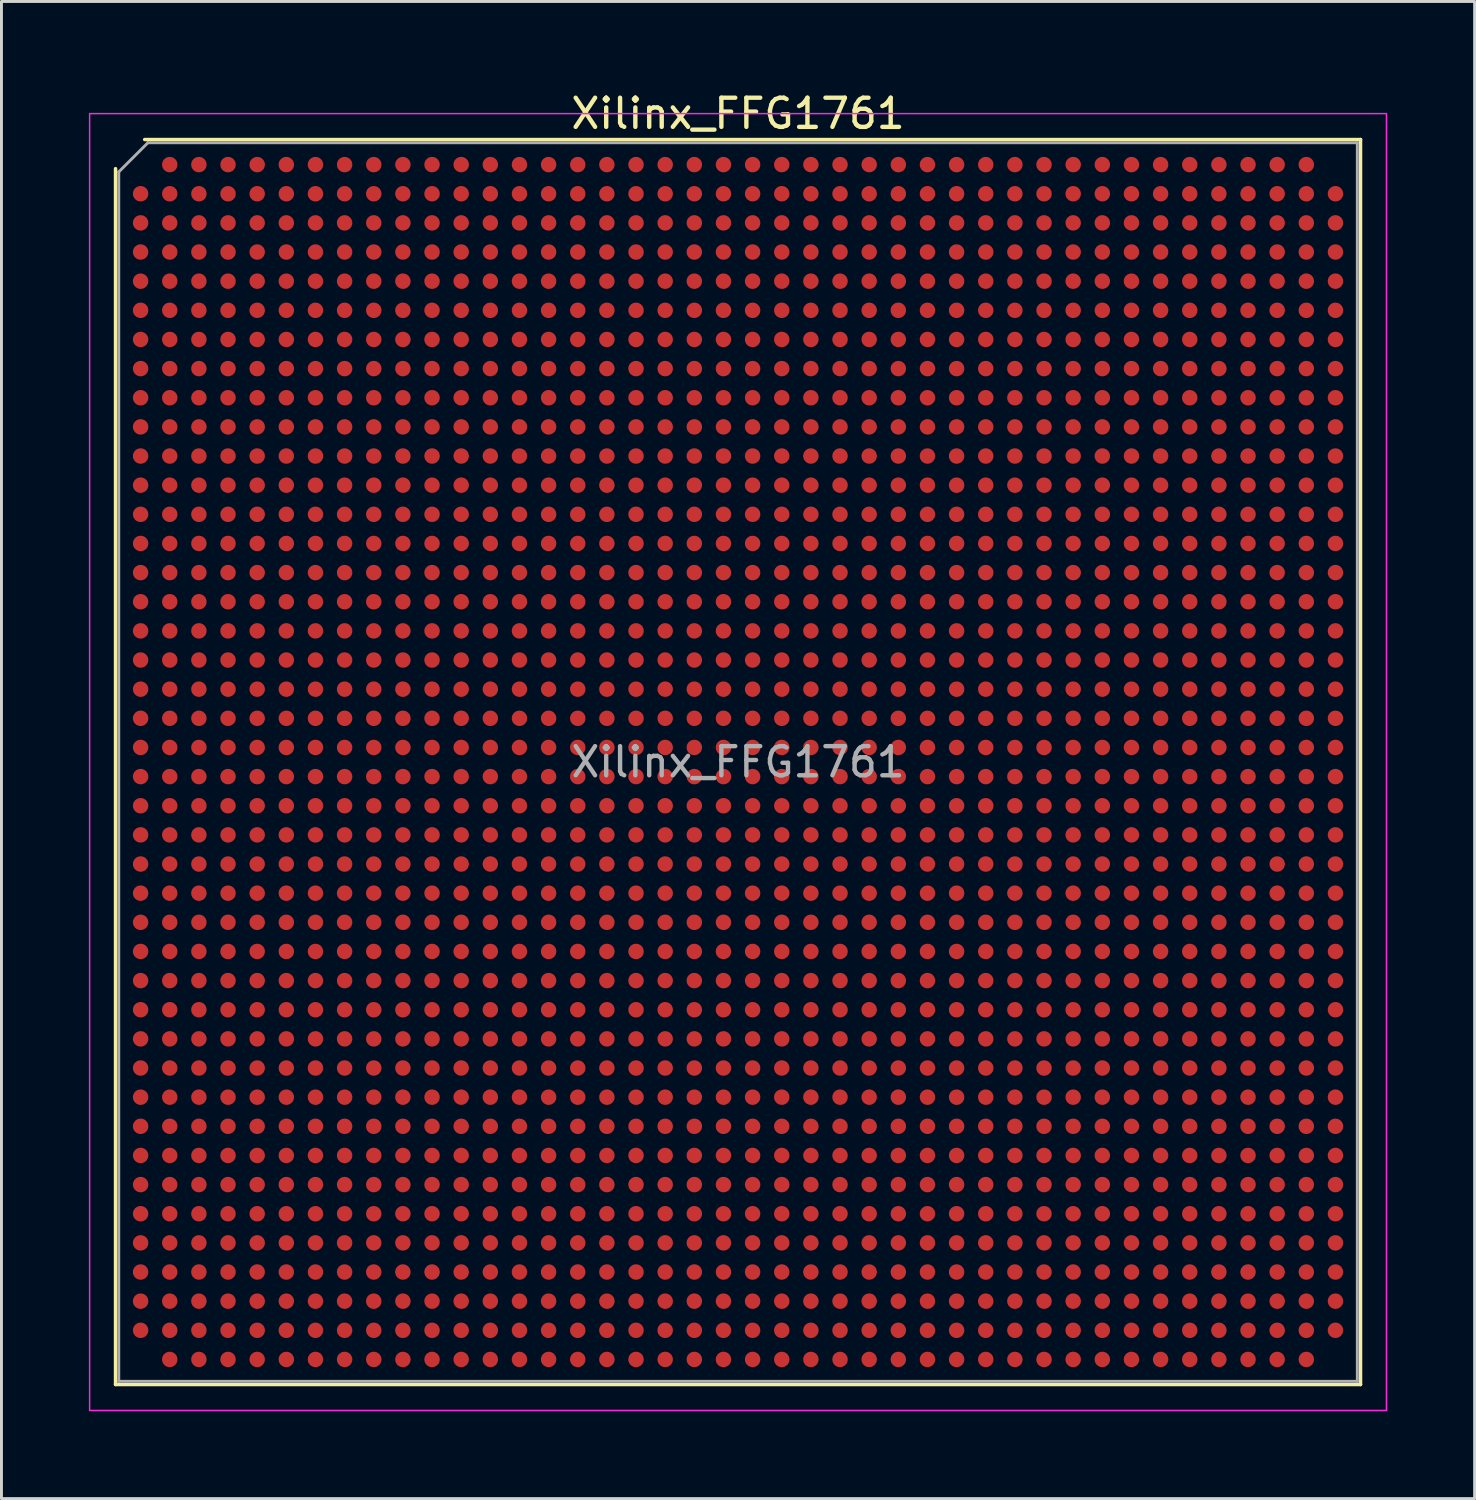
<source format=kicad_pcb>
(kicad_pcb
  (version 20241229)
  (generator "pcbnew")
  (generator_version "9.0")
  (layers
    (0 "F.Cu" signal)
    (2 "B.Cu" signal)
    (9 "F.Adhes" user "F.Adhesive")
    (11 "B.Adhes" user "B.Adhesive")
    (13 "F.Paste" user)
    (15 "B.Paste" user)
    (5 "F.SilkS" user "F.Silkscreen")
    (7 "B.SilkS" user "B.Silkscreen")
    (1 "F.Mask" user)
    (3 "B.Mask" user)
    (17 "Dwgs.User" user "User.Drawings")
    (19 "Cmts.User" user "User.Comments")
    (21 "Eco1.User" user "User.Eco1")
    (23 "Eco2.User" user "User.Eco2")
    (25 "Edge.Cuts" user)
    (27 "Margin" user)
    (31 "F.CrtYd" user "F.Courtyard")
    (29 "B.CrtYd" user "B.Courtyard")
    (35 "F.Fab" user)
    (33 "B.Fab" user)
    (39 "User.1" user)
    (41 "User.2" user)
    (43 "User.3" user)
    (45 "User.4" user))
  (footprint "Xilinx_FFG1761"
    (layer "F.Cu")
    (at 22.275 23.098)
    (property "Reference" "Xilinx_FFG1761" (at 0 -22.25 0) (layer "F.SilkS") (effects (font (size 1 1) (thickness 0.15))))
    (attr smd)
    (fp_line (start -21.36 21.36) (end -21.36 -20.36) (stroke (width 0.12) (type solid)) (layer "F.SilkS"))
    (fp_line (start -20.36 -21.36) (end 21.36 -21.36) (stroke (width 0.12) (type solid)) (layer "F.SilkS"))
    (fp_line (start 21.36 -21.36) (end 21.36 21.36) (stroke (width 0.12) (type solid)) (layer "F.SilkS"))
    (fp_line (start 21.36 21.36) (end -21.36 21.36) (stroke (width 0.12) (type solid)) (layer "F.SilkS"))
    (fp_line (start -22.25 -22.25) (end -22.25 22.25) (stroke (width 0.05) (type solid)) (layer "F.CrtYd"))
    (fp_line (start -22.25 22.25) (end 22.25 22.25) (stroke (width 0.05) (type solid)) (layer "F.CrtYd"))
    (fp_line (start 22.25 -22.25) (end -22.25 -22.25) (stroke (width 0.05) (type solid)) (layer "F.CrtYd"))
    (fp_line (start 22.25 22.25) (end 22.25 -22.25) (stroke (width 0.05) (type solid)) (layer "F.CrtYd"))
    (fp_line (start -21.25 -20.25) (end -20.25 -21.25) (stroke (width 0.1) (type solid)) (layer "F.Fab"))
    (fp_line (start -21.25 21.25) (end -21.25 -20.25) (stroke (width 0.1) (type solid)) (layer "F.Fab"))
    (fp_line (start -20.25 -21.25) (end 21.25 -21.25) (stroke (width 0.1) (type solid)) (layer "F.Fab"))
    (fp_line (start 21.25 -21.25) (end 21.25 21.25) (stroke (width 0.1) (type solid)) (layer "F.Fab"))
    (fp_line (start 21.25 21.25) (end -21.25 21.25) (stroke (width 0.1) (type solid)) (layer "F.Fab"))
    (fp_text user "${REFERENCE}" (at 0 0 0) (layer "F.Fab") (effects (font (size 1 1) (thickness 0.15))))
    (pad "A2" smd circle (at -19.5 -20.5) (size 0.53 0.53) (layers "F.Cu" "F.Mask" "F.Paste"))
    (pad "A3" smd circle (at -18.5 -20.5) (size 0.53 0.53) (layers "F.Cu" "F.Mask" "F.Paste"))
    (pad "A4" smd circle (at -17.5 -20.5) (size 0.53 0.53) (layers "F.Cu" "F.Mask" "F.Paste"))
    (pad "A5" smd circle (at -16.5 -20.5) (size 0.53 0.53) (layers "F.Cu" "F.Mask" "F.Paste"))
    (pad "A6" smd circle (at -15.5 -20.5) (size 0.53 0.53) (layers "F.Cu" "F.Mask" "F.Paste"))
    (pad "A7" smd circle (at -14.5 -20.5) (size 0.53 0.53) (layers "F.Cu" "F.Mask" "F.Paste"))
    (pad "A8" smd circle (at -13.5 -20.5) (size 0.53 0.53) (layers "F.Cu" "F.Mask" "F.Paste"))
    (pad "A9" smd circle (at -12.5 -20.5) (size 0.53 0.53) (layers "F.Cu" "F.Mask" "F.Paste"))
    (pad "A10" smd circle (at -11.5 -20.5) (size 0.53 0.53) (layers "F.Cu" "F.Mask" "F.Paste"))
    (pad "A11" smd circle (at -10.5 -20.5) (size 0.53 0.53) (layers "F.Cu" "F.Mask" "F.Paste"))
    (pad "A12" smd circle (at -9.5 -20.5) (size 0.53 0.53) (layers "F.Cu" "F.Mask" "F.Paste"))
    (pad "A13" smd circle (at -8.5 -20.5) (size 0.53 0.53) (layers "F.Cu" "F.Mask" "F.Paste"))
    (pad "A14" smd circle (at -7.5 -20.5) (size 0.53 0.53) (layers "F.Cu" "F.Mask" "F.Paste"))
    (pad "A15" smd circle (at -6.5 -20.5) (size 0.53 0.53) (layers "F.Cu" "F.Mask" "F.Paste"))
    (pad "A16" smd circle (at -5.5 -20.5) (size 0.53 0.53) (layers "F.Cu" "F.Mask" "F.Paste"))
    (pad "A17" smd circle (at -4.5 -20.5) (size 0.53 0.53) (layers "F.Cu" "F.Mask" "F.Paste"))
    (pad "A18" smd circle (at -3.5 -20.5) (size 0.53 0.53) (layers "F.Cu" "F.Mask" "F.Paste"))
    (pad "A19" smd circle (at -2.5 -20.5) (size 0.53 0.53) (layers "F.Cu" "F.Mask" "F.Paste"))
    (pad "A20" smd circle (at -1.5 -20.5) (size 0.53 0.53) (layers "F.Cu" "F.Mask" "F.Paste"))
    (pad "A21" smd circle (at -0.5 -20.5) (size 0.53 0.53) (layers "F.Cu" "F.Mask" "F.Paste"))
    (pad "A22" smd circle (at 0.5 -20.5) (size 0.53 0.53) (layers "F.Cu" "F.Mask" "F.Paste"))
    (pad "A23" smd circle (at 1.5 -20.5) (size 0.53 0.53) (layers "F.Cu" "F.Mask" "F.Paste"))
    (pad "A24" smd circle (at 2.5 -20.5) (size 0.53 0.53) (layers "F.Cu" "F.Mask" "F.Paste"))
    (pad "A25" smd circle (at 3.5 -20.5) (size 0.53 0.53) (layers "F.Cu" "F.Mask" "F.Paste"))
    (pad "A26" smd circle (at 4.5 -20.5) (size 0.53 0.53) (layers "F.Cu" "F.Mask" "F.Paste"))
    (pad "A27" smd circle (at 5.5 -20.5) (size 0.53 0.53) (layers "F.Cu" "F.Mask" "F.Paste"))
    (pad "A28" smd circle (at 6.5 -20.5) (size 0.53 0.53) (layers "F.Cu" "F.Mask" "F.Paste"))
    (pad "A29" smd circle (at 7.5 -20.5) (size 0.53 0.53) (layers "F.Cu" "F.Mask" "F.Paste"))
    (pad "A30" smd circle (at 8.5 -20.5) (size 0.53 0.53) (layers "F.Cu" "F.Mask" "F.Paste"))
    (pad "A31" smd circle (at 9.5 -20.5) (size 0.53 0.53) (layers "F.Cu" "F.Mask" "F.Paste"))
    (pad "A32" smd circle (at 10.5 -20.5) (size 0.53 0.53) (layers "F.Cu" "F.Mask" "F.Paste"))
    (pad "A33" smd circle (at 11.5 -20.5) (size 0.53 0.53) (layers "F.Cu" "F.Mask" "F.Paste"))
    (pad "A34" smd circle (at 12.5 -20.5) (size 0.53 0.53) (layers "F.Cu" "F.Mask" "F.Paste"))
    (pad "A35" smd circle (at 13.5 -20.5) (size 0.53 0.53) (layers "F.Cu" "F.Mask" "F.Paste"))
    (pad "A36" smd circle (at 14.5 -20.5) (size 0.53 0.53) (layers "F.Cu" "F.Mask" "F.Paste"))
    (pad "A37" smd circle (at 15.5 -20.5) (size 0.53 0.53) (layers "F.Cu" "F.Mask" "F.Paste"))
    (pad "A38" smd circle (at 16.5 -20.5) (size 0.53 0.53) (layers "F.Cu" "F.Mask" "F.Paste"))
    (pad "A39" smd circle (at 17.5 -20.5) (size 0.53 0.53) (layers "F.Cu" "F.Mask" "F.Paste"))
    (pad "A40" smd circle (at 18.5 -20.5) (size 0.53 0.53) (layers "F.Cu" "F.Mask" "F.Paste"))
    (pad "A41" smd circle (at 19.5 -20.5) (size 0.53 0.53) (layers "F.Cu" "F.Mask" "F.Paste"))
    (pad "AA1" smd circle (at -20.5 -0.5) (size 0.53 0.53) (layers "F.Cu" "F.Mask" "F.Paste"))
    (pad "AA2" smd circle (at -19.5 -0.5) (size 0.53 0.53) (layers "F.Cu" "F.Mask" "F.Paste"))
    (pad "AA3" smd circle (at -18.5 -0.5) (size 0.53 0.53) (layers "F.Cu" "F.Mask" "F.Paste"))
    (pad "AA4" smd circle (at -17.5 -0.5) (size 0.53 0.53) (layers "F.Cu" "F.Mask" "F.Paste"))
    (pad "AA5" smd circle (at -16.5 -0.5) (size 0.53 0.53) (layers "F.Cu" "F.Mask" "F.Paste"))
    (pad "AA6" smd circle (at -15.5 -0.5) (size 0.53 0.53) (layers "F.Cu" "F.Mask" "F.Paste"))
    (pad "AA7" smd circle (at -14.5 -0.5) (size 0.53 0.53) (layers "F.Cu" "F.Mask" "F.Paste"))
    (pad "AA8" smd circle (at -13.5 -0.5) (size 0.53 0.53) (layers "F.Cu" "F.Mask" "F.Paste"))
    (pad "AA9" smd circle (at -12.5 -0.5) (size 0.53 0.53) (layers "F.Cu" "F.Mask" "F.Paste"))
    (pad "AA10" smd circle (at -11.5 -0.5) (size 0.53 0.53) (layers "F.Cu" "F.Mask" "F.Paste"))
    (pad "AA11" smd circle (at -10.5 -0.5) (size 0.53 0.53) (layers "F.Cu" "F.Mask" "F.Paste"))
    (pad "AA12" smd circle (at -9.5 -0.5) (size 0.53 0.53) (layers "F.Cu" "F.Mask" "F.Paste"))
    (pad "AA13" smd circle (at -8.5 -0.5) (size 0.53 0.53) (layers "F.Cu" "F.Mask" "F.Paste"))
    (pad "AA14" smd circle (at -7.5 -0.5) (size 0.53 0.53) (layers "F.Cu" "F.Mask" "F.Paste"))
    (pad "AA15" smd circle (at -6.5 -0.5) (size 0.53 0.53) (layers "F.Cu" "F.Mask" "F.Paste"))
    (pad "AA16" smd circle (at -5.5 -0.5) (size 0.53 0.53) (layers "F.Cu" "F.Mask" "F.Paste"))
    (pad "AA17" smd circle (at -4.5 -0.5) (size 0.53 0.53) (layers "F.Cu" "F.Mask" "F.Paste"))
    (pad "AA18" smd circle (at -3.5 -0.5) (size 0.53 0.53) (layers "F.Cu" "F.Mask" "F.Paste"))
    (pad "AA19" smd circle (at -2.5 -0.5) (size 0.53 0.53) (layers "F.Cu" "F.Mask" "F.Paste"))
    (pad "AA20" smd circle (at -1.5 -0.5) (size 0.53 0.53) (layers "F.Cu" "F.Mask" "F.Paste"))
    (pad "AA21" smd circle (at -0.5 -0.5) (size 0.53 0.53) (layers "F.Cu" "F.Mask" "F.Paste"))
    (pad "AA22" smd circle (at 0.5 -0.5) (size 0.53 0.53) (layers "F.Cu" "F.Mask" "F.Paste"))
    (pad "AA23" smd circle (at 1.5 -0.5) (size 0.53 0.53) (layers "F.Cu" "F.Mask" "F.Paste"))
    (pad "AA24" smd circle (at 2.5 -0.5) (size 0.53 0.53) (layers "F.Cu" "F.Mask" "F.Paste"))
    (pad "AA25" smd circle (at 3.5 -0.5) (size 0.53 0.53) (layers "F.Cu" "F.Mask" "F.Paste"))
    (pad "AA26" smd circle (at 4.5 -0.5) (size 0.53 0.53) (layers "F.Cu" "F.Mask" "F.Paste"))
    (pad "AA27" smd circle (at 5.5 -0.5) (size 0.53 0.53) (layers "F.Cu" "F.Mask" "F.Paste"))
    (pad "AA28" smd circle (at 6.5 -0.5) (size 0.53 0.53) (layers "F.Cu" "F.Mask" "F.Paste"))
    (pad "AA29" smd circle (at 7.5 -0.5) (size 0.53 0.53) (layers "F.Cu" "F.Mask" "F.Paste"))
    (pad "AA30" smd circle (at 8.5 -0.5) (size 0.53 0.53) (layers "F.Cu" "F.Mask" "F.Paste"))
    (pad "AA31" smd circle (at 9.5 -0.5) (size 0.53 0.53) (layers "F.Cu" "F.Mask" "F.Paste"))
    (pad "AA32" smd circle (at 10.5 -0.5) (size 0.53 0.53) (layers "F.Cu" "F.Mask" "F.Paste"))
    (pad "AA33" smd circle (at 11.5 -0.5) (size 0.53 0.53) (layers "F.Cu" "F.Mask" "F.Paste"))
    (pad "AA34" smd circle (at 12.5 -0.5) (size 0.53 0.53) (layers "F.Cu" "F.Mask" "F.Paste"))
    (pad "AA35" smd circle (at 13.5 -0.5) (size 0.53 0.53) (layers "F.Cu" "F.Mask" "F.Paste"))
    (pad "AA36" smd circle (at 14.5 -0.5) (size 0.53 0.53) (layers "F.Cu" "F.Mask" "F.Paste"))
    (pad "AA37" smd circle (at 15.5 -0.5) (size 0.53 0.53) (layers "F.Cu" "F.Mask" "F.Paste"))
    (pad "AA38" smd circle (at 16.5 -0.5) (size 0.53 0.53) (layers "F.Cu" "F.Mask" "F.Paste"))
    (pad "AA39" smd circle (at 17.5 -0.5) (size 0.53 0.53) (layers "F.Cu" "F.Mask" "F.Paste"))
    (pad "AA40" smd circle (at 18.5 -0.5) (size 0.53 0.53) (layers "F.Cu" "F.Mask" "F.Paste"))
    (pad "AA41" smd circle (at 19.5 -0.5) (size 0.53 0.53) (layers "F.Cu" "F.Mask" "F.Paste"))
    (pad "AA42" smd circle (at 20.5 -0.5) (size 0.53 0.53) (layers "F.Cu" "F.Mask" "F.Paste"))
    (pad "AB1" smd circle (at -20.5 0.5) (size 0.53 0.53) (layers "F.Cu" "F.Mask" "F.Paste"))
    (pad "AB2" smd circle (at -19.5 0.5) (size 0.53 0.53) (layers "F.Cu" "F.Mask" "F.Paste"))
    (pad "AB3" smd circle (at -18.5 0.5) (size 0.53 0.53) (layers "F.Cu" "F.Mask" "F.Paste"))
    (pad "AB4" smd circle (at -17.5 0.5) (size 0.53 0.53) (layers "F.Cu" "F.Mask" "F.Paste"))
    (pad "AB5" smd circle (at -16.5 0.5) (size 0.53 0.53) (layers "F.Cu" "F.Mask" "F.Paste"))
    (pad "AB6" smd circle (at -15.5 0.5) (size 0.53 0.53) (layers "F.Cu" "F.Mask" "F.Paste"))
    (pad "AB7" smd circle (at -14.5 0.5) (size 0.53 0.53) (layers "F.Cu" "F.Mask" "F.Paste"))
    (pad "AB8" smd circle (at -13.5 0.5) (size 0.53 0.53) (layers "F.Cu" "F.Mask" "F.Paste"))
    (pad "AB9" smd circle (at -12.5 0.5) (size 0.53 0.53) (layers "F.Cu" "F.Mask" "F.Paste"))
    (pad "AB10" smd circle (at -11.5 0.5) (size 0.53 0.53) (layers "F.Cu" "F.Mask" "F.Paste"))
    (pad "AB11" smd circle (at -10.5 0.5) (size 0.53 0.53) (layers "F.Cu" "F.Mask" "F.Paste"))
    (pad "AB12" smd circle (at -9.5 0.5) (size 0.53 0.53) (layers "F.Cu" "F.Mask" "F.Paste"))
    (pad "AB13" smd circle (at -8.5 0.5) (size 0.53 0.53) (layers "F.Cu" "F.Mask" "F.Paste"))
    (pad "AB14" smd circle (at -7.5 0.5) (size 0.53 0.53) (layers "F.Cu" "F.Mask" "F.Paste"))
    (pad "AB15" smd circle (at -6.5 0.5) (size 0.53 0.53) (layers "F.Cu" "F.Mask" "F.Paste"))
    (pad "AB16" smd circle (at -5.5 0.5) (size 0.53 0.53) (layers "F.Cu" "F.Mask" "F.Paste"))
    (pad "AB17" smd circle (at -4.5 0.5) (size 0.53 0.53) (layers "F.Cu" "F.Mask" "F.Paste"))
    (pad "AB18" smd circle (at -3.5 0.5) (size 0.53 0.53) (layers "F.Cu" "F.Mask" "F.Paste"))
    (pad "AB19" smd circle (at -2.5 0.5) (size 0.53 0.53) (layers "F.Cu" "F.Mask" "F.Paste"))
    (pad "AB20" smd circle (at -1.5 0.5) (size 0.53 0.53) (layers "F.Cu" "F.Mask" "F.Paste"))
    (pad "AB21" smd circle (at -0.5 0.5) (size 0.53 0.53) (layers "F.Cu" "F.Mask" "F.Paste"))
    (pad "AB22" smd circle (at 0.5 0.5) (size 0.53 0.53) (layers "F.Cu" "F.Mask" "F.Paste"))
    (pad "AB23" smd circle (at 1.5 0.5) (size 0.53 0.53) (layers "F.Cu" "F.Mask" "F.Paste"))
    (pad "AB24" smd circle (at 2.5 0.5) (size 0.53 0.53) (layers "F.Cu" "F.Mask" "F.Paste"))
    (pad "AB25" smd circle (at 3.5 0.5) (size 0.53 0.53) (layers "F.Cu" "F.Mask" "F.Paste"))
    (pad "AB26" smd circle (at 4.5 0.5) (size 0.53 0.53) (layers "F.Cu" "F.Mask" "F.Paste"))
    (pad "AB27" smd circle (at 5.5 0.5) (size 0.53 0.53) (layers "F.Cu" "F.Mask" "F.Paste"))
    (pad "AB28" smd circle (at 6.5 0.5) (size 0.53 0.53) (layers "F.Cu" "F.Mask" "F.Paste"))
    (pad "AB29" smd circle (at 7.5 0.5) (size 0.53 0.53) (layers "F.Cu" "F.Mask" "F.Paste"))
    (pad "AB30" smd circle (at 8.5 0.5) (size 0.53 0.53) (layers "F.Cu" "F.Mask" "F.Paste"))
    (pad "AB31" smd circle (at 9.5 0.5) (size 0.53 0.53) (layers "F.Cu" "F.Mask" "F.Paste"))
    (pad "AB32" smd circle (at 10.5 0.5) (size 0.53 0.53) (layers "F.Cu" "F.Mask" "F.Paste"))
    (pad "AB33" smd circle (at 11.5 0.5) (size 0.53 0.53) (layers "F.Cu" "F.Mask" "F.Paste"))
    (pad "AB34" smd circle (at 12.5 0.5) (size 0.53 0.53) (layers "F.Cu" "F.Mask" "F.Paste"))
    (pad "AB35" smd circle (at 13.5 0.5) (size 0.53 0.53) (layers "F.Cu" "F.Mask" "F.Paste"))
    (pad "AB36" smd circle (at 14.5 0.5) (size 0.53 0.53) (layers "F.Cu" "F.Mask" "F.Paste"))
    (pad "AB37" smd circle (at 15.5 0.5) (size 0.53 0.53) (layers "F.Cu" "F.Mask" "F.Paste"))
    (pad "AB38" smd circle (at 16.5 0.5) (size 0.53 0.53) (layers "F.Cu" "F.Mask" "F.Paste"))
    (pad "AB39" smd circle (at 17.5 0.5) (size 0.53 0.53) (layers "F.Cu" "F.Mask" "F.Paste"))
    (pad "AB40" smd circle (at 18.5 0.5) (size 0.53 0.53) (layers "F.Cu" "F.Mask" "F.Paste"))
    (pad "AB41" smd circle (at 19.5 0.5) (size 0.53 0.53) (layers "F.Cu" "F.Mask" "F.Paste"))
    (pad "AB42" smd circle (at 20.5 0.5) (size 0.53 0.53) (layers "F.Cu" "F.Mask" "F.Paste"))
    (pad "AC1" smd circle (at -20.5 1.5) (size 0.53 0.53) (layers "F.Cu" "F.Mask" "F.Paste"))
    (pad "AC2" smd circle (at -19.5 1.5) (size 0.53 0.53) (layers "F.Cu" "F.Mask" "F.Paste"))
    (pad "AC3" smd circle (at -18.5 1.5) (size 0.53 0.53) (layers "F.Cu" "F.Mask" "F.Paste"))
    (pad "AC4" smd circle (at -17.5 1.5) (size 0.53 0.53) (layers "F.Cu" "F.Mask" "F.Paste"))
    (pad "AC5" smd circle (at -16.5 1.5) (size 0.53 0.53) (layers "F.Cu" "F.Mask" "F.Paste"))
    (pad "AC6" smd circle (at -15.5 1.5) (size 0.53 0.53) (layers "F.Cu" "F.Mask" "F.Paste"))
    (pad "AC7" smd circle (at -14.5 1.5) (size 0.53 0.53) (layers "F.Cu" "F.Mask" "F.Paste"))
    (pad "AC8" smd circle (at -13.5 1.5) (size 0.53 0.53) (layers "F.Cu" "F.Mask" "F.Paste"))
    (pad "AC9" smd circle (at -12.5 1.5) (size 0.53 0.53) (layers "F.Cu" "F.Mask" "F.Paste"))
    (pad "AC10" smd circle (at -11.5 1.5) (size 0.53 0.53) (layers "F.Cu" "F.Mask" "F.Paste"))
    (pad "AC11" smd circle (at -10.5 1.5) (size 0.53 0.53) (layers "F.Cu" "F.Mask" "F.Paste"))
    (pad "AC12" smd circle (at -9.5 1.5) (size 0.53 0.53) (layers "F.Cu" "F.Mask" "F.Paste"))
    (pad "AC13" smd circle (at -8.5 1.5) (size 0.53 0.53) (layers "F.Cu" "F.Mask" "F.Paste"))
    (pad "AC14" smd circle (at -7.5 1.5) (size 0.53 0.53) (layers "F.Cu" "F.Mask" "F.Paste"))
    (pad "AC15" smd circle (at -6.5 1.5) (size 0.53 0.53) (layers "F.Cu" "F.Mask" "F.Paste"))
    (pad "AC16" smd circle (at -5.5 1.5) (size 0.53 0.53) (layers "F.Cu" "F.Mask" "F.Paste"))
    (pad "AC17" smd circle (at -4.5 1.5) (size 0.53 0.53) (layers "F.Cu" "F.Mask" "F.Paste"))
    (pad "AC18" smd circle (at -3.5 1.5) (size 0.53 0.53) (layers "F.Cu" "F.Mask" "F.Paste"))
    (pad "AC19" smd circle (at -2.5 1.5) (size 0.53 0.53) (layers "F.Cu" "F.Mask" "F.Paste"))
    (pad "AC20" smd circle (at -1.5 1.5) (size 0.53 0.53) (layers "F.Cu" "F.Mask" "F.Paste"))
    (pad "AC21" smd circle (at -0.5 1.5) (size 0.53 0.53) (layers "F.Cu" "F.Mask" "F.Paste"))
    (pad "AC22" smd circle (at 0.5 1.5) (size 0.53 0.53) (layers "F.Cu" "F.Mask" "F.Paste"))
    (pad "AC23" smd circle (at 1.5 1.5) (size 0.53 0.53) (layers "F.Cu" "F.Mask" "F.Paste"))
    (pad "AC24" smd circle (at 2.5 1.5) (size 0.53 0.53) (layers "F.Cu" "F.Mask" "F.Paste"))
    (pad "AC25" smd circle (at 3.5 1.5) (size 0.53 0.53) (layers "F.Cu" "F.Mask" "F.Paste"))
    (pad "AC26" smd circle (at 4.5 1.5) (size 0.53 0.53) (layers "F.Cu" "F.Mask" "F.Paste"))
    (pad "AC27" smd circle (at 5.5 1.5) (size 0.53 0.53) (layers "F.Cu" "F.Mask" "F.Paste"))
    (pad "AC28" smd circle (at 6.5 1.5) (size 0.53 0.53) (layers "F.Cu" "F.Mask" "F.Paste"))
    (pad "AC29" smd circle (at 7.5 1.5) (size 0.53 0.53) (layers "F.Cu" "F.Mask" "F.Paste"))
    (pad "AC30" smd circle (at 8.5 1.5) (size 0.53 0.53) (layers "F.Cu" "F.Mask" "F.Paste"))
    (pad "AC31" smd circle (at 9.5 1.5) (size 0.53 0.53) (layers "F.Cu" "F.Mask" "F.Paste"))
    (pad "AC32" smd circle (at 10.5 1.5) (size 0.53 0.53) (layers "F.Cu" "F.Mask" "F.Paste"))
    (pad "AC33" smd circle (at 11.5 1.5) (size 0.53 0.53) (layers "F.Cu" "F.Mask" "F.Paste"))
    (pad "AC34" smd circle (at 12.5 1.5) (size 0.53 0.53) (layers "F.Cu" "F.Mask" "F.Paste"))
    (pad "AC35" smd circle (at 13.5 1.5) (size 0.53 0.53) (layers "F.Cu" "F.Mask" "F.Paste"))
    (pad "AC36" smd circle (at 14.5 1.5) (size 0.53 0.53) (layers "F.Cu" "F.Mask" "F.Paste"))
    (pad "AC37" smd circle (at 15.5 1.5) (size 0.53 0.53) (layers "F.Cu" "F.Mask" "F.Paste"))
    (pad "AC38" smd circle (at 16.5 1.5) (size 0.53 0.53) (layers "F.Cu" "F.Mask" "F.Paste"))
    (pad "AC39" smd circle (at 17.5 1.5) (size 0.53 0.53) (layers "F.Cu" "F.Mask" "F.Paste"))
    (pad "AC40" smd circle (at 18.5 1.5) (size 0.53 0.53) (layers "F.Cu" "F.Mask" "F.Paste"))
    (pad "AC41" smd circle (at 19.5 1.5) (size 0.53 0.53) (layers "F.Cu" "F.Mask" "F.Paste"))
    (pad "AC42" smd circle (at 20.5 1.5) (size 0.53 0.53) (layers "F.Cu" "F.Mask" "F.Paste"))
    (pad "AD1" smd circle (at -20.5 2.5) (size 0.53 0.53) (layers "F.Cu" "F.Mask" "F.Paste"))
    (pad "AD2" smd circle (at -19.5 2.5) (size 0.53 0.53) (layers "F.Cu" "F.Mask" "F.Paste"))
    (pad "AD3" smd circle (at -18.5 2.5) (size 0.53 0.53) (layers "F.Cu" "F.Mask" "F.Paste"))
    (pad "AD4" smd circle (at -17.5 2.5) (size 0.53 0.53) (layers "F.Cu" "F.Mask" "F.Paste"))
    (pad "AD5" smd circle (at -16.5 2.5) (size 0.53 0.53) (layers "F.Cu" "F.Mask" "F.Paste"))
    (pad "AD6" smd circle (at -15.5 2.5) (size 0.53 0.53) (layers "F.Cu" "F.Mask" "F.Paste"))
    (pad "AD7" smd circle (at -14.5 2.5) (size 0.53 0.53) (layers "F.Cu" "F.Mask" "F.Paste"))
    (pad "AD8" smd circle (at -13.5 2.5) (size 0.53 0.53) (layers "F.Cu" "F.Mask" "F.Paste"))
    (pad "AD9" smd circle (at -12.5 2.5) (size 0.53 0.53) (layers "F.Cu" "F.Mask" "F.Paste"))
    (pad "AD10" smd circle (at -11.5 2.5) (size 0.53 0.53) (layers "F.Cu" "F.Mask" "F.Paste"))
    (pad "AD11" smd circle (at -10.5 2.5) (size 0.53 0.53) (layers "F.Cu" "F.Mask" "F.Paste"))
    (pad "AD12" smd circle (at -9.5 2.5) (size 0.53 0.53) (layers "F.Cu" "F.Mask" "F.Paste"))
    (pad "AD13" smd circle (at -8.5 2.5) (size 0.53 0.53) (layers "F.Cu" "F.Mask" "F.Paste"))
    (pad "AD14" smd circle (at -7.5 2.5) (size 0.53 0.53) (layers "F.Cu" "F.Mask" "F.Paste"))
    (pad "AD15" smd circle (at -6.5 2.5) (size 0.53 0.53) (layers "F.Cu" "F.Mask" "F.Paste"))
    (pad "AD16" smd circle (at -5.5 2.5) (size 0.53 0.53) (layers "F.Cu" "F.Mask" "F.Paste"))
    (pad "AD17" smd circle (at -4.5 2.5) (size 0.53 0.53) (layers "F.Cu" "F.Mask" "F.Paste"))
    (pad "AD18" smd circle (at -3.5 2.5) (size 0.53 0.53) (layers "F.Cu" "F.Mask" "F.Paste"))
    (pad "AD19" smd circle (at -2.5 2.5) (size 0.53 0.53) (layers "F.Cu" "F.Mask" "F.Paste"))
    (pad "AD20" smd circle (at -1.5 2.5) (size 0.53 0.53) (layers "F.Cu" "F.Mask" "F.Paste"))
    (pad "AD21" smd circle (at -0.5 2.5) (size 0.53 0.53) (layers "F.Cu" "F.Mask" "F.Paste"))
    (pad "AD22" smd circle (at 0.5 2.5) (size 0.53 0.53) (layers "F.Cu" "F.Mask" "F.Paste"))
    (pad "AD23" smd circle (at 1.5 2.5) (size 0.53 0.53) (layers "F.Cu" "F.Mask" "F.Paste"))
    (pad "AD24" smd circle (at 2.5 2.5) (size 0.53 0.53) (layers "F.Cu" "F.Mask" "F.Paste"))
    (pad "AD25" smd circle (at 3.5 2.5) (size 0.53 0.53) (layers "F.Cu" "F.Mask" "F.Paste"))
    (pad "AD26" smd circle (at 4.5 2.5) (size 0.53 0.53) (layers "F.Cu" "F.Mask" "F.Paste"))
    (pad "AD27" smd circle (at 5.5 2.5) (size 0.53 0.53) (layers "F.Cu" "F.Mask" "F.Paste"))
    (pad "AD28" smd circle (at 6.5 2.5) (size 0.53 0.53) (layers "F.Cu" "F.Mask" "F.Paste"))
    (pad "AD29" smd circle (at 7.5 2.5) (size 0.53 0.53) (layers "F.Cu" "F.Mask" "F.Paste"))
    (pad "AD30" smd circle (at 8.5 2.5) (size 0.53 0.53) (layers "F.Cu" "F.Mask" "F.Paste"))
    (pad "AD31" smd circle (at 9.5 2.5) (size 0.53 0.53) (layers "F.Cu" "F.Mask" "F.Paste"))
    (pad "AD32" smd circle (at 10.5 2.5) (size 0.53 0.53) (layers "F.Cu" "F.Mask" "F.Paste"))
    (pad "AD33" smd circle (at 11.5 2.5) (size 0.53 0.53) (layers "F.Cu" "F.Mask" "F.Paste"))
    (pad "AD34" smd circle (at 12.5 2.5) (size 0.53 0.53) (layers "F.Cu" "F.Mask" "F.Paste"))
    (pad "AD35" smd circle (at 13.5 2.5) (size 0.53 0.53) (layers "F.Cu" "F.Mask" "F.Paste"))
    (pad "AD36" smd circle (at 14.5 2.5) (size 0.53 0.53) (layers "F.Cu" "F.Mask" "F.Paste"))
    (pad "AD37" smd circle (at 15.5 2.5) (size 0.53 0.53) (layers "F.Cu" "F.Mask" "F.Paste"))
    (pad "AD38" smd circle (at 16.5 2.5) (size 0.53 0.53) (layers "F.Cu" "F.Mask" "F.Paste"))
    (pad "AD39" smd circle (at 17.5 2.5) (size 0.53 0.53) (layers "F.Cu" "F.Mask" "F.Paste"))
    (pad "AD40" smd circle (at 18.5 2.5) (size 0.53 0.53) (layers "F.Cu" "F.Mask" "F.Paste"))
    (pad "AD41" smd circle (at 19.5 2.5) (size 0.53 0.53) (layers "F.Cu" "F.Mask" "F.Paste"))
    (pad "AD42" smd circle (at 20.5 2.5) (size 0.53 0.53) (layers "F.Cu" "F.Mask" "F.Paste"))
    (pad "AE1" smd circle (at -20.5 3.5) (size 0.53 0.53) (layers "F.Cu" "F.Mask" "F.Paste"))
    (pad "AE2" smd circle (at -19.5 3.5) (size 0.53 0.53) (layers "F.Cu" "F.Mask" "F.Paste"))
    (pad "AE3" smd circle (at -18.5 3.5) (size 0.53 0.53) (layers "F.Cu" "F.Mask" "F.Paste"))
    (pad "AE4" smd circle (at -17.5 3.5) (size 0.53 0.53) (layers "F.Cu" "F.Mask" "F.Paste"))
    (pad "AE5" smd circle (at -16.5 3.5) (size 0.53 0.53) (layers "F.Cu" "F.Mask" "F.Paste"))
    (pad "AE6" smd circle (at -15.5 3.5) (size 0.53 0.53) (layers "F.Cu" "F.Mask" "F.Paste"))
    (pad "AE7" smd circle (at -14.5 3.5) (size 0.53 0.53) (layers "F.Cu" "F.Mask" "F.Paste"))
    (pad "AE8" smd circle (at -13.5 3.5) (size 0.53 0.53) (layers "F.Cu" "F.Mask" "F.Paste"))
    (pad "AE9" smd circle (at -12.5 3.5) (size 0.53 0.53) (layers "F.Cu" "F.Mask" "F.Paste"))
    (pad "AE10" smd circle (at -11.5 3.5) (size 0.53 0.53) (layers "F.Cu" "F.Mask" "F.Paste"))
    (pad "AE11" smd circle (at -10.5 3.5) (size 0.53 0.53) (layers "F.Cu" "F.Mask" "F.Paste"))
    (pad "AE12" smd circle (at -9.5 3.5) (size 0.53 0.53) (layers "F.Cu" "F.Mask" "F.Paste"))
    (pad "AE13" smd circle (at -8.5 3.5) (size 0.53 0.53) (layers "F.Cu" "F.Mask" "F.Paste"))
    (pad "AE14" smd circle (at -7.5 3.5) (size 0.53 0.53) (layers "F.Cu" "F.Mask" "F.Paste"))
    (pad "AE15" smd circle (at -6.5 3.5) (size 0.53 0.53) (layers "F.Cu" "F.Mask" "F.Paste"))
    (pad "AE16" smd circle (at -5.5 3.5) (size 0.53 0.53) (layers "F.Cu" "F.Mask" "F.Paste"))
    (pad "AE17" smd circle (at -4.5 3.5) (size 0.53 0.53) (layers "F.Cu" "F.Mask" "F.Paste"))
    (pad "AE18" smd circle (at -3.5 3.5) (size 0.53 0.53) (layers "F.Cu" "F.Mask" "F.Paste"))
    (pad "AE19" smd circle (at -2.5 3.5) (size 0.53 0.53) (layers "F.Cu" "F.Mask" "F.Paste"))
    (pad "AE20" smd circle (at -1.5 3.5) (size 0.53 0.53) (layers "F.Cu" "F.Mask" "F.Paste"))
    (pad "AE21" smd circle (at -0.5 3.5) (size 0.53 0.53) (layers "F.Cu" "F.Mask" "F.Paste"))
    (pad "AE22" smd circle (at 0.5 3.5) (size 0.53 0.53) (layers "F.Cu" "F.Mask" "F.Paste"))
    (pad "AE23" smd circle (at 1.5 3.5) (size 0.53 0.53) (layers "F.Cu" "F.Mask" "F.Paste"))
    (pad "AE24" smd circle (at 2.5 3.5) (size 0.53 0.53) (layers "F.Cu" "F.Mask" "F.Paste"))
    (pad "AE25" smd circle (at 3.5 3.5) (size 0.53 0.53) (layers "F.Cu" "F.Mask" "F.Paste"))
    (pad "AE26" smd circle (at 4.5 3.5) (size 0.53 0.53) (layers "F.Cu" "F.Mask" "F.Paste"))
    (pad "AE27" smd circle (at 5.5 3.5) (size 0.53 0.53) (layers "F.Cu" "F.Mask" "F.Paste"))
    (pad "AE28" smd circle (at 6.5 3.5) (size 0.53 0.53) (layers "F.Cu" "F.Mask" "F.Paste"))
    (pad "AE29" smd circle (at 7.5 3.5) (size 0.53 0.53) (layers "F.Cu" "F.Mask" "F.Paste"))
    (pad "AE30" smd circle (at 8.5 3.5) (size 0.53 0.53) (layers "F.Cu" "F.Mask" "F.Paste"))
    (pad "AE31" smd circle (at 9.5 3.5) (size 0.53 0.53) (layers "F.Cu" "F.Mask" "F.Paste"))
    (pad "AE32" smd circle (at 10.5 3.5) (size 0.53 0.53) (layers "F.Cu" "F.Mask" "F.Paste"))
    (pad "AE33" smd circle (at 11.5 3.5) (size 0.53 0.53) (layers "F.Cu" "F.Mask" "F.Paste"))
    (pad "AE34" smd circle (at 12.5 3.5) (size 0.53 0.53) (layers "F.Cu" "F.Mask" "F.Paste"))
    (pad "AE35" smd circle (at 13.5 3.5) (size 0.53 0.53) (layers "F.Cu" "F.Mask" "F.Paste"))
    (pad "AE36" smd circle (at 14.5 3.5) (size 0.53 0.53) (layers "F.Cu" "F.Mask" "F.Paste"))
    (pad "AE37" smd circle (at 15.5 3.5) (size 0.53 0.53) (layers "F.Cu" "F.Mask" "F.Paste"))
    (pad "AE38" smd circle (at 16.5 3.5) (size 0.53 0.53) (layers "F.Cu" "F.Mask" "F.Paste"))
    (pad "AE39" smd circle (at 17.5 3.5) (size 0.53 0.53) (layers "F.Cu" "F.Mask" "F.Paste"))
    (pad "AE40" smd circle (at 18.5 3.5) (size 0.53 0.53) (layers "F.Cu" "F.Mask" "F.Paste"))
    (pad "AE41" smd circle (at 19.5 3.5) (size 0.53 0.53) (layers "F.Cu" "F.Mask" "F.Paste"))
    (pad "AE42" smd circle (at 20.5 3.5) (size 0.53 0.53) (layers "F.Cu" "F.Mask" "F.Paste"))
    (pad "AF1" smd circle (at -20.5 4.5) (size 0.53 0.53) (layers "F.Cu" "F.Mask" "F.Paste"))
    (pad "AF2" smd circle (at -19.5 4.5) (size 0.53 0.53) (layers "F.Cu" "F.Mask" "F.Paste"))
    (pad "AF3" smd circle (at -18.5 4.5) (size 0.53 0.53) (layers "F.Cu" "F.Mask" "F.Paste"))
    (pad "AF4" smd circle (at -17.5 4.5) (size 0.53 0.53) (layers "F.Cu" "F.Mask" "F.Paste"))
    (pad "AF5" smd circle (at -16.5 4.5) (size 0.53 0.53) (layers "F.Cu" "F.Mask" "F.Paste"))
    (pad "AF6" smd circle (at -15.5 4.5) (size 0.53 0.53) (layers "F.Cu" "F.Mask" "F.Paste"))
    (pad "AF7" smd circle (at -14.5 4.5) (size 0.53 0.53) (layers "F.Cu" "F.Mask" "F.Paste"))
    (pad "AF8" smd circle (at -13.5 4.5) (size 0.53 0.53) (layers "F.Cu" "F.Mask" "F.Paste"))
    (pad "AF9" smd circle (at -12.5 4.5) (size 0.53 0.53) (layers "F.Cu" "F.Mask" "F.Paste"))
    (pad "AF10" smd circle (at -11.5 4.5) (size 0.53 0.53) (layers "F.Cu" "F.Mask" "F.Paste"))
    (pad "AF11" smd circle (at -10.5 4.5) (size 0.53 0.53) (layers "F.Cu" "F.Mask" "F.Paste"))
    (pad "AF12" smd circle (at -9.5 4.5) (size 0.53 0.53) (layers "F.Cu" "F.Mask" "F.Paste"))
    (pad "AF13" smd circle (at -8.5 4.5) (size 0.53 0.53) (layers "F.Cu" "F.Mask" "F.Paste"))
    (pad "AF14" smd circle (at -7.5 4.5) (size 0.53 0.53) (layers "F.Cu" "F.Mask" "F.Paste"))
    (pad "AF15" smd circle (at -6.5 4.5) (size 0.53 0.53) (layers "F.Cu" "F.Mask" "F.Paste"))
    (pad "AF16" smd circle (at -5.5 4.5) (size 0.53 0.53) (layers "F.Cu" "F.Mask" "F.Paste"))
    (pad "AF17" smd circle (at -4.5 4.5) (size 0.53 0.53) (layers "F.Cu" "F.Mask" "F.Paste"))
    (pad "AF18" smd circle (at -3.5 4.5) (size 0.53 0.53) (layers "F.Cu" "F.Mask" "F.Paste"))
    (pad "AF19" smd circle (at -2.5 4.5) (size 0.53 0.53) (layers "F.Cu" "F.Mask" "F.Paste"))
    (pad "AF20" smd circle (at -1.5 4.5) (size 0.53 0.53) (layers "F.Cu" "F.Mask" "F.Paste"))
    (pad "AF21" smd circle (at -0.5 4.5) (size 0.53 0.53) (layers "F.Cu" "F.Mask" "F.Paste"))
    (pad "AF22" smd circle (at 0.5 4.5) (size 0.53 0.53) (layers "F.Cu" "F.Mask" "F.Paste"))
    (pad "AF23" smd circle (at 1.5 4.5) (size 0.53 0.53) (layers "F.Cu" "F.Mask" "F.Paste"))
    (pad "AF24" smd circle (at 2.5 4.5) (size 0.53 0.53) (layers "F.Cu" "F.Mask" "F.Paste"))
    (pad "AF25" smd circle (at 3.5 4.5) (size 0.53 0.53) (layers "F.Cu" "F.Mask" "F.Paste"))
    (pad "AF26" smd circle (at 4.5 4.5) (size 0.53 0.53) (layers "F.Cu" "F.Mask" "F.Paste"))
    (pad "AF27" smd circle (at 5.5 4.5) (size 0.53 0.53) (layers "F.Cu" "F.Mask" "F.Paste"))
    (pad "AF28" smd circle (at 6.5 4.5) (size 0.53 0.53) (layers "F.Cu" "F.Mask" "F.Paste"))
    (pad "AF29" smd circle (at 7.5 4.5) (size 0.53 0.53) (layers "F.Cu" "F.Mask" "F.Paste"))
    (pad "AF30" smd circle (at 8.5 4.5) (size 0.53 0.53) (layers "F.Cu" "F.Mask" "F.Paste"))
    (pad "AF31" smd circle (at 9.5 4.5) (size 0.53 0.53) (layers "F.Cu" "F.Mask" "F.Paste"))
    (pad "AF32" smd circle (at 10.5 4.5) (size 0.53 0.53) (layers "F.Cu" "F.Mask" "F.Paste"))
    (pad "AF33" smd circle (at 11.5 4.5) (size 0.53 0.53) (layers "F.Cu" "F.Mask" "F.Paste"))
    (pad "AF34" smd circle (at 12.5 4.5) (size 0.53 0.53) (layers "F.Cu" "F.Mask" "F.Paste"))
    (pad "AF35" smd circle (at 13.5 4.5) (size 0.53 0.53) (layers "F.Cu" "F.Mask" "F.Paste"))
    (pad "AF36" smd circle (at 14.5 4.5) (size 0.53 0.53) (layers "F.Cu" "F.Mask" "F.Paste"))
    (pad "AF37" smd circle (at 15.5 4.5) (size 0.53 0.53) (layers "F.Cu" "F.Mask" "F.Paste"))
    (pad "AF38" smd circle (at 16.5 4.5) (size 0.53 0.53) (layers "F.Cu" "F.Mask" "F.Paste"))
    (pad "AF39" smd circle (at 17.5 4.5) (size 0.53 0.53) (layers "F.Cu" "F.Mask" "F.Paste"))
    (pad "AF40" smd circle (at 18.5 4.5) (size 0.53 0.53) (layers "F.Cu" "F.Mask" "F.Paste"))
    (pad "AF41" smd circle (at 19.5 4.5) (size 0.53 0.53) (layers "F.Cu" "F.Mask" "F.Paste"))
    (pad "AF42" smd circle (at 20.5 4.5) (size 0.53 0.53) (layers "F.Cu" "F.Mask" "F.Paste"))
    (pad "AG1" smd circle (at -20.5 5.5) (size 0.53 0.53) (layers "F.Cu" "F.Mask" "F.Paste"))
    (pad "AG2" smd circle (at -19.5 5.5) (size 0.53 0.53) (layers "F.Cu" "F.Mask" "F.Paste"))
    (pad "AG3" smd circle (at -18.5 5.5) (size 0.53 0.53) (layers "F.Cu" "F.Mask" "F.Paste"))
    (pad "AG4" smd circle (at -17.5 5.5) (size 0.53 0.53) (layers "F.Cu" "F.Mask" "F.Paste"))
    (pad "AG5" smd circle (at -16.5 5.5) (size 0.53 0.53) (layers "F.Cu" "F.Mask" "F.Paste"))
    (pad "AG6" smd circle (at -15.5 5.5) (size 0.53 0.53) (layers "F.Cu" "F.Mask" "F.Paste"))
    (pad "AG7" smd circle (at -14.5 5.5) (size 0.53 0.53) (layers "F.Cu" "F.Mask" "F.Paste"))
    (pad "AG8" smd circle (at -13.5 5.5) (size 0.53 0.53) (layers "F.Cu" "F.Mask" "F.Paste"))
    (pad "AG9" smd circle (at -12.5 5.5) (size 0.53 0.53) (layers "F.Cu" "F.Mask" "F.Paste"))
    (pad "AG10" smd circle (at -11.5 5.5) (size 0.53 0.53) (layers "F.Cu" "F.Mask" "F.Paste"))
    (pad "AG11" smd circle (at -10.5 5.5) (size 0.53 0.53) (layers "F.Cu" "F.Mask" "F.Paste"))
    (pad "AG12" smd circle (at -9.5 5.5) (size 0.53 0.53) (layers "F.Cu" "F.Mask" "F.Paste"))
    (pad "AG13" smd circle (at -8.5 5.5) (size 0.53 0.53) (layers "F.Cu" "F.Mask" "F.Paste"))
    (pad "AG14" smd circle (at -7.5 5.5) (size 0.53 0.53) (layers "F.Cu" "F.Mask" "F.Paste"))
    (pad "AG15" smd circle (at -6.5 5.5) (size 0.53 0.53) (layers "F.Cu" "F.Mask" "F.Paste"))
    (pad "AG16" smd circle (at -5.5 5.5) (size 0.53 0.53) (layers "F.Cu" "F.Mask" "F.Paste"))
    (pad "AG17" smd circle (at -4.5 5.5) (size 0.53 0.53) (layers "F.Cu" "F.Mask" "F.Paste"))
    (pad "AG18" smd circle (at -3.5 5.5) (size 0.53 0.53) (layers "F.Cu" "F.Mask" "F.Paste"))
    (pad "AG19" smd circle (at -2.5 5.5) (size 0.53 0.53) (layers "F.Cu" "F.Mask" "F.Paste"))
    (pad "AG20" smd circle (at -1.5 5.5) (size 0.53 0.53) (layers "F.Cu" "F.Mask" "F.Paste"))
    (pad "AG21" smd circle (at -0.5 5.5) (size 0.53 0.53) (layers "F.Cu" "F.Mask" "F.Paste"))
    (pad "AG22" smd circle (at 0.5 5.5) (size 0.53 0.53) (layers "F.Cu" "F.Mask" "F.Paste"))
    (pad "AG23" smd circle (at 1.5 5.5) (size 0.53 0.53) (layers "F.Cu" "F.Mask" "F.Paste"))
    (pad "AG24" smd circle (at 2.5 5.5) (size 0.53 0.53) (layers "F.Cu" "F.Mask" "F.Paste"))
    (pad "AG25" smd circle (at 3.5 5.5) (size 0.53 0.53) (layers "F.Cu" "F.Mask" "F.Paste"))
    (pad "AG26" smd circle (at 4.5 5.5) (size 0.53 0.53) (layers "F.Cu" "F.Mask" "F.Paste"))
    (pad "AG27" smd circle (at 5.5 5.5) (size 0.53 0.53) (layers "F.Cu" "F.Mask" "F.Paste"))
    (pad "AG28" smd circle (at 6.5 5.5) (size 0.53 0.53) (layers "F.Cu" "F.Mask" "F.Paste"))
    (pad "AG29" smd circle (at 7.5 5.5) (size 0.53 0.53) (layers "F.Cu" "F.Mask" "F.Paste"))
    (pad "AG30" smd circle (at 8.5 5.5) (size 0.53 0.53) (layers "F.Cu" "F.Mask" "F.Paste"))
    (pad "AG31" smd circle (at 9.5 5.5) (size 0.53 0.53) (layers "F.Cu" "F.Mask" "F.Paste"))
    (pad "AG32" smd circle (at 10.5 5.5) (size 0.53 0.53) (layers "F.Cu" "F.Mask" "F.Paste"))
    (pad "AG33" smd circle (at 11.5 5.5) (size 0.53 0.53) (layers "F.Cu" "F.Mask" "F.Paste"))
    (pad "AG34" smd circle (at 12.5 5.5) (size 0.53 0.53) (layers "F.Cu" "F.Mask" "F.Paste"))
    (pad "AG35" smd circle (at 13.5 5.5) (size 0.53 0.53) (layers "F.Cu" "F.Mask" "F.Paste"))
    (pad "AG36" smd circle (at 14.5 5.5) (size 0.53 0.53) (layers "F.Cu" "F.Mask" "F.Paste"))
    (pad "AG37" smd circle (at 15.5 5.5) (size 0.53 0.53) (layers "F.Cu" "F.Mask" "F.Paste"))
    (pad "AG38" smd circle (at 16.5 5.5) (size 0.53 0.53) (layers "F.Cu" "F.Mask" "F.Paste"))
    (pad "AG39" smd circle (at 17.5 5.5) (size 0.53 0.53) (layers "F.Cu" "F.Mask" "F.Paste"))
    (pad "AG40" smd circle (at 18.5 5.5) (size 0.53 0.53) (layers "F.Cu" "F.Mask" "F.Paste"))
    (pad "AG41" smd circle (at 19.5 5.5) (size 0.53 0.53) (layers "F.Cu" "F.Mask" "F.Paste"))
    (pad "AG42" smd circle (at 20.5 5.5) (size 0.53 0.53) (layers "F.Cu" "F.Mask" "F.Paste"))
    (pad "AH1" smd circle (at -20.5 6.5) (size 0.53 0.53) (layers "F.Cu" "F.Mask" "F.Paste"))
    (pad "AH2" smd circle (at -19.5 6.5) (size 0.53 0.53) (layers "F.Cu" "F.Mask" "F.Paste"))
    (pad "AH3" smd circle (at -18.5 6.5) (size 0.53 0.53) (layers "F.Cu" "F.Mask" "F.Paste"))
    (pad "AH4" smd circle (at -17.5 6.5) (size 0.53 0.53) (layers "F.Cu" "F.Mask" "F.Paste"))
    (pad "AH5" smd circle (at -16.5 6.5) (size 0.53 0.53) (layers "F.Cu" "F.Mask" "F.Paste"))
    (pad "AH6" smd circle (at -15.5 6.5) (size 0.53 0.53) (layers "F.Cu" "F.Mask" "F.Paste"))
    (pad "AH7" smd circle (at -14.5 6.5) (size 0.53 0.53) (layers "F.Cu" "F.Mask" "F.Paste"))
    (pad "AH8" smd circle (at -13.5 6.5) (size 0.53 0.53) (layers "F.Cu" "F.Mask" "F.Paste"))
    (pad "AH9" smd circle (at -12.5 6.5) (size 0.53 0.53) (layers "F.Cu" "F.Mask" "F.Paste"))
    (pad "AH10" smd circle (at -11.5 6.5) (size 0.53 0.53) (layers "F.Cu" "F.Mask" "F.Paste"))
    (pad "AH11" smd circle (at -10.5 6.5) (size 0.53 0.53) (layers "F.Cu" "F.Mask" "F.Paste"))
    (pad "AH12" smd circle (at -9.5 6.5) (size 0.53 0.53) (layers "F.Cu" "F.Mask" "F.Paste"))
    (pad "AH13" smd circle (at -8.5 6.5) (size 0.53 0.53) (layers "F.Cu" "F.Mask" "F.Paste"))
    (pad "AH14" smd circle (at -7.5 6.5) (size 0.53 0.53) (layers "F.Cu" "F.Mask" "F.Paste"))
    (pad "AH15" smd circle (at -6.5 6.5) (size 0.53 0.53) (layers "F.Cu" "F.Mask" "F.Paste"))
    (pad "AH16" smd circle (at -5.5 6.5) (size 0.53 0.53) (layers "F.Cu" "F.Mask" "F.Paste"))
    (pad "AH17" smd circle (at -4.5 6.5) (size 0.53 0.53) (layers "F.Cu" "F.Mask" "F.Paste"))
    (pad "AH18" smd circle (at -3.5 6.5) (size 0.53 0.53) (layers "F.Cu" "F.Mask" "F.Paste"))
    (pad "AH19" smd circle (at -2.5 6.5) (size 0.53 0.53) (layers "F.Cu" "F.Mask" "F.Paste"))
    (pad "AH20" smd circle (at -1.5 6.5) (size 0.53 0.53) (layers "F.Cu" "F.Mask" "F.Paste"))
    (pad "AH21" smd circle (at -0.5 6.5) (size 0.53 0.53) (layers "F.Cu" "F.Mask" "F.Paste"))
    (pad "AH22" smd circle (at 0.5 6.5) (size 0.53 0.53) (layers "F.Cu" "F.Mask" "F.Paste"))
    (pad "AH23" smd circle (at 1.5 6.5) (size 0.53 0.53) (layers "F.Cu" "F.Mask" "F.Paste"))
    (pad "AH24" smd circle (at 2.5 6.5) (size 0.53 0.53) (layers "F.Cu" "F.Mask" "F.Paste"))
    (pad "AH25" smd circle (at 3.5 6.5) (size 0.53 0.53) (layers "F.Cu" "F.Mask" "F.Paste"))
    (pad "AH26" smd circle (at 4.5 6.5) (size 0.53 0.53) (layers "F.Cu" "F.Mask" "F.Paste"))
    (pad "AH27" smd circle (at 5.5 6.5) (size 0.53 0.53) (layers "F.Cu" "F.Mask" "F.Paste"))
    (pad "AH28" smd circle (at 6.5 6.5) (size 0.53 0.53) (layers "F.Cu" "F.Mask" "F.Paste"))
    (pad "AH29" smd circle (at 7.5 6.5) (size 0.53 0.53) (layers "F.Cu" "F.Mask" "F.Paste"))
    (pad "AH30" smd circle (at 8.5 6.5) (size 0.53 0.53) (layers "F.Cu" "F.Mask" "F.Paste"))
    (pad "AH31" smd circle (at 9.5 6.5) (size 0.53 0.53) (layers "F.Cu" "F.Mask" "F.Paste"))
    (pad "AH32" smd circle (at 10.5 6.5) (size 0.53 0.53) (layers "F.Cu" "F.Mask" "F.Paste"))
    (pad "AH33" smd circle (at 11.5 6.5) (size 0.53 0.53) (layers "F.Cu" "F.Mask" "F.Paste"))
    (pad "AH34" smd circle (at 12.5 6.5) (size 0.53 0.53) (layers "F.Cu" "F.Mask" "F.Paste"))
    (pad "AH35" smd circle (at 13.5 6.5) (size 0.53 0.53) (layers "F.Cu" "F.Mask" "F.Paste"))
    (pad "AH36" smd circle (at 14.5 6.5) (size 0.53 0.53) (layers "F.Cu" "F.Mask" "F.Paste"))
    (pad "AH37" smd circle (at 15.5 6.5) (size 0.53 0.53) (layers "F.Cu" "F.Mask" "F.Paste"))
    (pad "AH38" smd circle (at 16.5 6.5) (size 0.53 0.53) (layers "F.Cu" "F.Mask" "F.Paste"))
    (pad "AH39" smd circle (at 17.5 6.5) (size 0.53 0.53) (layers "F.Cu" "F.Mask" "F.Paste"))
    (pad "AH40" smd circle (at 18.5 6.5) (size 0.53 0.53) (layers "F.Cu" "F.Mask" "F.Paste"))
    (pad "AH41" smd circle (at 19.5 6.5) (size 0.53 0.53) (layers "F.Cu" "F.Mask" "F.Paste"))
    (pad "AH42" smd circle (at 20.5 6.5) (size 0.53 0.53) (layers "F.Cu" "F.Mask" "F.Paste"))
    (pad "AJ1" smd circle (at -20.5 7.5) (size 0.53 0.53) (layers "F.Cu" "F.Mask" "F.Paste"))
    (pad "AJ2" smd circle (at -19.5 7.5) (size 0.53 0.53) (layers "F.Cu" "F.Mask" "F.Paste"))
    (pad "AJ3" smd circle (at -18.5 7.5) (size 0.53 0.53) (layers "F.Cu" "F.Mask" "F.Paste"))
    (pad "AJ4" smd circle (at -17.5 7.5) (size 0.53 0.53) (layers "F.Cu" "F.Mask" "F.Paste"))
    (pad "AJ5" smd circle (at -16.5 7.5) (size 0.53 0.53) (layers "F.Cu" "F.Mask" "F.Paste"))
    (pad "AJ6" smd circle (at -15.5 7.5) (size 0.53 0.53) (layers "F.Cu" "F.Mask" "F.Paste"))
    (pad "AJ7" smd circle (at -14.5 7.5) (size 0.53 0.53) (layers "F.Cu" "F.Mask" "F.Paste"))
    (pad "AJ8" smd circle (at -13.5 7.5) (size 0.53 0.53) (layers "F.Cu" "F.Mask" "F.Paste"))
    (pad "AJ9" smd circle (at -12.5 7.5) (size 0.53 0.53) (layers "F.Cu" "F.Mask" "F.Paste"))
    (pad "AJ10" smd circle (at -11.5 7.5) (size 0.53 0.53) (layers "F.Cu" "F.Mask" "F.Paste"))
    (pad "AJ11" smd circle (at -10.5 7.5) (size 0.53 0.53) (layers "F.Cu" "F.Mask" "F.Paste"))
    (pad "AJ12" smd circle (at -9.5 7.5) (size 0.53 0.53) (layers "F.Cu" "F.Mask" "F.Paste"))
    (pad "AJ13" smd circle (at -8.5 7.5) (size 0.53 0.53) (layers "F.Cu" "F.Mask" "F.Paste"))
    (pad "AJ14" smd circle (at -7.5 7.5) (size 0.53 0.53) (layers "F.Cu" "F.Mask" "F.Paste"))
    (pad "AJ15" smd circle (at -6.5 7.5) (size 0.53 0.53) (layers "F.Cu" "F.Mask" "F.Paste"))
    (pad "AJ16" smd circle (at -5.5 7.5) (size 0.53 0.53) (layers "F.Cu" "F.Mask" "F.Paste"))
    (pad "AJ17" smd circle (at -4.5 7.5) (size 0.53 0.53) (layers "F.Cu" "F.Mask" "F.Paste"))
    (pad "AJ18" smd circle (at -3.5 7.5) (size 0.53 0.53) (layers "F.Cu" "F.Mask" "F.Paste"))
    (pad "AJ19" smd circle (at -2.5 7.5) (size 0.53 0.53) (layers "F.Cu" "F.Mask" "F.Paste"))
    (pad "AJ20" smd circle (at -1.5 7.5) (size 0.53 0.53) (layers "F.Cu" "F.Mask" "F.Paste"))
    (pad "AJ21" smd circle (at -0.5 7.5) (size 0.53 0.53) (layers "F.Cu" "F.Mask" "F.Paste"))
    (pad "AJ22" smd circle (at 0.5 7.5) (size 0.53 0.53) (layers "F.Cu" "F.Mask" "F.Paste"))
    (pad "AJ23" smd circle (at 1.5 7.5) (size 0.53 0.53) (layers "F.Cu" "F.Mask" "F.Paste"))
    (pad "AJ24" smd circle (at 2.5 7.5) (size 0.53 0.53) (layers "F.Cu" "F.Mask" "F.Paste"))
    (pad "AJ25" smd circle (at 3.5 7.5) (size 0.53 0.53) (layers "F.Cu" "F.Mask" "F.Paste"))
    (pad "AJ26" smd circle (at 4.5 7.5) (size 0.53 0.53) (layers "F.Cu" "F.Mask" "F.Paste"))
    (pad "AJ27" smd circle (at 5.5 7.5) (size 0.53 0.53) (layers "F.Cu" "F.Mask" "F.Paste"))
    (pad "AJ28" smd circle (at 6.5 7.5) (size 0.53 0.53) (layers "F.Cu" "F.Mask" "F.Paste"))
    (pad "AJ29" smd circle (at 7.5 7.5) (size 0.53 0.53) (layers "F.Cu" "F.Mask" "F.Paste"))
    (pad "AJ30" smd circle (at 8.5 7.5) (size 0.53 0.53) (layers "F.Cu" "F.Mask" "F.Paste"))
    (pad "AJ31" smd circle (at 9.5 7.5) (size 0.53 0.53) (layers "F.Cu" "F.Mask" "F.Paste"))
    (pad "AJ32" smd circle (at 10.5 7.5) (size 0.53 0.53) (layers "F.Cu" "F.Mask" "F.Paste"))
    (pad "AJ33" smd circle (at 11.5 7.5) (size 0.53 0.53) (layers "F.Cu" "F.Mask" "F.Paste"))
    (pad "AJ34" smd circle (at 12.5 7.5) (size 0.53 0.53) (layers "F.Cu" "F.Mask" "F.Paste"))
    (pad "AJ35" smd circle (at 13.5 7.5) (size 0.53 0.53) (layers "F.Cu" "F.Mask" "F.Paste"))
    (pad "AJ36" smd circle (at 14.5 7.5) (size 0.53 0.53) (layers "F.Cu" "F.Mask" "F.Paste"))
    (pad "AJ37" smd circle (at 15.5 7.5) (size 0.53 0.53) (layers "F.Cu" "F.Mask" "F.Paste"))
    (pad "AJ38" smd circle (at 16.5 7.5) (size 0.53 0.53) (layers "F.Cu" "F.Mask" "F.Paste"))
    (pad "AJ39" smd circle (at 17.5 7.5) (size 0.53 0.53) (layers "F.Cu" "F.Mask" "F.Paste"))
    (pad "AJ40" smd circle (at 18.5 7.5) (size 0.53 0.53) (layers "F.Cu" "F.Mask" "F.Paste"))
    (pad "AJ41" smd circle (at 19.5 7.5) (size 0.53 0.53) (layers "F.Cu" "F.Mask" "F.Paste"))
    (pad "AJ42" smd circle (at 20.5 7.5) (size 0.53 0.53) (layers "F.Cu" "F.Mask" "F.Paste"))
    (pad "AK1" smd circle (at -20.5 8.5) (size 0.53 0.53) (layers "F.Cu" "F.Mask" "F.Paste"))
    (pad "AK2" smd circle (at -19.5 8.5) (size 0.53 0.53) (layers "F.Cu" "F.Mask" "F.Paste"))
    (pad "AK3" smd circle (at -18.5 8.5) (size 0.53 0.53) (layers "F.Cu" "F.Mask" "F.Paste"))
    (pad "AK4" smd circle (at -17.5 8.5) (size 0.53 0.53) (layers "F.Cu" "F.Mask" "F.Paste"))
    (pad "AK5" smd circle (at -16.5 8.5) (size 0.53 0.53) (layers "F.Cu" "F.Mask" "F.Paste"))
    (pad "AK6" smd circle (at -15.5 8.5) (size 0.53 0.53) (layers "F.Cu" "F.Mask" "F.Paste"))
    (pad "AK7" smd circle (at -14.5 8.5) (size 0.53 0.53) (layers "F.Cu" "F.Mask" "F.Paste"))
    (pad "AK8" smd circle (at -13.5 8.5) (size 0.53 0.53) (layers "F.Cu" "F.Mask" "F.Paste"))
    (pad "AK9" smd circle (at -12.5 8.5) (size 0.53 0.53) (layers "F.Cu" "F.Mask" "F.Paste"))
    (pad "AK10" smd circle (at -11.5 8.5) (size 0.53 0.53) (layers "F.Cu" "F.Mask" "F.Paste"))
    (pad "AK11" smd circle (at -10.5 8.5) (size 0.53 0.53) (layers "F.Cu" "F.Mask" "F.Paste"))
    (pad "AK12" smd circle (at -9.5 8.5) (size 0.53 0.53) (layers "F.Cu" "F.Mask" "F.Paste"))
    (pad "AK13" smd circle (at -8.5 8.5) (size 0.53 0.53) (layers "F.Cu" "F.Mask" "F.Paste"))
    (pad "AK14" smd circle (at -7.5 8.5) (size 0.53 0.53) (layers "F.Cu" "F.Mask" "F.Paste"))
    (pad "AK15" smd circle (at -6.5 8.5) (size 0.53 0.53) (layers "F.Cu" "F.Mask" "F.Paste"))
    (pad "AK16" smd circle (at -5.5 8.5) (size 0.53 0.53) (layers "F.Cu" "F.Mask" "F.Paste"))
    (pad "AK17" smd circle (at -4.5 8.5) (size 0.53 0.53) (layers "F.Cu" "F.Mask" "F.Paste"))
    (pad "AK18" smd circle (at -3.5 8.5) (size 0.53 0.53) (layers "F.Cu" "F.Mask" "F.Paste"))
    (pad "AK19" smd circle (at -2.5 8.5) (size 0.53 0.53) (layers "F.Cu" "F.Mask" "F.Paste"))
    (pad "AK20" smd circle (at -1.5 8.5) (size 0.53 0.53) (layers "F.Cu" "F.Mask" "F.Paste"))
    (pad "AK21" smd circle (at -0.5 8.5) (size 0.53 0.53) (layers "F.Cu" "F.Mask" "F.Paste"))
    (pad "AK22" smd circle (at 0.5 8.5) (size 0.53 0.53) (layers "F.Cu" "F.Mask" "F.Paste"))
    (pad "AK23" smd circle (at 1.5 8.5) (size 0.53 0.53) (layers "F.Cu" "F.Mask" "F.Paste"))
    (pad "AK24" smd circle (at 2.5 8.5) (size 0.53 0.53) (layers "F.Cu" "F.Mask" "F.Paste"))
    (pad "AK25" smd circle (at 3.5 8.5) (size 0.53 0.53) (layers "F.Cu" "F.Mask" "F.Paste"))
    (pad "AK26" smd circle (at 4.5 8.5) (size 0.53 0.53) (layers "F.Cu" "F.Mask" "F.Paste"))
    (pad "AK27" smd circle (at 5.5 8.5) (size 0.53 0.53) (layers "F.Cu" "F.Mask" "F.Paste"))
    (pad "AK28" smd circle (at 6.5 8.5) (size 0.53 0.53) (layers "F.Cu" "F.Mask" "F.Paste"))
    (pad "AK29" smd circle (at 7.5 8.5) (size 0.53 0.53) (layers "F.Cu" "F.Mask" "F.Paste"))
    (pad "AK30" smd circle (at 8.5 8.5) (size 0.53 0.53) (layers "F.Cu" "F.Mask" "F.Paste"))
    (pad "AK31" smd circle (at 9.5 8.5) (size 0.53 0.53) (layers "F.Cu" "F.Mask" "F.Paste"))
    (pad "AK32" smd circle (at 10.5 8.5) (size 0.53 0.53) (layers "F.Cu" "F.Mask" "F.Paste"))
    (pad "AK33" smd circle (at 11.5 8.5) (size 0.53 0.53) (layers "F.Cu" "F.Mask" "F.Paste"))
    (pad "AK34" smd circle (at 12.5 8.5) (size 0.53 0.53) (layers "F.Cu" "F.Mask" "F.Paste"))
    (pad "AK35" smd circle (at 13.5 8.5) (size 0.53 0.53) (layers "F.Cu" "F.Mask" "F.Paste"))
    (pad "AK36" smd circle (at 14.5 8.5) (size 0.53 0.53) (layers "F.Cu" "F.Mask" "F.Paste"))
    (pad "AK37" smd circle (at 15.5 8.5) (size 0.53 0.53) (layers "F.Cu" "F.Mask" "F.Paste"))
    (pad "AK38" smd circle (at 16.5 8.5) (size 0.53 0.53) (layers "F.Cu" "F.Mask" "F.Paste"))
    (pad "AK39" smd circle (at 17.5 8.5) (size 0.53 0.53) (layers "F.Cu" "F.Mask" "F.Paste"))
    (pad "AK40" smd circle (at 18.5 8.5) (size 0.53 0.53) (layers "F.Cu" "F.Mask" "F.Paste"))
    (pad "AK41" smd circle (at 19.5 8.5) (size 0.53 0.53) (layers "F.Cu" "F.Mask" "F.Paste"))
    (pad "AK42" smd circle (at 20.5 8.5) (size 0.53 0.53) (layers "F.Cu" "F.Mask" "F.Paste"))
    (pad "AL1" smd circle (at -20.5 9.5) (size 0.53 0.53) (layers "F.Cu" "F.Mask" "F.Paste"))
    (pad "AL2" smd circle (at -19.5 9.5) (size 0.53 0.53) (layers "F.Cu" "F.Mask" "F.Paste"))
    (pad "AL3" smd circle (at -18.5 9.5) (size 0.53 0.53) (layers "F.Cu" "F.Mask" "F.Paste"))
    (pad "AL4" smd circle (at -17.5 9.5) (size 0.53 0.53) (layers "F.Cu" "F.Mask" "F.Paste"))
    (pad "AL5" smd circle (at -16.5 9.5) (size 0.53 0.53) (layers "F.Cu" "F.Mask" "F.Paste"))
    (pad "AL6" smd circle (at -15.5 9.5) (size 0.53 0.53) (layers "F.Cu" "F.Mask" "F.Paste"))
    (pad "AL7" smd circle (at -14.5 9.5) (size 0.53 0.53) (layers "F.Cu" "F.Mask" "F.Paste"))
    (pad "AL8" smd circle (at -13.5 9.5) (size 0.53 0.53) (layers "F.Cu" "F.Mask" "F.Paste"))
    (pad "AL9" smd circle (at -12.5 9.5) (size 0.53 0.53) (layers "F.Cu" "F.Mask" "F.Paste"))
    (pad "AL10" smd circle (at -11.5 9.5) (size 0.53 0.53) (layers "F.Cu" "F.Mask" "F.Paste"))
    (pad "AL11" smd circle (at -10.5 9.5) (size 0.53 0.53) (layers "F.Cu" "F.Mask" "F.Paste"))
    (pad "AL12" smd circle (at -9.5 9.5) (size 0.53 0.53) (layers "F.Cu" "F.Mask" "F.Paste"))
    (pad "AL13" smd circle (at -8.5 9.5) (size 0.53 0.53) (layers "F.Cu" "F.Mask" "F.Paste"))
    (pad "AL14" smd circle (at -7.5 9.5) (size 0.53 0.53) (layers "F.Cu" "F.Mask" "F.Paste"))
    (pad "AL15" smd circle (at -6.5 9.5) (size 0.53 0.53) (layers "F.Cu" "F.Mask" "F.Paste"))
    (pad "AL16" smd circle (at -5.5 9.5) (size 0.53 0.53) (layers "F.Cu" "F.Mask" "F.Paste"))
    (pad "AL17" smd circle (at -4.5 9.5) (size 0.53 0.53) (layers "F.Cu" "F.Mask" "F.Paste"))
    (pad "AL18" smd circle (at -3.5 9.5) (size 0.53 0.53) (layers "F.Cu" "F.Mask" "F.Paste"))
    (pad "AL19" smd circle (at -2.5 9.5) (size 0.53 0.53) (layers "F.Cu" "F.Mask" "F.Paste"))
    (pad "AL20" smd circle (at -1.5 9.5) (size 0.53 0.53) (layers "F.Cu" "F.Mask" "F.Paste"))
    (pad "AL21" smd circle (at -0.5 9.5) (size 0.53 0.53) (layers "F.Cu" "F.Mask" "F.Paste"))
    (pad "AL22" smd circle (at 0.5 9.5) (size 0.53 0.53) (layers "F.Cu" "F.Mask" "F.Paste"))
    (pad "AL23" smd circle (at 1.5 9.5) (size 0.53 0.53) (layers "F.Cu" "F.Mask" "F.Paste"))
    (pad "AL24" smd circle (at 2.5 9.5) (size 0.53 0.53) (layers "F.Cu" "F.Mask" "F.Paste"))
    (pad "AL25" smd circle (at 3.5 9.5) (size 0.53 0.53) (layers "F.Cu" "F.Mask" "F.Paste"))
    (pad "AL26" smd circle (at 4.5 9.5) (size 0.53 0.53) (layers "F.Cu" "F.Mask" "F.Paste"))
    (pad "AL27" smd circle (at 5.5 9.5) (size 0.53 0.53) (layers "F.Cu" "F.Mask" "F.Paste"))
    (pad "AL28" smd circle (at 6.5 9.5) (size 0.53 0.53) (layers "F.Cu" "F.Mask" "F.Paste"))
    (pad "AL29" smd circle (at 7.5 9.5) (size 0.53 0.53) (layers "F.Cu" "F.Mask" "F.Paste"))
    (pad "AL30" smd circle (at 8.5 9.5) (size 0.53 0.53) (layers "F.Cu" "F.Mask" "F.Paste"))
    (pad "AL31" smd circle (at 9.5 9.5) (size 0.53 0.53) (layers "F.Cu" "F.Mask" "F.Paste"))
    (pad "AL32" smd circle (at 10.5 9.5) (size 0.53 0.53) (layers "F.Cu" "F.Mask" "F.Paste"))
    (pad "AL33" smd circle (at 11.5 9.5) (size 0.53 0.53) (layers "F.Cu" "F.Mask" "F.Paste"))
    (pad "AL34" smd circle (at 12.5 9.5) (size 0.53 0.53) (layers "F.Cu" "F.Mask" "F.Paste"))
    (pad "AL35" smd circle (at 13.5 9.5) (size 0.53 0.53) (layers "F.Cu" "F.Mask" "F.Paste"))
    (pad "AL36" smd circle (at 14.5 9.5) (size 0.53 0.53) (layers "F.Cu" "F.Mask" "F.Paste"))
    (pad "AL37" smd circle (at 15.5 9.5) (size 0.53 0.53) (layers "F.Cu" "F.Mask" "F.Paste"))
    (pad "AL38" smd circle (at 16.5 9.5) (size 0.53 0.53) (layers "F.Cu" "F.Mask" "F.Paste"))
    (pad "AL39" smd circle (at 17.5 9.5) (size 0.53 0.53) (layers "F.Cu" "F.Mask" "F.Paste"))
    (pad "AL40" smd circle (at 18.5 9.5) (size 0.53 0.53) (layers "F.Cu" "F.Mask" "F.Paste"))
    (pad "AL41" smd circle (at 19.5 9.5) (size 0.53 0.53) (layers "F.Cu" "F.Mask" "F.Paste"))
    (pad "AL42" smd circle (at 20.5 9.5) (size 0.53 0.53) (layers "F.Cu" "F.Mask" "F.Paste"))
    (pad "AM1" smd circle (at -20.5 10.5) (size 0.53 0.53) (layers "F.Cu" "F.Mask" "F.Paste"))
    (pad "AM2" smd circle (at -19.5 10.5) (size 0.53 0.53) (layers "F.Cu" "F.Mask" "F.Paste"))
    (pad "AM3" smd circle (at -18.5 10.5) (size 0.53 0.53) (layers "F.Cu" "F.Mask" "F.Paste"))
    (pad "AM4" smd circle (at -17.5 10.5) (size 0.53 0.53) (layers "F.Cu" "F.Mask" "F.Paste"))
    (pad "AM5" smd circle (at -16.5 10.5) (size 0.53 0.53) (layers "F.Cu" "F.Mask" "F.Paste"))
    (pad "AM6" smd circle (at -15.5 10.5) (size 0.53 0.53) (layers "F.Cu" "F.Mask" "F.Paste"))
    (pad "AM7" smd circle (at -14.5 10.5) (size 0.53 0.53) (layers "F.Cu" "F.Mask" "F.Paste"))
    (pad "AM8" smd circle (at -13.5 10.5) (size 0.53 0.53) (layers "F.Cu" "F.Mask" "F.Paste"))
    (pad "AM9" smd circle (at -12.5 10.5) (size 0.53 0.53) (layers "F.Cu" "F.Mask" "F.Paste"))
    (pad "AM10" smd circle (at -11.5 10.5) (size 0.53 0.53) (layers "F.Cu" "F.Mask" "F.Paste"))
    (pad "AM11" smd circle (at -10.5 10.5) (size 0.53 0.53) (layers "F.Cu" "F.Mask" "F.Paste"))
    (pad "AM12" smd circle (at -9.5 10.5) (size 0.53 0.53) (layers "F.Cu" "F.Mask" "F.Paste"))
    (pad "AM13" smd circle (at -8.5 10.5) (size 0.53 0.53) (layers "F.Cu" "F.Mask" "F.Paste"))
    (pad "AM14" smd circle (at -7.5 10.5) (size 0.53 0.53) (layers "F.Cu" "F.Mask" "F.Paste"))
    (pad "AM15" smd circle (at -6.5 10.5) (size 0.53 0.53) (layers "F.Cu" "F.Mask" "F.Paste"))
    (pad "AM16" smd circle (at -5.5 10.5) (size 0.53 0.53) (layers "F.Cu" "F.Mask" "F.Paste"))
    (pad "AM17" smd circle (at -4.5 10.5) (size 0.53 0.53) (layers "F.Cu" "F.Mask" "F.Paste"))
    (pad "AM18" smd circle (at -3.5 10.5) (size 0.53 0.53) (layers "F.Cu" "F.Mask" "F.Paste"))
    (pad "AM19" smd circle (at -2.5 10.5) (size 0.53 0.53) (layers "F.Cu" "F.Mask" "F.Paste"))
    (pad "AM20" smd circle (at -1.5 10.5) (size 0.53 0.53) (layers "F.Cu" "F.Mask" "F.Paste"))
    (pad "AM21" smd circle (at -0.5 10.5) (size 0.53 0.53) (layers "F.Cu" "F.Mask" "F.Paste"))
    (pad "AM22" smd circle (at 0.5 10.5) (size 0.53 0.53) (layers "F.Cu" "F.Mask" "F.Paste"))
    (pad "AM23" smd circle (at 1.5 10.5) (size 0.53 0.53) (layers "F.Cu" "F.Mask" "F.Paste"))
    (pad "AM24" smd circle (at 2.5 10.5) (size 0.53 0.53) (layers "F.Cu" "F.Mask" "F.Paste"))
    (pad "AM25" smd circle (at 3.5 10.5) (size 0.53 0.53) (layers "F.Cu" "F.Mask" "F.Paste"))
    (pad "AM26" smd circle (at 4.5 10.5) (size 0.53 0.53) (layers "F.Cu" "F.Mask" "F.Paste"))
    (pad "AM27" smd circle (at 5.5 10.5) (size 0.53 0.53) (layers "F.Cu" "F.Mask" "F.Paste"))
    (pad "AM28" smd circle (at 6.5 10.5) (size 0.53 0.53) (layers "F.Cu" "F.Mask" "F.Paste"))
    (pad "AM29" smd circle (at 7.5 10.5) (size 0.53 0.53) (layers "F.Cu" "F.Mask" "F.Paste"))
    (pad "AM30" smd circle (at 8.5 10.5) (size 0.53 0.53) (layers "F.Cu" "F.Mask" "F.Paste"))
    (pad "AM31" smd circle (at 9.5 10.5) (size 0.53 0.53) (layers "F.Cu" "F.Mask" "F.Paste"))
    (pad "AM32" smd circle (at 10.5 10.5) (size 0.53 0.53) (layers "F.Cu" "F.Mask" "F.Paste"))
    (pad "AM33" smd circle (at 11.5 10.5) (size 0.53 0.53) (layers "F.Cu" "F.Mask" "F.Paste"))
    (pad "AM34" smd circle (at 12.5 10.5) (size 0.53 0.53) (layers "F.Cu" "F.Mask" "F.Paste"))
    (pad "AM35" smd circle (at 13.5 10.5) (size 0.53 0.53) (layers "F.Cu" "F.Mask" "F.Paste"))
    (pad "AM36" smd circle (at 14.5 10.5) (size 0.53 0.53) (layers "F.Cu" "F.Mask" "F.Paste"))
    (pad "AM37" smd circle (at 15.5 10.5) (size 0.53 0.53) (layers "F.Cu" "F.Mask" "F.Paste"))
    (pad "AM38" smd circle (at 16.5 10.5) (size 0.53 0.53) (layers "F.Cu" "F.Mask" "F.Paste"))
    (pad "AM39" smd circle (at 17.5 10.5) (size 0.53 0.53) (layers "F.Cu" "F.Mask" "F.Paste"))
    (pad "AM40" smd circle (at 18.5 10.5) (size 0.53 0.53) (layers "F.Cu" "F.Mask" "F.Paste"))
    (pad "AM41" smd circle (at 19.5 10.5) (size 0.53 0.53) (layers "F.Cu" "F.Mask" "F.Paste"))
    (pad "AM42" smd circle (at 20.5 10.5) (size 0.53 0.53) (layers "F.Cu" "F.Mask" "F.Paste"))
    (pad "AN1" smd circle (at -20.5 11.5) (size 0.53 0.53) (layers "F.Cu" "F.Mask" "F.Paste"))
    (pad "AN2" smd circle (at -19.5 11.5) (size 0.53 0.53) (layers "F.Cu" "F.Mask" "F.Paste"))
    (pad "AN3" smd circle (at -18.5 11.5) (size 0.53 0.53) (layers "F.Cu" "F.Mask" "F.Paste"))
    (pad "AN4" smd circle (at -17.5 11.5) (size 0.53 0.53) (layers "F.Cu" "F.Mask" "F.Paste"))
    (pad "AN5" smd circle (at -16.5 11.5) (size 0.53 0.53) (layers "F.Cu" "F.Mask" "F.Paste"))
    (pad "AN6" smd circle (at -15.5 11.5) (size 0.53 0.53) (layers "F.Cu" "F.Mask" "F.Paste"))
    (pad "AN7" smd circle (at -14.5 11.5) (size 0.53 0.53) (layers "F.Cu" "F.Mask" "F.Paste"))
    (pad "AN8" smd circle (at -13.5 11.5) (size 0.53 0.53) (layers "F.Cu" "F.Mask" "F.Paste"))
    (pad "AN9" smd circle (at -12.5 11.5) (size 0.53 0.53) (layers "F.Cu" "F.Mask" "F.Paste"))
    (pad "AN10" smd circle (at -11.5 11.5) (size 0.53 0.53) (layers "F.Cu" "F.Mask" "F.Paste"))
    (pad "AN11" smd circle (at -10.5 11.5) (size 0.53 0.53) (layers "F.Cu" "F.Mask" "F.Paste"))
    (pad "AN12" smd circle (at -9.5 11.5) (size 0.53 0.53) (layers "F.Cu" "F.Mask" "F.Paste"))
    (pad "AN13" smd circle (at -8.5 11.5) (size 0.53 0.53) (layers "F.Cu" "F.Mask" "F.Paste"))
    (pad "AN14" smd circle (at -7.5 11.5) (size 0.53 0.53) (layers "F.Cu" "F.Mask" "F.Paste"))
    (pad "AN15" smd circle (at -6.5 11.5) (size 0.53 0.53) (layers "F.Cu" "F.Mask" "F.Paste"))
    (pad "AN16" smd circle (at -5.5 11.5) (size 0.53 0.53) (layers "F.Cu" "F.Mask" "F.Paste"))
    (pad "AN17" smd circle (at -4.5 11.5) (size 0.53 0.53) (layers "F.Cu" "F.Mask" "F.Paste"))
    (pad "AN18" smd circle (at -3.5 11.5) (size 0.53 0.53) (layers "F.Cu" "F.Mask" "F.Paste"))
    (pad "AN19" smd circle (at -2.5 11.5) (size 0.53 0.53) (layers "F.Cu" "F.Mask" "F.Paste"))
    (pad "AN20" smd circle (at -1.5 11.5) (size 0.53 0.53) (layers "F.Cu" "F.Mask" "F.Paste"))
    (pad "AN21" smd circle (at -0.5 11.5) (size 0.53 0.53) (layers "F.Cu" "F.Mask" "F.Paste"))
    (pad "AN22" smd circle (at 0.5 11.5) (size 0.53 0.53) (layers "F.Cu" "F.Mask" "F.Paste"))
    (pad "AN23" smd circle (at 1.5 11.5) (size 0.53 0.53) (layers "F.Cu" "F.Mask" "F.Paste"))
    (pad "AN24" smd circle (at 2.5 11.5) (size 0.53 0.53) (layers "F.Cu" "F.Mask" "F.Paste"))
    (pad "AN25" smd circle (at 3.5 11.5) (size 0.53 0.53) (layers "F.Cu" "F.Mask" "F.Paste"))
    (pad "AN26" smd circle (at 4.5 11.5) (size 0.53 0.53) (layers "F.Cu" "F.Mask" "F.Paste"))
    (pad "AN27" smd circle (at 5.5 11.5) (size 0.53 0.53) (layers "F.Cu" "F.Mask" "F.Paste"))
    (pad "AN28" smd circle (at 6.5 11.5) (size 0.53 0.53) (layers "F.Cu" "F.Mask" "F.Paste"))
    (pad "AN29" smd circle (at 7.5 11.5) (size 0.53 0.53) (layers "F.Cu" "F.Mask" "F.Paste"))
    (pad "AN30" smd circle (at 8.5 11.5) (size 0.53 0.53) (layers "F.Cu" "F.Mask" "F.Paste"))
    (pad "AN31" smd circle (at 9.5 11.5) (size 0.53 0.53) (layers "F.Cu" "F.Mask" "F.Paste"))
    (pad "AN32" smd circle (at 10.5 11.5) (size 0.53 0.53) (layers "F.Cu" "F.Mask" "F.Paste"))
    (pad "AN33" smd circle (at 11.5 11.5) (size 0.53 0.53) (layers "F.Cu" "F.Mask" "F.Paste"))
    (pad "AN34" smd circle (at 12.5 11.5) (size 0.53 0.53) (layers "F.Cu" "F.Mask" "F.Paste"))
    (pad "AN35" smd circle (at 13.5 11.5) (size 0.53 0.53) (layers "F.Cu" "F.Mask" "F.Paste"))
    (pad "AN36" smd circle (at 14.5 11.5) (size 0.53 0.53) (layers "F.Cu" "F.Mask" "F.Paste"))
    (pad "AN37" smd circle (at 15.5 11.5) (size 0.53 0.53) (layers "F.Cu" "F.Mask" "F.Paste"))
    (pad "AN38" smd circle (at 16.5 11.5) (size 0.53 0.53) (layers "F.Cu" "F.Mask" "F.Paste"))
    (pad "AN39" smd circle (at 17.5 11.5) (size 0.53 0.53) (layers "F.Cu" "F.Mask" "F.Paste"))
    (pad "AN40" smd circle (at 18.5 11.5) (size 0.53 0.53) (layers "F.Cu" "F.Mask" "F.Paste"))
    (pad "AN41" smd circle (at 19.5 11.5) (size 0.53 0.53) (layers "F.Cu" "F.Mask" "F.Paste"))
    (pad "AN42" smd circle (at 20.5 11.5) (size 0.53 0.53) (layers "F.Cu" "F.Mask" "F.Paste"))
    (pad "AP1" smd circle (at -20.5 12.5) (size 0.53 0.53) (layers "F.Cu" "F.Mask" "F.Paste"))
    (pad "AP2" smd circle (at -19.5 12.5) (size 0.53 0.53) (layers "F.Cu" "F.Mask" "F.Paste"))
    (pad "AP3" smd circle (at -18.5 12.5) (size 0.53 0.53) (layers "F.Cu" "F.Mask" "F.Paste"))
    (pad "AP4" smd circle (at -17.5 12.5) (size 0.53 0.53) (layers "F.Cu" "F.Mask" "F.Paste"))
    (pad "AP5" smd circle (at -16.5 12.5) (size 0.53 0.53) (layers "F.Cu" "F.Mask" "F.Paste"))
    (pad "AP6" smd circle (at -15.5 12.5) (size 0.53 0.53) (layers "F.Cu" "F.Mask" "F.Paste"))
    (pad "AP7" smd circle (at -14.5 12.5) (size 0.53 0.53) (layers "F.Cu" "F.Mask" "F.Paste"))
    (pad "AP8" smd circle (at -13.5 12.5) (size 0.53 0.53) (layers "F.Cu" "F.Mask" "F.Paste"))
    (pad "AP9" smd circle (at -12.5 12.5) (size 0.53 0.53) (layers "F.Cu" "F.Mask" "F.Paste"))
    (pad "AP10" smd circle (at -11.5 12.5) (size 0.53 0.53) (layers "F.Cu" "F.Mask" "F.Paste"))
    (pad "AP11" smd circle (at -10.5 12.5) (size 0.53 0.53) (layers "F.Cu" "F.Mask" "F.Paste"))
    (pad "AP12" smd circle (at -9.5 12.5) (size 0.53 0.53) (layers "F.Cu" "F.Mask" "F.Paste"))
    (pad "AP13" smd circle (at -8.5 12.5) (size 0.53 0.53) (layers "F.Cu" "F.Mask" "F.Paste"))
    (pad "AP14" smd circle (at -7.5 12.5) (size 0.53 0.53) (layers "F.Cu" "F.Mask" "F.Paste"))
    (pad "AP15" smd circle (at -6.5 12.5) (size 0.53 0.53) (layers "F.Cu" "F.Mask" "F.Paste"))
    (pad "AP16" smd circle (at -5.5 12.5) (size 0.53 0.53) (layers "F.Cu" "F.Mask" "F.Paste"))
    (pad "AP17" smd circle (at -4.5 12.5) (size 0.53 0.53) (layers "F.Cu" "F.Mask" "F.Paste"))
    (pad "AP18" smd circle (at -3.5 12.5) (size 0.53 0.53) (layers "F.Cu" "F.Mask" "F.Paste"))
    (pad "AP19" smd circle (at -2.5 12.5) (size 0.53 0.53) (layers "F.Cu" "F.Mask" "F.Paste"))
    (pad "AP20" smd circle (at -1.5 12.5) (size 0.53 0.53) (layers "F.Cu" "F.Mask" "F.Paste"))
    (pad "AP21" smd circle (at -0.5 12.5) (size 0.53 0.53) (layers "F.Cu" "F.Mask" "F.Paste"))
    (pad "AP22" smd circle (at 0.5 12.5) (size 0.53 0.53) (layers "F.Cu" "F.Mask" "F.Paste"))
    (pad "AP23" smd circle (at 1.5 12.5) (size 0.53 0.53) (layers "F.Cu" "F.Mask" "F.Paste"))
    (pad "AP24" smd circle (at 2.5 12.5) (size 0.53 0.53) (layers "F.Cu" "F.Mask" "F.Paste"))
    (pad "AP25" smd circle (at 3.5 12.5) (size 0.53 0.53) (layers "F.Cu" "F.Mask" "F.Paste"))
    (pad "AP26" smd circle (at 4.5 12.5) (size 0.53 0.53) (layers "F.Cu" "F.Mask" "F.Paste"))
    (pad "AP27" smd circle (at 5.5 12.5) (size 0.53 0.53) (layers "F.Cu" "F.Mask" "F.Paste"))
    (pad "AP28" smd circle (at 6.5 12.5) (size 0.53 0.53) (layers "F.Cu" "F.Mask" "F.Paste"))
    (pad "AP29" smd circle (at 7.5 12.5) (size 0.53 0.53) (layers "F.Cu" "F.Mask" "F.Paste"))
    (pad "AP30" smd circle (at 8.5 12.5) (size 0.53 0.53) (layers "F.Cu" "F.Mask" "F.Paste"))
    (pad "AP31" smd circle (at 9.5 12.5) (size 0.53 0.53) (layers "F.Cu" "F.Mask" "F.Paste"))
    (pad "AP32" smd circle (at 10.5 12.5) (size 0.53 0.53) (layers "F.Cu" "F.Mask" "F.Paste"))
    (pad "AP33" smd circle (at 11.5 12.5) (size 0.53 0.53) (layers "F.Cu" "F.Mask" "F.Paste"))
    (pad "AP34" smd circle (at 12.5 12.5) (size 0.53 0.53) (layers "F.Cu" "F.Mask" "F.Paste"))
    (pad "AP35" smd circle (at 13.5 12.5) (size 0.53 0.53) (layers "F.Cu" "F.Mask" "F.Paste"))
    (pad "AP36" smd circle (at 14.5 12.5) (size 0.53 0.53) (layers "F.Cu" "F.Mask" "F.Paste"))
    (pad "AP37" smd circle (at 15.5 12.5) (size 0.53 0.53) (layers "F.Cu" "F.Mask" "F.Paste"))
    (pad "AP38" smd circle (at 16.5 12.5) (size 0.53 0.53) (layers "F.Cu" "F.Mask" "F.Paste"))
    (pad "AP39" smd circle (at 17.5 12.5) (size 0.53 0.53) (layers "F.Cu" "F.Mask" "F.Paste"))
    (pad "AP40" smd circle (at 18.5 12.5) (size 0.53 0.53) (layers "F.Cu" "F.Mask" "F.Paste"))
    (pad "AP41" smd circle (at 19.5 12.5) (size 0.53 0.53) (layers "F.Cu" "F.Mask" "F.Paste"))
    (pad "AP42" smd circle (at 20.5 12.5) (size 0.53 0.53) (layers "F.Cu" "F.Mask" "F.Paste"))
    (pad "AR1" smd circle (at -20.5 13.5) (size 0.53 0.53) (layers "F.Cu" "F.Mask" "F.Paste"))
    (pad "AR2" smd circle (at -19.5 13.5) (size 0.53 0.53) (layers "F.Cu" "F.Mask" "F.Paste"))
    (pad "AR3" smd circle (at -18.5 13.5) (size 0.53 0.53) (layers "F.Cu" "F.Mask" "F.Paste"))
    (pad "AR4" smd circle (at -17.5 13.5) (size 0.53 0.53) (layers "F.Cu" "F.Mask" "F.Paste"))
    (pad "AR5" smd circle (at -16.5 13.5) (size 0.53 0.53) (layers "F.Cu" "F.Mask" "F.Paste"))
    (pad "AR6" smd circle (at -15.5 13.5) (size 0.53 0.53) (layers "F.Cu" "F.Mask" "F.Paste"))
    (pad "AR7" smd circle (at -14.5 13.5) (size 0.53 0.53) (layers "F.Cu" "F.Mask" "F.Paste"))
    (pad "AR8" smd circle (at -13.5 13.5) (size 0.53 0.53) (layers "F.Cu" "F.Mask" "F.Paste"))
    (pad "AR9" smd circle (at -12.5 13.5) (size 0.53 0.53) (layers "F.Cu" "F.Mask" "F.Paste"))
    (pad "AR10" smd circle (at -11.5 13.5) (size 0.53 0.53) (layers "F.Cu" "F.Mask" "F.Paste"))
    (pad "AR11" smd circle (at -10.5 13.5) (size 0.53 0.53) (layers "F.Cu" "F.Mask" "F.Paste"))
    (pad "AR12" smd circle (at -9.5 13.5) (size 0.53 0.53) (layers "F.Cu" "F.Mask" "F.Paste"))
    (pad "AR13" smd circle (at -8.5 13.5) (size 0.53 0.53) (layers "F.Cu" "F.Mask" "F.Paste"))
    (pad "AR14" smd circle (at -7.5 13.5) (size 0.53 0.53) (layers "F.Cu" "F.Mask" "F.Paste"))
    (pad "AR15" smd circle (at -6.5 13.5) (size 0.53 0.53) (layers "F.Cu" "F.Mask" "F.Paste"))
    (pad "AR16" smd circle (at -5.5 13.5) (size 0.53 0.53) (layers "F.Cu" "F.Mask" "F.Paste"))
    (pad "AR17" smd circle (at -4.5 13.5) (size 0.53 0.53) (layers "F.Cu" "F.Mask" "F.Paste"))
    (pad "AR18" smd circle (at -3.5 13.5) (size 0.53 0.53) (layers "F.Cu" "F.Mask" "F.Paste"))
    (pad "AR19" smd circle (at -2.5 13.5) (size 0.53 0.53) (layers "F.Cu" "F.Mask" "F.Paste"))
    (pad "AR20" smd circle (at -1.5 13.5) (size 0.53 0.53) (layers "F.Cu" "F.Mask" "F.Paste"))
    (pad "AR21" smd circle (at -0.5 13.5) (size 0.53 0.53) (layers "F.Cu" "F.Mask" "F.Paste"))
    (pad "AR22" smd circle (at 0.5 13.5) (size 0.53 0.53) (layers "F.Cu" "F.Mask" "F.Paste"))
    (pad "AR23" smd circle (at 1.5 13.5) (size 0.53 0.53) (layers "F.Cu" "F.Mask" "F.Paste"))
    (pad "AR24" smd circle (at 2.5 13.5) (size 0.53 0.53) (layers "F.Cu" "F.Mask" "F.Paste"))
    (pad "AR25" smd circle (at 3.5 13.5) (size 0.53 0.53) (layers "F.Cu" "F.Mask" "F.Paste"))
    (pad "AR26" smd circle (at 4.5 13.5) (size 0.53 0.53) (layers "F.Cu" "F.Mask" "F.Paste"))
    (pad "AR27" smd circle (at 5.5 13.5) (size 0.53 0.53) (layers "F.Cu" "F.Mask" "F.Paste"))
    (pad "AR28" smd circle (at 6.5 13.5) (size 0.53 0.53) (layers "F.Cu" "F.Mask" "F.Paste"))
    (pad "AR29" smd circle (at 7.5 13.5) (size 0.53 0.53) (layers "F.Cu" "F.Mask" "F.Paste"))
    (pad "AR30" smd circle (at 8.5 13.5) (size 0.53 0.53) (layers "F.Cu" "F.Mask" "F.Paste"))
    (pad "AR31" smd circle (at 9.5 13.5) (size 0.53 0.53) (layers "F.Cu" "F.Mask" "F.Paste"))
    (pad "AR32" smd circle (at 10.5 13.5) (size 0.53 0.53) (layers "F.Cu" "F.Mask" "F.Paste"))
    (pad "AR33" smd circle (at 11.5 13.5) (size 0.53 0.53) (layers "F.Cu" "F.Mask" "F.Paste"))
    (pad "AR34" smd circle (at 12.5 13.5) (size 0.53 0.53) (layers "F.Cu" "F.Mask" "F.Paste"))
    (pad "AR35" smd circle (at 13.5 13.5) (size 0.53 0.53) (layers "F.Cu" "F.Mask" "F.Paste"))
    (pad "AR36" smd circle (at 14.5 13.5) (size 0.53 0.53) (layers "F.Cu" "F.Mask" "F.Paste"))
    (pad "AR37" smd circle (at 15.5 13.5) (size 0.53 0.53) (layers "F.Cu" "F.Mask" "F.Paste"))
    (pad "AR38" smd circle (at 16.5 13.5) (size 0.53 0.53) (layers "F.Cu" "F.Mask" "F.Paste"))
    (pad "AR39" smd circle (at 17.5 13.5) (size 0.53 0.53) (layers "F.Cu" "F.Mask" "F.Paste"))
    (pad "AR40" smd circle (at 18.5 13.5) (size 0.53 0.53) (layers "F.Cu" "F.Mask" "F.Paste"))
    (pad "AR41" smd circle (at 19.5 13.5) (size 0.53 0.53) (layers "F.Cu" "F.Mask" "F.Paste"))
    (pad "AR42" smd circle (at 20.5 13.5) (size 0.53 0.53) (layers "F.Cu" "F.Mask" "F.Paste"))
    (pad "AT1" smd circle (at -20.5 14.5) (size 0.53 0.53) (layers "F.Cu" "F.Mask" "F.Paste"))
    (pad "AT2" smd circle (at -19.5 14.5) (size 0.53 0.53) (layers "F.Cu" "F.Mask" "F.Paste"))
    (pad "AT3" smd circle (at -18.5 14.5) (size 0.53 0.53) (layers "F.Cu" "F.Mask" "F.Paste"))
    (pad "AT4" smd circle (at -17.5 14.5) (size 0.53 0.53) (layers "F.Cu" "F.Mask" "F.Paste"))
    (pad "AT5" smd circle (at -16.5 14.5) (size 0.53 0.53) (layers "F.Cu" "F.Mask" "F.Paste"))
    (pad "AT6" smd circle (at -15.5 14.5) (size 0.53 0.53) (layers "F.Cu" "F.Mask" "F.Paste"))
    (pad "AT7" smd circle (at -14.5 14.5) (size 0.53 0.53) (layers "F.Cu" "F.Mask" "F.Paste"))
    (pad "AT8" smd circle (at -13.5 14.5) (size 0.53 0.53) (layers "F.Cu" "F.Mask" "F.Paste"))
    (pad "AT9" smd circle (at -12.5 14.5) (size 0.53 0.53) (layers "F.Cu" "F.Mask" "F.Paste"))
    (pad "AT10" smd circle (at -11.5 14.5) (size 0.53 0.53) (layers "F.Cu" "F.Mask" "F.Paste"))
    (pad "AT11" smd circle (at -10.5 14.5) (size 0.53 0.53) (layers "F.Cu" "F.Mask" "F.Paste"))
    (pad "AT12" smd circle (at -9.5 14.5) (size 0.53 0.53) (layers "F.Cu" "F.Mask" "F.Paste"))
    (pad "AT13" smd circle (at -8.5 14.5) (size 0.53 0.53) (layers "F.Cu" "F.Mask" "F.Paste"))
    (pad "AT14" smd circle (at -7.5 14.5) (size 0.53 0.53) (layers "F.Cu" "F.Mask" "F.Paste"))
    (pad "AT15" smd circle (at -6.5 14.5) (size 0.53 0.53) (layers "F.Cu" "F.Mask" "F.Paste"))
    (pad "AT16" smd circle (at -5.5 14.5) (size 0.53 0.53) (layers "F.Cu" "F.Mask" "F.Paste"))
    (pad "AT17" smd circle (at -4.5 14.5) (size 0.53 0.53) (layers "F.Cu" "F.Mask" "F.Paste"))
    (pad "AT18" smd circle (at -3.5 14.5) (size 0.53 0.53) (layers "F.Cu" "F.Mask" "F.Paste"))
    (pad "AT19" smd circle (at -2.5 14.5) (size 0.53 0.53) (layers "F.Cu" "F.Mask" "F.Paste"))
    (pad "AT20" smd circle (at -1.5 14.5) (size 0.53 0.53) (layers "F.Cu" "F.Mask" "F.Paste"))
    (pad "AT21" smd circle (at -0.5 14.5) (size 0.53 0.53) (layers "F.Cu" "F.Mask" "F.Paste"))
    (pad "AT22" smd circle (at 0.5 14.5) (size 0.53 0.53) (layers "F.Cu" "F.Mask" "F.Paste"))
    (pad "AT23" smd circle (at 1.5 14.5) (size 0.53 0.53) (layers "F.Cu" "F.Mask" "F.Paste"))
    (pad "AT24" smd circle (at 2.5 14.5) (size 0.53 0.53) (layers "F.Cu" "F.Mask" "F.Paste"))
    (pad "AT25" smd circle (at 3.5 14.5) (size 0.53 0.53) (layers "F.Cu" "F.Mask" "F.Paste"))
    (pad "AT26" smd circle (at 4.5 14.5) (size 0.53 0.53) (layers "F.Cu" "F.Mask" "F.Paste"))
    (pad "AT27" smd circle (at 5.5 14.5) (size 0.53 0.53) (layers "F.Cu" "F.Mask" "F.Paste"))
    (pad "AT28" smd circle (at 6.5 14.5) (size 0.53 0.53) (layers "F.Cu" "F.Mask" "F.Paste"))
    (pad "AT29" smd circle (at 7.5 14.5) (size 0.53 0.53) (layers "F.Cu" "F.Mask" "F.Paste"))
    (pad "AT30" smd circle (at 8.5 14.5) (size 0.53 0.53) (layers "F.Cu" "F.Mask" "F.Paste"))
    (pad "AT31" smd circle (at 9.5 14.5) (size 0.53 0.53) (layers "F.Cu" "F.Mask" "F.Paste"))
    (pad "AT32" smd circle (at 10.5 14.5) (size 0.53 0.53) (layers "F.Cu" "F.Mask" "F.Paste"))
    (pad "AT33" smd circle (at 11.5 14.5) (size 0.53 0.53) (layers "F.Cu" "F.Mask" "F.Paste"))
    (pad "AT34" smd circle (at 12.5 14.5) (size 0.53 0.53) (layers "F.Cu" "F.Mask" "F.Paste"))
    (pad "AT35" smd circle (at 13.5 14.5) (size 0.53 0.53) (layers "F.Cu" "F.Mask" "F.Paste"))
    (pad "AT36" smd circle (at 14.5 14.5) (size 0.53 0.53) (layers "F.Cu" "F.Mask" "F.Paste"))
    (pad "AT37" smd circle (at 15.5 14.5) (size 0.53 0.53) (layers "F.Cu" "F.Mask" "F.Paste"))
    (pad "AT38" smd circle (at 16.5 14.5) (size 0.53 0.53) (layers "F.Cu" "F.Mask" "F.Paste"))
    (pad "AT39" smd circle (at 17.5 14.5) (size 0.53 0.53) (layers "F.Cu" "F.Mask" "F.Paste"))
    (pad "AT40" smd circle (at 18.5 14.5) (size 0.53 0.53) (layers "F.Cu" "F.Mask" "F.Paste"))
    (pad "AT41" smd circle (at 19.5 14.5) (size 0.53 0.53) (layers "F.Cu" "F.Mask" "F.Paste"))
    (pad "AT42" smd circle (at 20.5 14.5) (size 0.53 0.53) (layers "F.Cu" "F.Mask" "F.Paste"))
    (pad "AU1" smd circle (at -20.5 15.5) (size 0.53 0.53) (layers "F.Cu" "F.Mask" "F.Paste"))
    (pad "AU2" smd circle (at -19.5 15.5) (size 0.53 0.53) (layers "F.Cu" "F.Mask" "F.Paste"))
    (pad "AU3" smd circle (at -18.5 15.5) (size 0.53 0.53) (layers "F.Cu" "F.Mask" "F.Paste"))
    (pad "AU4" smd circle (at -17.5 15.5) (size 0.53 0.53) (layers "F.Cu" "F.Mask" "F.Paste"))
    (pad "AU5" smd circle (at -16.5 15.5) (size 0.53 0.53) (layers "F.Cu" "F.Mask" "F.Paste"))
    (pad "AU6" smd circle (at -15.5 15.5) (size 0.53 0.53) (layers "F.Cu" "F.Mask" "F.Paste"))
    (pad "AU7" smd circle (at -14.5 15.5) (size 0.53 0.53) (layers "F.Cu" "F.Mask" "F.Paste"))
    (pad "AU8" smd circle (at -13.5 15.5) (size 0.53 0.53) (layers "F.Cu" "F.Mask" "F.Paste"))
    (pad "AU9" smd circle (at -12.5 15.5) (size 0.53 0.53) (layers "F.Cu" "F.Mask" "F.Paste"))
    (pad "AU10" smd circle (at -11.5 15.5) (size 0.53 0.53) (layers "F.Cu" "F.Mask" "F.Paste"))
    (pad "AU11" smd circle (at -10.5 15.5) (size 0.53 0.53) (layers "F.Cu" "F.Mask" "F.Paste"))
    (pad "AU12" smd circle (at -9.5 15.5) (size 0.53 0.53) (layers "F.Cu" "F.Mask" "F.Paste"))
    (pad "AU13" smd circle (at -8.5 15.5) (size 0.53 0.53) (layers "F.Cu" "F.Mask" "F.Paste"))
    (pad "AU14" smd circle (at -7.5 15.5) (size 0.53 0.53) (layers "F.Cu" "F.Mask" "F.Paste"))
    (pad "AU15" smd circle (at -6.5 15.5) (size 0.53 0.53) (layers "F.Cu" "F.Mask" "F.Paste"))
    (pad "AU16" smd circle (at -5.5 15.5) (size 0.53 0.53) (layers "F.Cu" "F.Mask" "F.Paste"))
    (pad "AU17" smd circle (at -4.5 15.5) (size 0.53 0.53) (layers "F.Cu" "F.Mask" "F.Paste"))
    (pad "AU18" smd circle (at -3.5 15.5) (size 0.53 0.53) (layers "F.Cu" "F.Mask" "F.Paste"))
    (pad "AU19" smd circle (at -2.5 15.5) (size 0.53 0.53) (layers "F.Cu" "F.Mask" "F.Paste"))
    (pad "AU20" smd circle (at -1.5 15.5) (size 0.53 0.53) (layers "F.Cu" "F.Mask" "F.Paste"))
    (pad "AU21" smd circle (at -0.5 15.5) (size 0.53 0.53) (layers "F.Cu" "F.Mask" "F.Paste"))
    (pad "AU22" smd circle (at 0.5 15.5) (size 0.53 0.53) (layers "F.Cu" "F.Mask" "F.Paste"))
    (pad "AU23" smd circle (at 1.5 15.5) (size 0.53 0.53) (layers "F.Cu" "F.Mask" "F.Paste"))
    (pad "AU24" smd circle (at 2.5 15.5) (size 0.53 0.53) (layers "F.Cu" "F.Mask" "F.Paste"))
    (pad "AU25" smd circle (at 3.5 15.5) (size 0.53 0.53) (layers "F.Cu" "F.Mask" "F.Paste"))
    (pad "AU26" smd circle (at 4.5 15.5) (size 0.53 0.53) (layers "F.Cu" "F.Mask" "F.Paste"))
    (pad "AU27" smd circle (at 5.5 15.5) (size 0.53 0.53) (layers "F.Cu" "F.Mask" "F.Paste"))
    (pad "AU28" smd circle (at 6.5 15.5) (size 0.53 0.53) (layers "F.Cu" "F.Mask" "F.Paste"))
    (pad "AU29" smd circle (at 7.5 15.5) (size 0.53 0.53) (layers "F.Cu" "F.Mask" "F.Paste"))
    (pad "AU30" smd circle (at 8.5 15.5) (size 0.53 0.53) (layers "F.Cu" "F.Mask" "F.Paste"))
    (pad "AU31" smd circle (at 9.5 15.5) (size 0.53 0.53) (layers "F.Cu" "F.Mask" "F.Paste"))
    (pad "AU32" smd circle (at 10.5 15.5) (size 0.53 0.53) (layers "F.Cu" "F.Mask" "F.Paste"))
    (pad "AU33" smd circle (at 11.5 15.5) (size 0.53 0.53) (layers "F.Cu" "F.Mask" "F.Paste"))
    (pad "AU34" smd circle (at 12.5 15.5) (size 0.53 0.53) (layers "F.Cu" "F.Mask" "F.Paste"))
    (pad "AU35" smd circle (at 13.5 15.5) (size 0.53 0.53) (layers "F.Cu" "F.Mask" "F.Paste"))
    (pad "AU36" smd circle (at 14.5 15.5) (size 0.53 0.53) (layers "F.Cu" "F.Mask" "F.Paste"))
    (pad "AU37" smd circle (at 15.5 15.5) (size 0.53 0.53) (layers "F.Cu" "F.Mask" "F.Paste"))
    (pad "AU38" smd circle (at 16.5 15.5) (size 0.53 0.53) (layers "F.Cu" "F.Mask" "F.Paste"))
    (pad "AU39" smd circle (at 17.5 15.5) (size 0.53 0.53) (layers "F.Cu" "F.Mask" "F.Paste"))
    (pad "AU40" smd circle (at 18.5 15.5) (size 0.53 0.53) (layers "F.Cu" "F.Mask" "F.Paste"))
    (pad "AU41" smd circle (at 19.5 15.5) (size 0.53 0.53) (layers "F.Cu" "F.Mask" "F.Paste"))
    (pad "AU42" smd circle (at 20.5 15.5) (size 0.53 0.53) (layers "F.Cu" "F.Mask" "F.Paste"))
    (pad "AV1" smd circle (at -20.5 16.5) (size 0.53 0.53) (layers "F.Cu" "F.Mask" "F.Paste"))
    (pad "AV2" smd circle (at -19.5 16.5) (size 0.53 0.53) (layers "F.Cu" "F.Mask" "F.Paste"))
    (pad "AV3" smd circle (at -18.5 16.5) (size 0.53 0.53) (layers "F.Cu" "F.Mask" "F.Paste"))
    (pad "AV4" smd circle (at -17.5 16.5) (size 0.53 0.53) (layers "F.Cu" "F.Mask" "F.Paste"))
    (pad "AV5" smd circle (at -16.5 16.5) (size 0.53 0.53) (layers "F.Cu" "F.Mask" "F.Paste"))
    (pad "AV6" smd circle (at -15.5 16.5) (size 0.53 0.53) (layers "F.Cu" "F.Mask" "F.Paste"))
    (pad "AV7" smd circle (at -14.5 16.5) (size 0.53 0.53) (layers "F.Cu" "F.Mask" "F.Paste"))
    (pad "AV8" smd circle (at -13.5 16.5) (size 0.53 0.53) (layers "F.Cu" "F.Mask" "F.Paste"))
    (pad "AV9" smd circle (at -12.5 16.5) (size 0.53 0.53) (layers "F.Cu" "F.Mask" "F.Paste"))
    (pad "AV10" smd circle (at -11.5 16.5) (size 0.53 0.53) (layers "F.Cu" "F.Mask" "F.Paste"))
    (pad "AV11" smd circle (at -10.5 16.5) (size 0.53 0.53) (layers "F.Cu" "F.Mask" "F.Paste"))
    (pad "AV12" smd circle (at -9.5 16.5) (size 0.53 0.53) (layers "F.Cu" "F.Mask" "F.Paste"))
    (pad "AV13" smd circle (at -8.5 16.5) (size 0.53 0.53) (layers "F.Cu" "F.Mask" "F.Paste"))
    (pad "AV14" smd circle (at -7.5 16.5) (size 0.53 0.53) (layers "F.Cu" "F.Mask" "F.Paste"))
    (pad "AV15" smd circle (at -6.5 16.5) (size 0.53 0.53) (layers "F.Cu" "F.Mask" "F.Paste"))
    (pad "AV16" smd circle (at -5.5 16.5) (size 0.53 0.53) (layers "F.Cu" "F.Mask" "F.Paste"))
    (pad "AV17" smd circle (at -4.5 16.5) (size 0.53 0.53) (layers "F.Cu" "F.Mask" "F.Paste"))
    (pad "AV18" smd circle (at -3.5 16.5) (size 0.53 0.53) (layers "F.Cu" "F.Mask" "F.Paste"))
    (pad "AV19" smd circle (at -2.5 16.5) (size 0.53 0.53) (layers "F.Cu" "F.Mask" "F.Paste"))
    (pad "AV20" smd circle (at -1.5 16.5) (size 0.53 0.53) (layers "F.Cu" "F.Mask" "F.Paste"))
    (pad "AV21" smd circle (at -0.5 16.5) (size 0.53 0.53) (layers "F.Cu" "F.Mask" "F.Paste"))
    (pad "AV22" smd circle (at 0.5 16.5) (size 0.53 0.53) (layers "F.Cu" "F.Mask" "F.Paste"))
    (pad "AV23" smd circle (at 1.5 16.5) (size 0.53 0.53) (layers "F.Cu" "F.Mask" "F.Paste"))
    (pad "AV24" smd circle (at 2.5 16.5) (size 0.53 0.53) (layers "F.Cu" "F.Mask" "F.Paste"))
    (pad "AV25" smd circle (at 3.5 16.5) (size 0.53 0.53) (layers "F.Cu" "F.Mask" "F.Paste"))
    (pad "AV26" smd circle (at 4.5 16.5) (size 0.53 0.53) (layers "F.Cu" "F.Mask" "F.Paste"))
    (pad "AV27" smd circle (at 5.5 16.5) (size 0.53 0.53) (layers "F.Cu" "F.Mask" "F.Paste"))
    (pad "AV28" smd circle (at 6.5 16.5) (size 0.53 0.53) (layers "F.Cu" "F.Mask" "F.Paste"))
    (pad "AV29" smd circle (at 7.5 16.5) (size 0.53 0.53) (layers "F.Cu" "F.Mask" "F.Paste"))
    (pad "AV30" smd circle (at 8.5 16.5) (size 0.53 0.53) (layers "F.Cu" "F.Mask" "F.Paste"))
    (pad "AV31" smd circle (at 9.5 16.5) (size 0.53 0.53) (layers "F.Cu" "F.Mask" "F.Paste"))
    (pad "AV32" smd circle (at 10.5 16.5) (size 0.53 0.53) (layers "F.Cu" "F.Mask" "F.Paste"))
    (pad "AV33" smd circle (at 11.5 16.5) (size 0.53 0.53) (layers "F.Cu" "F.Mask" "F.Paste"))
    (pad "AV34" smd circle (at 12.5 16.5) (size 0.53 0.53) (layers "F.Cu" "F.Mask" "F.Paste"))
    (pad "AV35" smd circle (at 13.5 16.5) (size 0.53 0.53) (layers "F.Cu" "F.Mask" "F.Paste"))
    (pad "AV36" smd circle (at 14.5 16.5) (size 0.53 0.53) (layers "F.Cu" "F.Mask" "F.Paste"))
    (pad "AV37" smd circle (at 15.5 16.5) (size 0.53 0.53) (layers "F.Cu" "F.Mask" "F.Paste"))
    (pad "AV38" smd circle (at 16.5 16.5) (size 0.53 0.53) (layers "F.Cu" "F.Mask" "F.Paste"))
    (pad "AV39" smd circle (at 17.5 16.5) (size 0.53 0.53) (layers "F.Cu" "F.Mask" "F.Paste"))
    (pad "AV40" smd circle (at 18.5 16.5) (size 0.53 0.53) (layers "F.Cu" "F.Mask" "F.Paste"))
    (pad "AV41" smd circle (at 19.5 16.5) (size 0.53 0.53) (layers "F.Cu" "F.Mask" "F.Paste"))
    (pad "AV42" smd circle (at 20.5 16.5) (size 0.53 0.53) (layers "F.Cu" "F.Mask" "F.Paste"))
    (pad "AW1" smd circle (at -20.5 17.5) (size 0.53 0.53) (layers "F.Cu" "F.Mask" "F.Paste"))
    (pad "AW2" smd circle (at -19.5 17.5) (size 0.53 0.53) (layers "F.Cu" "F.Mask" "F.Paste"))
    (pad "AW3" smd circle (at -18.5 17.5) (size 0.53 0.53) (layers "F.Cu" "F.Mask" "F.Paste"))
    (pad "AW4" smd circle (at -17.5 17.5) (size 0.53 0.53) (layers "F.Cu" "F.Mask" "F.Paste"))
    (pad "AW5" smd circle (at -16.5 17.5) (size 0.53 0.53) (layers "F.Cu" "F.Mask" "F.Paste"))
    (pad "AW6" smd circle (at -15.5 17.5) (size 0.53 0.53) (layers "F.Cu" "F.Mask" "F.Paste"))
    (pad "AW7" smd circle (at -14.5 17.5) (size 0.53 0.53) (layers "F.Cu" "F.Mask" "F.Paste"))
    (pad "AW8" smd circle (at -13.5 17.5) (size 0.53 0.53) (layers "F.Cu" "F.Mask" "F.Paste"))
    (pad "AW9" smd circle (at -12.5 17.5) (size 0.53 0.53) (layers "F.Cu" "F.Mask" "F.Paste"))
    (pad "AW10" smd circle (at -11.5 17.5) (size 0.53 0.53) (layers "F.Cu" "F.Mask" "F.Paste"))
    (pad "AW11" smd circle (at -10.5 17.5) (size 0.53 0.53) (layers "F.Cu" "F.Mask" "F.Paste"))
    (pad "AW12" smd circle (at -9.5 17.5) (size 0.53 0.53) (layers "F.Cu" "F.Mask" "F.Paste"))
    (pad "AW13" smd circle (at -8.5 17.5) (size 0.53 0.53) (layers "F.Cu" "F.Mask" "F.Paste"))
    (pad "AW14" smd circle (at -7.5 17.5) (size 0.53 0.53) (layers "F.Cu" "F.Mask" "F.Paste"))
    (pad "AW15" smd circle (at -6.5 17.5) (size 0.53 0.53) (layers "F.Cu" "F.Mask" "F.Paste"))
    (pad "AW16" smd circle (at -5.5 17.5) (size 0.53 0.53) (layers "F.Cu" "F.Mask" "F.Paste"))
    (pad "AW17" smd circle (at -4.5 17.5) (size 0.53 0.53) (layers "F.Cu" "F.Mask" "F.Paste"))
    (pad "AW18" smd circle (at -3.5 17.5) (size 0.53 0.53) (layers "F.Cu" "F.Mask" "F.Paste"))
    (pad "AW19" smd circle (at -2.5 17.5) (size 0.53 0.53) (layers "F.Cu" "F.Mask" "F.Paste"))
    (pad "AW20" smd circle (at -1.5 17.5) (size 0.53 0.53) (layers "F.Cu" "F.Mask" "F.Paste"))
    (pad "AW21" smd circle (at -0.5 17.5) (size 0.53 0.53) (layers "F.Cu" "F.Mask" "F.Paste"))
    (pad "AW22" smd circle (at 0.5 17.5) (size 0.53 0.53) (layers "F.Cu" "F.Mask" "F.Paste"))
    (pad "AW23" smd circle (at 1.5 17.5) (size 0.53 0.53) (layers "F.Cu" "F.Mask" "F.Paste"))
    (pad "AW24" smd circle (at 2.5 17.5) (size 0.53 0.53) (layers "F.Cu" "F.Mask" "F.Paste"))
    (pad "AW25" smd circle (at 3.5 17.5) (size 0.53 0.53) (layers "F.Cu" "F.Mask" "F.Paste"))
    (pad "AW26" smd circle (at 4.5 17.5) (size 0.53 0.53) (layers "F.Cu" "F.Mask" "F.Paste"))
    (pad "AW27" smd circle (at 5.5 17.5) (size 0.53 0.53) (layers "F.Cu" "F.Mask" "F.Paste"))
    (pad "AW28" smd circle (at 6.5 17.5) (size 0.53 0.53) (layers "F.Cu" "F.Mask" "F.Paste"))
    (pad "AW29" smd circle (at 7.5 17.5) (size 0.53 0.53) (layers "F.Cu" "F.Mask" "F.Paste"))
    (pad "AW30" smd circle (at 8.5 17.5) (size 0.53 0.53) (layers "F.Cu" "F.Mask" "F.Paste"))
    (pad "AW31" smd circle (at 9.5 17.5) (size 0.53 0.53) (layers "F.Cu" "F.Mask" "F.Paste"))
    (pad "AW32" smd circle (at 10.5 17.5) (size 0.53 0.53) (layers "F.Cu" "F.Mask" "F.Paste"))
    (pad "AW33" smd circle (at 11.5 17.5) (size 0.53 0.53) (layers "F.Cu" "F.Mask" "F.Paste"))
    (pad "AW34" smd circle (at 12.5 17.5) (size 0.53 0.53) (layers "F.Cu" "F.Mask" "F.Paste"))
    (pad "AW35" smd circle (at 13.5 17.5) (size 0.53 0.53) (layers "F.Cu" "F.Mask" "F.Paste"))
    (pad "AW36" smd circle (at 14.5 17.5) (size 0.53 0.53) (layers "F.Cu" "F.Mask" "F.Paste"))
    (pad "AW37" smd circle (at 15.5 17.5) (size 0.53 0.53) (layers "F.Cu" "F.Mask" "F.Paste"))
    (pad "AW38" smd circle (at 16.5 17.5) (size 0.53 0.53) (layers "F.Cu" "F.Mask" "F.Paste"))
    (pad "AW39" smd circle (at 17.5 17.5) (size 0.53 0.53) (layers "F.Cu" "F.Mask" "F.Paste"))
    (pad "AW40" smd circle (at 18.5 17.5) (size 0.53 0.53) (layers "F.Cu" "F.Mask" "F.Paste"))
    (pad "AW41" smd circle (at 19.5 17.5) (size 0.53 0.53) (layers "F.Cu" "F.Mask" "F.Paste"))
    (pad "AW42" smd circle (at 20.5 17.5) (size 0.53 0.53) (layers "F.Cu" "F.Mask" "F.Paste"))
    (pad "AY1" smd circle (at -20.5 18.5) (size 0.53 0.53) (layers "F.Cu" "F.Mask" "F.Paste"))
    (pad "AY2" smd circle (at -19.5 18.5) (size 0.53 0.53) (layers "F.Cu" "F.Mask" "F.Paste"))
    (pad "AY3" smd circle (at -18.5 18.5) (size 0.53 0.53) (layers "F.Cu" "F.Mask" "F.Paste"))
    (pad "AY4" smd circle (at -17.5 18.5) (size 0.53 0.53) (layers "F.Cu" "F.Mask" "F.Paste"))
    (pad "AY5" smd circle (at -16.5 18.5) (size 0.53 0.53) (layers "F.Cu" "F.Mask" "F.Paste"))
    (pad "AY6" smd circle (at -15.5 18.5) (size 0.53 0.53) (layers "F.Cu" "F.Mask" "F.Paste"))
    (pad "AY7" smd circle (at -14.5 18.5) (size 0.53 0.53) (layers "F.Cu" "F.Mask" "F.Paste"))
    (pad "AY8" smd circle (at -13.5 18.5) (size 0.53 0.53) (layers "F.Cu" "F.Mask" "F.Paste"))
    (pad "AY9" smd circle (at -12.5 18.5) (size 0.53 0.53) (layers "F.Cu" "F.Mask" "F.Paste"))
    (pad "AY10" smd circle (at -11.5 18.5) (size 0.53 0.53) (layers "F.Cu" "F.Mask" "F.Paste"))
    (pad "AY11" smd circle (at -10.5 18.5) (size 0.53 0.53) (layers "F.Cu" "F.Mask" "F.Paste"))
    (pad "AY12" smd circle (at -9.5 18.5) (size 0.53 0.53) (layers "F.Cu" "F.Mask" "F.Paste"))
    (pad "AY13" smd circle (at -8.5 18.5) (size 0.53 0.53) (layers "F.Cu" "F.Mask" "F.Paste"))
    (pad "AY14" smd circle (at -7.5 18.5) (size 0.53 0.53) (layers "F.Cu" "F.Mask" "F.Paste"))
    (pad "AY15" smd circle (at -6.5 18.5) (size 0.53 0.53) (layers "F.Cu" "F.Mask" "F.Paste"))
    (pad "AY16" smd circle (at -5.5 18.5) (size 0.53 0.53) (layers "F.Cu" "F.Mask" "F.Paste"))
    (pad "AY17" smd circle (at -4.5 18.5) (size 0.53 0.53) (layers "F.Cu" "F.Mask" "F.Paste"))
    (pad "AY18" smd circle (at -3.5 18.5) (size 0.53 0.53) (layers "F.Cu" "F.Mask" "F.Paste"))
    (pad "AY19" smd circle (at -2.5 18.5) (size 0.53 0.53) (layers "F.Cu" "F.Mask" "F.Paste"))
    (pad "AY20" smd circle (at -1.5 18.5) (size 0.53 0.53) (layers "F.Cu" "F.Mask" "F.Paste"))
    (pad "AY21" smd circle (at -0.5 18.5) (size 0.53 0.53) (layers "F.Cu" "F.Mask" "F.Paste"))
    (pad "AY22" smd circle (at 0.5 18.5) (size 0.53 0.53) (layers "F.Cu" "F.Mask" "F.Paste"))
    (pad "AY23" smd circle (at 1.5 18.5) (size 0.53 0.53) (layers "F.Cu" "F.Mask" "F.Paste"))
    (pad "AY24" smd circle (at 2.5 18.5) (size 0.53 0.53) (layers "F.Cu" "F.Mask" "F.Paste"))
    (pad "AY25" smd circle (at 3.5 18.5) (size 0.53 0.53) (layers "F.Cu" "F.Mask" "F.Paste"))
    (pad "AY26" smd circle (at 4.5 18.5) (size 0.53 0.53) (layers "F.Cu" "F.Mask" "F.Paste"))
    (pad "AY27" smd circle (at 5.5 18.5) (size 0.53 0.53) (layers "F.Cu" "F.Mask" "F.Paste"))
    (pad "AY28" smd circle (at 6.5 18.5) (size 0.53 0.53) (layers "F.Cu" "F.Mask" "F.Paste"))
    (pad "AY29" smd circle (at 7.5 18.5) (size 0.53 0.53) (layers "F.Cu" "F.Mask" "F.Paste"))
    (pad "AY30" smd circle (at 8.5 18.5) (size 0.53 0.53) (layers "F.Cu" "F.Mask" "F.Paste"))
    (pad "AY31" smd circle (at 9.5 18.5) (size 0.53 0.53) (layers "F.Cu" "F.Mask" "F.Paste"))
    (pad "AY32" smd circle (at 10.5 18.5) (size 0.53 0.53) (layers "F.Cu" "F.Mask" "F.Paste"))
    (pad "AY33" smd circle (at 11.5 18.5) (size 0.53 0.53) (layers "F.Cu" "F.Mask" "F.Paste"))
    (pad "AY34" smd circle (at 12.5 18.5) (size 0.53 0.53) (layers "F.Cu" "F.Mask" "F.Paste"))
    (pad "AY35" smd circle (at 13.5 18.5) (size 0.53 0.53) (layers "F.Cu" "F.Mask" "F.Paste"))
    (pad "AY36" smd circle (at 14.5 18.5) (size 0.53 0.53) (layers "F.Cu" "F.Mask" "F.Paste"))
    (pad "AY37" smd circle (at 15.5 18.5) (size 0.53 0.53) (layers "F.Cu" "F.Mask" "F.Paste"))
    (pad "AY38" smd circle (at 16.5 18.5) (size 0.53 0.53) (layers "F.Cu" "F.Mask" "F.Paste"))
    (pad "AY39" smd circle (at 17.5 18.5) (size 0.53 0.53) (layers "F.Cu" "F.Mask" "F.Paste"))
    (pad "AY40" smd circle (at 18.5 18.5) (size 0.53 0.53) (layers "F.Cu" "F.Mask" "F.Paste"))
    (pad "AY41" smd circle (at 19.5 18.5) (size 0.53 0.53) (layers "F.Cu" "F.Mask" "F.Paste"))
    (pad "AY42" smd circle (at 20.5 18.5) (size 0.53 0.53) (layers "F.Cu" "F.Mask" "F.Paste"))
    (pad "B1" smd circle (at -20.5 -19.5) (size 0.53 0.53) (layers "F.Cu" "F.Mask" "F.Paste"))
    (pad "B2" smd circle (at -19.5 -19.5) (size 0.53 0.53) (layers "F.Cu" "F.Mask" "F.Paste"))
    (pad "B3" smd circle (at -18.5 -19.5) (size 0.53 0.53) (layers "F.Cu" "F.Mask" "F.Paste"))
    (pad "B4" smd circle (at -17.5 -19.5) (size 0.53 0.53) (layers "F.Cu" "F.Mask" "F.Paste"))
    (pad "B5" smd circle (at -16.5 -19.5) (size 0.53 0.53) (layers "F.Cu" "F.Mask" "F.Paste"))
    (pad "B6" smd circle (at -15.5 -19.5) (size 0.53 0.53) (layers "F.Cu" "F.Mask" "F.Paste"))
    (pad "B7" smd circle (at -14.5 -19.5) (size 0.53 0.53) (layers "F.Cu" "F.Mask" "F.Paste"))
    (pad "B8" smd circle (at -13.5 -19.5) (size 0.53 0.53) (layers "F.Cu" "F.Mask" "F.Paste"))
    (pad "B9" smd circle (at -12.5 -19.5) (size 0.53 0.53) (layers "F.Cu" "F.Mask" "F.Paste"))
    (pad "B10" smd circle (at -11.5 -19.5) (size 0.53 0.53) (layers "F.Cu" "F.Mask" "F.Paste"))
    (pad "B11" smd circle (at -10.5 -19.5) (size 0.53 0.53) (layers "F.Cu" "F.Mask" "F.Paste"))
    (pad "B12" smd circle (at -9.5 -19.5) (size 0.53 0.53) (layers "F.Cu" "F.Mask" "F.Paste"))
    (pad "B13" smd circle (at -8.5 -19.5) (size 0.53 0.53) (layers "F.Cu" "F.Mask" "F.Paste"))
    (pad "B14" smd circle (at -7.5 -19.5) (size 0.53 0.53) (layers "F.Cu" "F.Mask" "F.Paste"))
    (pad "B15" smd circle (at -6.5 -19.5) (size 0.53 0.53) (layers "F.Cu" "F.Mask" "F.Paste"))
    (pad "B16" smd circle (at -5.5 -19.5) (size 0.53 0.53) (layers "F.Cu" "F.Mask" "F.Paste"))
    (pad "B17" smd circle (at -4.5 -19.5) (size 0.53 0.53) (layers "F.Cu" "F.Mask" "F.Paste"))
    (pad "B18" smd circle (at -3.5 -19.5) (size 0.53 0.53) (layers "F.Cu" "F.Mask" "F.Paste"))
    (pad "B19" smd circle (at -2.5 -19.5) (size 0.53 0.53) (layers "F.Cu" "F.Mask" "F.Paste"))
    (pad "B20" smd circle (at -1.5 -19.5) (size 0.53 0.53) (layers "F.Cu" "F.Mask" "F.Paste"))
    (pad "B21" smd circle (at -0.5 -19.5) (size 0.53 0.53) (layers "F.Cu" "F.Mask" "F.Paste"))
    (pad "B22" smd circle (at 0.5 -19.5) (size 0.53 0.53) (layers "F.Cu" "F.Mask" "F.Paste"))
    (pad "B23" smd circle (at 1.5 -19.5) (size 0.53 0.53) (layers "F.Cu" "F.Mask" "F.Paste"))
    (pad "B24" smd circle (at 2.5 -19.5) (size 0.53 0.53) (layers "F.Cu" "F.Mask" "F.Paste"))
    (pad "B25" smd circle (at 3.5 -19.5) (size 0.53 0.53) (layers "F.Cu" "F.Mask" "F.Paste"))
    (pad "B26" smd circle (at 4.5 -19.5) (size 0.53 0.53) (layers "F.Cu" "F.Mask" "F.Paste"))
    (pad "B27" smd circle (at 5.5 -19.5) (size 0.53 0.53) (layers "F.Cu" "F.Mask" "F.Paste"))
    (pad "B28" smd circle (at 6.5 -19.5) (size 0.53 0.53) (layers "F.Cu" "F.Mask" "F.Paste"))
    (pad "B29" smd circle (at 7.5 -19.5) (size 0.53 0.53) (layers "F.Cu" "F.Mask" "F.Paste"))
    (pad "B30" smd circle (at 8.5 -19.5) (size 0.53 0.53) (layers "F.Cu" "F.Mask" "F.Paste"))
    (pad "B31" smd circle (at 9.5 -19.5) (size 0.53 0.53) (layers "F.Cu" "F.Mask" "F.Paste"))
    (pad "B32" smd circle (at 10.5 -19.5) (size 0.53 0.53) (layers "F.Cu" "F.Mask" "F.Paste"))
    (pad "B33" smd circle (at 11.5 -19.5) (size 0.53 0.53) (layers "F.Cu" "F.Mask" "F.Paste"))
    (pad "B34" smd circle (at 12.5 -19.5) (size 0.53 0.53) (layers "F.Cu" "F.Mask" "F.Paste"))
    (pad "B35" smd circle (at 13.5 -19.5) (size 0.53 0.53) (layers "F.Cu" "F.Mask" "F.Paste"))
    (pad "B36" smd circle (at 14.5 -19.5) (size 0.53 0.53) (layers "F.Cu" "F.Mask" "F.Paste"))
    (pad "B37" smd circle (at 15.5 -19.5) (size 0.53 0.53) (layers "F.Cu" "F.Mask" "F.Paste"))
    (pad "B38" smd circle (at 16.5 -19.5) (size 0.53 0.53) (layers "F.Cu" "F.Mask" "F.Paste"))
    (pad "B39" smd circle (at 17.5 -19.5) (size 0.53 0.53) (layers "F.Cu" "F.Mask" "F.Paste"))
    (pad "B40" smd circle (at 18.5 -19.5) (size 0.53 0.53) (layers "F.Cu" "F.Mask" "F.Paste"))
    (pad "B41" smd circle (at 19.5 -19.5) (size 0.53 0.53) (layers "F.Cu" "F.Mask" "F.Paste"))
    (pad "B42" smd circle (at 20.5 -19.5) (size 0.53 0.53) (layers "F.Cu" "F.Mask" "F.Paste"))
    (pad "BA1" smd circle (at -20.5 19.5) (size 0.53 0.53) (layers "F.Cu" "F.Mask" "F.Paste"))
    (pad "BA2" smd circle (at -19.5 19.5) (size 0.53 0.53) (layers "F.Cu" "F.Mask" "F.Paste"))
    (pad "BA3" smd circle (at -18.5 19.5) (size 0.53 0.53) (layers "F.Cu" "F.Mask" "F.Paste"))
    (pad "BA4" smd circle (at -17.5 19.5) (size 0.53 0.53) (layers "F.Cu" "F.Mask" "F.Paste"))
    (pad "BA5" smd circle (at -16.5 19.5) (size 0.53 0.53) (layers "F.Cu" "F.Mask" "F.Paste"))
    (pad "BA6" smd circle (at -15.5 19.5) (size 0.53 0.53) (layers "F.Cu" "F.Mask" "F.Paste"))
    (pad "BA7" smd circle (at -14.5 19.5) (size 0.53 0.53) (layers "F.Cu" "F.Mask" "F.Paste"))
    (pad "BA8" smd circle (at -13.5 19.5) (size 0.53 0.53) (layers "F.Cu" "F.Mask" "F.Paste"))
    (pad "BA9" smd circle (at -12.5 19.5) (size 0.53 0.53) (layers "F.Cu" "F.Mask" "F.Paste"))
    (pad "BA10" smd circle (at -11.5 19.5) (size 0.53 0.53) (layers "F.Cu" "F.Mask" "F.Paste"))
    (pad "BA11" smd circle (at -10.5 19.5) (size 0.53 0.53) (layers "F.Cu" "F.Mask" "F.Paste"))
    (pad "BA12" smd circle (at -9.5 19.5) (size 0.53 0.53) (layers "F.Cu" "F.Mask" "F.Paste"))
    (pad "BA13" smd circle (at -8.5 19.5) (size 0.53 0.53) (layers "F.Cu" "F.Mask" "F.Paste"))
    (pad "BA14" smd circle (at -7.5 19.5) (size 0.53 0.53) (layers "F.Cu" "F.Mask" "F.Paste"))
    (pad "BA15" smd circle (at -6.5 19.5) (size 0.53 0.53) (layers "F.Cu" "F.Mask" "F.Paste"))
    (pad "BA16" smd circle (at -5.5 19.5) (size 0.53 0.53) (layers "F.Cu" "F.Mask" "F.Paste"))
    (pad "BA17" smd circle (at -4.5 19.5) (size 0.53 0.53) (layers "F.Cu" "F.Mask" "F.Paste"))
    (pad "BA18" smd circle (at -3.5 19.5) (size 0.53 0.53) (layers "F.Cu" "F.Mask" "F.Paste"))
    (pad "BA19" smd circle (at -2.5 19.5) (size 0.53 0.53) (layers "F.Cu" "F.Mask" "F.Paste"))
    (pad "BA20" smd circle (at -1.5 19.5) (size 0.53 0.53) (layers "F.Cu" "F.Mask" "F.Paste"))
    (pad "BA21" smd circle (at -0.5 19.5) (size 0.53 0.53) (layers "F.Cu" "F.Mask" "F.Paste"))
    (pad "BA22" smd circle (at 0.5 19.5) (size 0.53 0.53) (layers "F.Cu" "F.Mask" "F.Paste"))
    (pad "BA23" smd circle (at 1.5 19.5) (size 0.53 0.53) (layers "F.Cu" "F.Mask" "F.Paste"))
    (pad "BA24" smd circle (at 2.5 19.5) (size 0.53 0.53) (layers "F.Cu" "F.Mask" "F.Paste"))
    (pad "BA25" smd circle (at 3.5 19.5) (size 0.53 0.53) (layers "F.Cu" "F.Mask" "F.Paste"))
    (pad "BA26" smd circle (at 4.5 19.5) (size 0.53 0.53) (layers "F.Cu" "F.Mask" "F.Paste"))
    (pad "BA27" smd circle (at 5.5 19.5) (size 0.53 0.53) (layers "F.Cu" "F.Mask" "F.Paste"))
    (pad "BA28" smd circle (at 6.5 19.5) (size 0.53 0.53) (layers "F.Cu" "F.Mask" "F.Paste"))
    (pad "BA29" smd circle (at 7.5 19.5) (size 0.53 0.53) (layers "F.Cu" "F.Mask" "F.Paste"))
    (pad "BA30" smd circle (at 8.5 19.5) (size 0.53 0.53) (layers "F.Cu" "F.Mask" "F.Paste"))
    (pad "BA31" smd circle (at 9.5 19.5) (size 0.53 0.53) (layers "F.Cu" "F.Mask" "F.Paste"))
    (pad "BA32" smd circle (at 10.5 19.5) (size 0.53 0.53) (layers "F.Cu" "F.Mask" "F.Paste"))
    (pad "BA33" smd circle (at 11.5 19.5) (size 0.53 0.53) (layers "F.Cu" "F.Mask" "F.Paste"))
    (pad "BA34" smd circle (at 12.5 19.5) (size 0.53 0.53) (layers "F.Cu" "F.Mask" "F.Paste"))
    (pad "BA35" smd circle (at 13.5 19.5) (size 0.53 0.53) (layers "F.Cu" "F.Mask" "F.Paste"))
    (pad "BA36" smd circle (at 14.5 19.5) (size 0.53 0.53) (layers "F.Cu" "F.Mask" "F.Paste"))
    (pad "BA37" smd circle (at 15.5 19.5) (size 0.53 0.53) (layers "F.Cu" "F.Mask" "F.Paste"))
    (pad "BA38" smd circle (at 16.5 19.5) (size 0.53 0.53) (layers "F.Cu" "F.Mask" "F.Paste"))
    (pad "BA39" smd circle (at 17.5 19.5) (size 0.53 0.53) (layers "F.Cu" "F.Mask" "F.Paste"))
    (pad "BA40" smd circle (at 18.5 19.5) (size 0.53 0.53) (layers "F.Cu" "F.Mask" "F.Paste"))
    (pad "BA41" smd circle (at 19.5 19.5) (size 0.53 0.53) (layers "F.Cu" "F.Mask" "F.Paste"))
    (pad "BA42" smd circle (at 20.5 19.5) (size 0.53 0.53) (layers "F.Cu" "F.Mask" "F.Paste"))
    (pad "BB2" smd circle (at -19.5 20.5) (size 0.53 0.53) (layers "F.Cu" "F.Mask" "F.Paste"))
    (pad "BB3" smd circle (at -18.5 20.5) (size 0.53 0.53) (layers "F.Cu" "F.Mask" "F.Paste"))
    (pad "BB4" smd circle (at -17.5 20.5) (size 0.53 0.53) (layers "F.Cu" "F.Mask" "F.Paste"))
    (pad "BB5" smd circle (at -16.5 20.5) (size 0.53 0.53) (layers "F.Cu" "F.Mask" "F.Paste"))
    (pad "BB6" smd circle (at -15.5 20.5) (size 0.53 0.53) (layers "F.Cu" "F.Mask" "F.Paste"))
    (pad "BB7" smd circle (at -14.5 20.5) (size 0.53 0.53) (layers "F.Cu" "F.Mask" "F.Paste"))
    (pad "BB8" smd circle (at -13.5 20.5) (size 0.53 0.53) (layers "F.Cu" "F.Mask" "F.Paste"))
    (pad "BB9" smd circle (at -12.5 20.5) (size 0.53 0.53) (layers "F.Cu" "F.Mask" "F.Paste"))
    (pad "BB10" smd circle (at -11.5 20.5) (size 0.53 0.53) (layers "F.Cu" "F.Mask" "F.Paste"))
    (pad "BB11" smd circle (at -10.5 20.5) (size 0.53 0.53) (layers "F.Cu" "F.Mask" "F.Paste"))
    (pad "BB12" smd circle (at -9.5 20.5) (size 0.53 0.53) (layers "F.Cu" "F.Mask" "F.Paste"))
    (pad "BB13" smd circle (at -8.5 20.5) (size 0.53 0.53) (layers "F.Cu" "F.Mask" "F.Paste"))
    (pad "BB14" smd circle (at -7.5 20.5) (size 0.53 0.53) (layers "F.Cu" "F.Mask" "F.Paste"))
    (pad "BB15" smd circle (at -6.5 20.5) (size 0.53 0.53) (layers "F.Cu" "F.Mask" "F.Paste"))
    (pad "BB16" smd circle (at -5.5 20.5) (size 0.53 0.53) (layers "F.Cu" "F.Mask" "F.Paste"))
    (pad "BB17" smd circle (at -4.5 20.5) (size 0.53 0.53) (layers "F.Cu" "F.Mask" "F.Paste"))
    (pad "BB18" smd circle (at -3.5 20.5) (size 0.53 0.53) (layers "F.Cu" "F.Mask" "F.Paste"))
    (pad "BB19" smd circle (at -2.5 20.5) (size 0.53 0.53) (layers "F.Cu" "F.Mask" "F.Paste"))
    (pad "BB20" smd circle (at -1.5 20.5) (size 0.53 0.53) (layers "F.Cu" "F.Mask" "F.Paste"))
    (pad "BB21" smd circle (at -0.5 20.5) (size 0.53 0.53) (layers "F.Cu" "F.Mask" "F.Paste"))
    (pad "BB22" smd circle (at 0.5 20.5) (size 0.53 0.53) (layers "F.Cu" "F.Mask" "F.Paste"))
    (pad "BB23" smd circle (at 1.5 20.5) (size 0.53 0.53) (layers "F.Cu" "F.Mask" "F.Paste"))
    (pad "BB24" smd circle (at 2.5 20.5) (size 0.53 0.53) (layers "F.Cu" "F.Mask" "F.Paste"))
    (pad "BB25" smd circle (at 3.5 20.5) (size 0.53 0.53) (layers "F.Cu" "F.Mask" "F.Paste"))
    (pad "BB26" smd circle (at 4.5 20.5) (size 0.53 0.53) (layers "F.Cu" "F.Mask" "F.Paste"))
    (pad "BB27" smd circle (at 5.5 20.5) (size 0.53 0.53) (layers "F.Cu" "F.Mask" "F.Paste"))
    (pad "BB28" smd circle (at 6.5 20.5) (size 0.53 0.53) (layers "F.Cu" "F.Mask" "F.Paste"))
    (pad "BB29" smd circle (at 7.5 20.5) (size 0.53 0.53) (layers "F.Cu" "F.Mask" "F.Paste"))
    (pad "BB30" smd circle (at 8.5 20.5) (size 0.53 0.53) (layers "F.Cu" "F.Mask" "F.Paste"))
    (pad "BB31" smd circle (at 9.5 20.5) (size 0.53 0.53) (layers "F.Cu" "F.Mask" "F.Paste"))
    (pad "BB32" smd circle (at 10.5 20.5) (size 0.53 0.53) (layers "F.Cu" "F.Mask" "F.Paste"))
    (pad "BB33" smd circle (at 11.5 20.5) (size 0.53 0.53) (layers "F.Cu" "F.Mask" "F.Paste"))
    (pad "BB34" smd circle (at 12.5 20.5) (size 0.53 0.53) (layers "F.Cu" "F.Mask" "F.Paste"))
    (pad "BB35" smd circle (at 13.5 20.5) (size 0.53 0.53) (layers "F.Cu" "F.Mask" "F.Paste"))
    (pad "BB36" smd circle (at 14.5 20.5) (size 0.53 0.53) (layers "F.Cu" "F.Mask" "F.Paste"))
    (pad "BB37" smd circle (at 15.5 20.5) (size 0.53 0.53) (layers "F.Cu" "F.Mask" "F.Paste"))
    (pad "BB38" smd circle (at 16.5 20.5) (size 0.53 0.53) (layers "F.Cu" "F.Mask" "F.Paste"))
    (pad "BB39" smd circle (at 17.5 20.5) (size 0.53 0.53) (layers "F.Cu" "F.Mask" "F.Paste"))
    (pad "BB40" smd circle (at 18.5 20.5) (size 0.53 0.53) (layers "F.Cu" "F.Mask" "F.Paste"))
    (pad "BB41" smd circle (at 19.5 20.5) (size 0.53 0.53) (layers "F.Cu" "F.Mask" "F.Paste"))
    (pad "C1" smd circle (at -20.5 -18.5) (size 0.53 0.53) (layers "F.Cu" "F.Mask" "F.Paste"))
    (pad "C2" smd circle (at -19.5 -18.5) (size 0.53 0.53) (layers "F.Cu" "F.Mask" "F.Paste"))
    (pad "C3" smd circle (at -18.5 -18.5) (size 0.53 0.53) (layers "F.Cu" "F.Mask" "F.Paste"))
    (pad "C4" smd circle (at -17.5 -18.5) (size 0.53 0.53) (layers "F.Cu" "F.Mask" "F.Paste"))
    (pad "C5" smd circle (at -16.5 -18.5) (size 0.53 0.53) (layers "F.Cu" "F.Mask" "F.Paste"))
    (pad "C6" smd circle (at -15.5 -18.5) (size 0.53 0.53) (layers "F.Cu" "F.Mask" "F.Paste"))
    (pad "C7" smd circle (at -14.5 -18.5) (size 0.53 0.53) (layers "F.Cu" "F.Mask" "F.Paste"))
    (pad "C8" smd circle (at -13.5 -18.5) (size 0.53 0.53) (layers "F.Cu" "F.Mask" "F.Paste"))
    (pad "C9" smd circle (at -12.5 -18.5) (size 0.53 0.53) (layers "F.Cu" "F.Mask" "F.Paste"))
    (pad "C10" smd circle (at -11.5 -18.5) (size 0.53 0.53) (layers "F.Cu" "F.Mask" "F.Paste"))
    (pad "C11" smd circle (at -10.5 -18.5) (size 0.53 0.53) (layers "F.Cu" "F.Mask" "F.Paste"))
    (pad "C12" smd circle (at -9.5 -18.5) (size 0.53 0.53) (layers "F.Cu" "F.Mask" "F.Paste"))
    (pad "C13" smd circle (at -8.5 -18.5) (size 0.53 0.53) (layers "F.Cu" "F.Mask" "F.Paste"))
    (pad "C14" smd circle (at -7.5 -18.5) (size 0.53 0.53) (layers "F.Cu" "F.Mask" "F.Paste"))
    (pad "C15" smd circle (at -6.5 -18.5) (size 0.53 0.53) (layers "F.Cu" "F.Mask" "F.Paste"))
    (pad "C16" smd circle (at -5.5 -18.5) (size 0.53 0.53) (layers "F.Cu" "F.Mask" "F.Paste"))
    (pad "C17" smd circle (at -4.5 -18.5) (size 0.53 0.53) (layers "F.Cu" "F.Mask" "F.Paste"))
    (pad "C18" smd circle (at -3.5 -18.5) (size 0.53 0.53) (layers "F.Cu" "F.Mask" "F.Paste"))
    (pad "C19" smd circle (at -2.5 -18.5) (size 0.53 0.53) (layers "F.Cu" "F.Mask" "F.Paste"))
    (pad "C20" smd circle (at -1.5 -18.5) (size 0.53 0.53) (layers "F.Cu" "F.Mask" "F.Paste"))
    (pad "C21" smd circle (at -0.5 -18.5) (size 0.53 0.53) (layers "F.Cu" "F.Mask" "F.Paste"))
    (pad "C22" smd circle (at 0.5 -18.5) (size 0.53 0.53) (layers "F.Cu" "F.Mask" "F.Paste"))
    (pad "C23" smd circle (at 1.5 -18.5) (size 0.53 0.53) (layers "F.Cu" "F.Mask" "F.Paste"))
    (pad "C24" smd circle (at 2.5 -18.5) (size 0.53 0.53) (layers "F.Cu" "F.Mask" "F.Paste"))
    (pad "C25" smd circle (at 3.5 -18.5) (size 0.53 0.53) (layers "F.Cu" "F.Mask" "F.Paste"))
    (pad "C26" smd circle (at 4.5 -18.5) (size 0.53 0.53) (layers "F.Cu" "F.Mask" "F.Paste"))
    (pad "C27" smd circle (at 5.5 -18.5) (size 0.53 0.53) (layers "F.Cu" "F.Mask" "F.Paste"))
    (pad "C28" smd circle (at 6.5 -18.5) (size 0.53 0.53) (layers "F.Cu" "F.Mask" "F.Paste"))
    (pad "C29" smd circle (at 7.5 -18.5) (size 0.53 0.53) (layers "F.Cu" "F.Mask" "F.Paste"))
    (pad "C30" smd circle (at 8.5 -18.5) (size 0.53 0.53) (layers "F.Cu" "F.Mask" "F.Paste"))
    (pad "C31" smd circle (at 9.5 -18.5) (size 0.53 0.53) (layers "F.Cu" "F.Mask" "F.Paste"))
    (pad "C32" smd circle (at 10.5 -18.5) (size 0.53 0.53) (layers "F.Cu" "F.Mask" "F.Paste"))
    (pad "C33" smd circle (at 11.5 -18.5) (size 0.53 0.53) (layers "F.Cu" "F.Mask" "F.Paste"))
    (pad "C34" smd circle (at 12.5 -18.5) (size 0.53 0.53) (layers "F.Cu" "F.Mask" "F.Paste"))
    (pad "C35" smd circle (at 13.5 -18.5) (size 0.53 0.53) (layers "F.Cu" "F.Mask" "F.Paste"))
    (pad "C36" smd circle (at 14.5 -18.5) (size 0.53 0.53) (layers "F.Cu" "F.Mask" "F.Paste"))
    (pad "C37" smd circle (at 15.5 -18.5) (size 0.53 0.53) (layers "F.Cu" "F.Mask" "F.Paste"))
    (pad "C38" smd circle (at 16.5 -18.5) (size 0.53 0.53) (layers "F.Cu" "F.Mask" "F.Paste"))
    (pad "C39" smd circle (at 17.5 -18.5) (size 0.53 0.53) (layers "F.Cu" "F.Mask" "F.Paste"))
    (pad "C40" smd circle (at 18.5 -18.5) (size 0.53 0.53) (layers "F.Cu" "F.Mask" "F.Paste"))
    (pad "C41" smd circle (at 19.5 -18.5) (size 0.53 0.53) (layers "F.Cu" "F.Mask" "F.Paste"))
    (pad "C42" smd circle (at 20.5 -18.5) (size 0.53 0.53) (layers "F.Cu" "F.Mask" "F.Paste"))
    (pad "D1" smd circle (at -20.5 -17.5) (size 0.53 0.53) (layers "F.Cu" "F.Mask" "F.Paste"))
    (pad "D2" smd circle (at -19.5 -17.5) (size 0.53 0.53) (layers "F.Cu" "F.Mask" "F.Paste"))
    (pad "D3" smd circle (at -18.5 -17.5) (size 0.53 0.53) (layers "F.Cu" "F.Mask" "F.Paste"))
    (pad "D4" smd circle (at -17.5 -17.5) (size 0.53 0.53) (layers "F.Cu" "F.Mask" "F.Paste"))
    (pad "D5" smd circle (at -16.5 -17.5) (size 0.53 0.53) (layers "F.Cu" "F.Mask" "F.Paste"))
    (pad "D6" smd circle (at -15.5 -17.5) (size 0.53 0.53) (layers "F.Cu" "F.Mask" "F.Paste"))
    (pad "D7" smd circle (at -14.5 -17.5) (size 0.53 0.53) (layers "F.Cu" "F.Mask" "F.Paste"))
    (pad "D8" smd circle (at -13.5 -17.5) (size 0.53 0.53) (layers "F.Cu" "F.Mask" "F.Paste"))
    (pad "D9" smd circle (at -12.5 -17.5) (size 0.53 0.53) (layers "F.Cu" "F.Mask" "F.Paste"))
    (pad "D10" smd circle (at -11.5 -17.5) (size 0.53 0.53) (layers "F.Cu" "F.Mask" "F.Paste"))
    (pad "D11" smd circle (at -10.5 -17.5) (size 0.53 0.53) (layers "F.Cu" "F.Mask" "F.Paste"))
    (pad "D12" smd circle (at -9.5 -17.5) (size 0.53 0.53) (layers "F.Cu" "F.Mask" "F.Paste"))
    (pad "D13" smd circle (at -8.5 -17.5) (size 0.53 0.53) (layers "F.Cu" "F.Mask" "F.Paste"))
    (pad "D14" smd circle (at -7.5 -17.5) (size 0.53 0.53) (layers "F.Cu" "F.Mask" "F.Paste"))
    (pad "D15" smd circle (at -6.5 -17.5) (size 0.53 0.53) (layers "F.Cu" "F.Mask" "F.Paste"))
    (pad "D16" smd circle (at -5.5 -17.5) (size 0.53 0.53) (layers "F.Cu" "F.Mask" "F.Paste"))
    (pad "D17" smd circle (at -4.5 -17.5) (size 0.53 0.53) (layers "F.Cu" "F.Mask" "F.Paste"))
    (pad "D18" smd circle (at -3.5 -17.5) (size 0.53 0.53) (layers "F.Cu" "F.Mask" "F.Paste"))
    (pad "D19" smd circle (at -2.5 -17.5) (size 0.53 0.53) (layers "F.Cu" "F.Mask" "F.Paste"))
    (pad "D20" smd circle (at -1.5 -17.5) (size 0.53 0.53) (layers "F.Cu" "F.Mask" "F.Paste"))
    (pad "D21" smd circle (at -0.5 -17.5) (size 0.53 0.53) (layers "F.Cu" "F.Mask" "F.Paste"))
    (pad "D22" smd circle (at 0.5 -17.5) (size 0.53 0.53) (layers "F.Cu" "F.Mask" "F.Paste"))
    (pad "D23" smd circle (at 1.5 -17.5) (size 0.53 0.53) (layers "F.Cu" "F.Mask" "F.Paste"))
    (pad "D24" smd circle (at 2.5 -17.5) (size 0.53 0.53) (layers "F.Cu" "F.Mask" "F.Paste"))
    (pad "D25" smd circle (at 3.5 -17.5) (size 0.53 0.53) (layers "F.Cu" "F.Mask" "F.Paste"))
    (pad "D26" smd circle (at 4.5 -17.5) (size 0.53 0.53) (layers "F.Cu" "F.Mask" "F.Paste"))
    (pad "D27" smd circle (at 5.5 -17.5) (size 0.53 0.53) (layers "F.Cu" "F.Mask" "F.Paste"))
    (pad "D28" smd circle (at 6.5 -17.5) (size 0.53 0.53) (layers "F.Cu" "F.Mask" "F.Paste"))
    (pad "D29" smd circle (at 7.5 -17.5) (size 0.53 0.53) (layers "F.Cu" "F.Mask" "F.Paste"))
    (pad "D30" smd circle (at 8.5 -17.5) (size 0.53 0.53) (layers "F.Cu" "F.Mask" "F.Paste"))
    (pad "D31" smd circle (at 9.5 -17.5) (size 0.53 0.53) (layers "F.Cu" "F.Mask" "F.Paste"))
    (pad "D32" smd circle (at 10.5 -17.5) (size 0.53 0.53) (layers "F.Cu" "F.Mask" "F.Paste"))
    (pad "D33" smd circle (at 11.5 -17.5) (size 0.53 0.53) (layers "F.Cu" "F.Mask" "F.Paste"))
    (pad "D34" smd circle (at 12.5 -17.5) (size 0.53 0.53) (layers "F.Cu" "F.Mask" "F.Paste"))
    (pad "D35" smd circle (at 13.5 -17.5) (size 0.53 0.53) (layers "F.Cu" "F.Mask" "F.Paste"))
    (pad "D36" smd circle (at 14.5 -17.5) (size 0.53 0.53) (layers "F.Cu" "F.Mask" "F.Paste"))
    (pad "D37" smd circle (at 15.5 -17.5) (size 0.53 0.53) (layers "F.Cu" "F.Mask" "F.Paste"))
    (pad "D38" smd circle (at 16.5 -17.5) (size 0.53 0.53) (layers "F.Cu" "F.Mask" "F.Paste"))
    (pad "D39" smd circle (at 17.5 -17.5) (size 0.53 0.53) (layers "F.Cu" "F.Mask" "F.Paste"))
    (pad "D40" smd circle (at 18.5 -17.5) (size 0.53 0.53) (layers "F.Cu" "F.Mask" "F.Paste"))
    (pad "D41" smd circle (at 19.5 -17.5) (size 0.53 0.53) (layers "F.Cu" "F.Mask" "F.Paste"))
    (pad "D42" smd circle (at 20.5 -17.5) (size 0.53 0.53) (layers "F.Cu" "F.Mask" "F.Paste"))
    (pad "E1" smd circle (at -20.5 -16.5) (size 0.53 0.53) (layers "F.Cu" "F.Mask" "F.Paste"))
    (pad "E2" smd circle (at -19.5 -16.5) (size 0.53 0.53) (layers "F.Cu" "F.Mask" "F.Paste"))
    (pad "E3" smd circle (at -18.5 -16.5) (size 0.53 0.53) (layers "F.Cu" "F.Mask" "F.Paste"))
    (pad "E4" smd circle (at -17.5 -16.5) (size 0.53 0.53) (layers "F.Cu" "F.Mask" "F.Paste"))
    (pad "E5" smd circle (at -16.5 -16.5) (size 0.53 0.53) (layers "F.Cu" "F.Mask" "F.Paste"))
    (pad "E6" smd circle (at -15.5 -16.5) (size 0.53 0.53) (layers "F.Cu" "F.Mask" "F.Paste"))
    (pad "E7" smd circle (at -14.5 -16.5) (size 0.53 0.53) (layers "F.Cu" "F.Mask" "F.Paste"))
    (pad "E8" smd circle (at -13.5 -16.5) (size 0.53 0.53) (layers "F.Cu" "F.Mask" "F.Paste"))
    (pad "E9" smd circle (at -12.5 -16.5) (size 0.53 0.53) (layers "F.Cu" "F.Mask" "F.Paste"))
    (pad "E10" smd circle (at -11.5 -16.5) (size 0.53 0.53) (layers "F.Cu" "F.Mask" "F.Paste"))
    (pad "E11" smd circle (at -10.5 -16.5) (size 0.53 0.53) (layers "F.Cu" "F.Mask" "F.Paste"))
    (pad "E12" smd circle (at -9.5 -16.5) (size 0.53 0.53) (layers "F.Cu" "F.Mask" "F.Paste"))
    (pad "E13" smd circle (at -8.5 -16.5) (size 0.53 0.53) (layers "F.Cu" "F.Mask" "F.Paste"))
    (pad "E14" smd circle (at -7.5 -16.5) (size 0.53 0.53) (layers "F.Cu" "F.Mask" "F.Paste"))
    (pad "E15" smd circle (at -6.5 -16.5) (size 0.53 0.53) (layers "F.Cu" "F.Mask" "F.Paste"))
    (pad "E16" smd circle (at -5.5 -16.5) (size 0.53 0.53) (layers "F.Cu" "F.Mask" "F.Paste"))
    (pad "E17" smd circle (at -4.5 -16.5) (size 0.53 0.53) (layers "F.Cu" "F.Mask" "F.Paste"))
    (pad "E18" smd circle (at -3.5 -16.5) (size 0.53 0.53) (layers "F.Cu" "F.Mask" "F.Paste"))
    (pad "E19" smd circle (at -2.5 -16.5) (size 0.53 0.53) (layers "F.Cu" "F.Mask" "F.Paste"))
    (pad "E20" smd circle (at -1.5 -16.5) (size 0.53 0.53) (layers "F.Cu" "F.Mask" "F.Paste"))
    (pad "E21" smd circle (at -0.5 -16.5) (size 0.53 0.53) (layers "F.Cu" "F.Mask" "F.Paste"))
    (pad "E22" smd circle (at 0.5 -16.5) (size 0.53 0.53) (layers "F.Cu" "F.Mask" "F.Paste"))
    (pad "E23" smd circle (at 1.5 -16.5) (size 0.53 0.53) (layers "F.Cu" "F.Mask" "F.Paste"))
    (pad "E24" smd circle (at 2.5 -16.5) (size 0.53 0.53) (layers "F.Cu" "F.Mask" "F.Paste"))
    (pad "E25" smd circle (at 3.5 -16.5) (size 0.53 0.53) (layers "F.Cu" "F.Mask" "F.Paste"))
    (pad "E26" smd circle (at 4.5 -16.5) (size 0.53 0.53) (layers "F.Cu" "F.Mask" "F.Paste"))
    (pad "E27" smd circle (at 5.5 -16.5) (size 0.53 0.53) (layers "F.Cu" "F.Mask" "F.Paste"))
    (pad "E28" smd circle (at 6.5 -16.5) (size 0.53 0.53) (layers "F.Cu" "F.Mask" "F.Paste"))
    (pad "E29" smd circle (at 7.5 -16.5) (size 0.53 0.53) (layers "F.Cu" "F.Mask" "F.Paste"))
    (pad "E30" smd circle (at 8.5 -16.5) (size 0.53 0.53) (layers "F.Cu" "F.Mask" "F.Paste"))
    (pad "E31" smd circle (at 9.5 -16.5) (size 0.53 0.53) (layers "F.Cu" "F.Mask" "F.Paste"))
    (pad "E32" smd circle (at 10.5 -16.5) (size 0.53 0.53) (layers "F.Cu" "F.Mask" "F.Paste"))
    (pad "E33" smd circle (at 11.5 -16.5) (size 0.53 0.53) (layers "F.Cu" "F.Mask" "F.Paste"))
    (pad "E34" smd circle (at 12.5 -16.5) (size 0.53 0.53) (layers "F.Cu" "F.Mask" "F.Paste"))
    (pad "E35" smd circle (at 13.5 -16.5) (size 0.53 0.53) (layers "F.Cu" "F.Mask" "F.Paste"))
    (pad "E36" smd circle (at 14.5 -16.5) (size 0.53 0.53) (layers "F.Cu" "F.Mask" "F.Paste"))
    (pad "E37" smd circle (at 15.5 -16.5) (size 0.53 0.53) (layers "F.Cu" "F.Mask" "F.Paste"))
    (pad "E38" smd circle (at 16.5 -16.5) (size 0.53 0.53) (layers "F.Cu" "F.Mask" "F.Paste"))
    (pad "E39" smd circle (at 17.5 -16.5) (size 0.53 0.53) (layers "F.Cu" "F.Mask" "F.Paste"))
    (pad "E40" smd circle (at 18.5 -16.5) (size 0.53 0.53) (layers "F.Cu" "F.Mask" "F.Paste"))
    (pad "E41" smd circle (at 19.5 -16.5) (size 0.53 0.53) (layers "F.Cu" "F.Mask" "F.Paste"))
    (pad "E42" smd circle (at 20.5 -16.5) (size 0.53 0.53) (layers "F.Cu" "F.Mask" "F.Paste"))
    (pad "F1" smd circle (at -20.5 -15.5) (size 0.53 0.53) (layers "F.Cu" "F.Mask" "F.Paste"))
    (pad "F2" smd circle (at -19.5 -15.5) (size 0.53 0.53) (layers "F.Cu" "F.Mask" "F.Paste"))
    (pad "F3" smd circle (at -18.5 -15.5) (size 0.53 0.53) (layers "F.Cu" "F.Mask" "F.Paste"))
    (pad "F4" smd circle (at -17.5 -15.5) (size 0.53 0.53) (layers "F.Cu" "F.Mask" "F.Paste"))
    (pad "F5" smd circle (at -16.5 -15.5) (size 0.53 0.53) (layers "F.Cu" "F.Mask" "F.Paste"))
    (pad "F6" smd circle (at -15.5 -15.5) (size 0.53 0.53) (layers "F.Cu" "F.Mask" "F.Paste"))
    (pad "F7" smd circle (at -14.5 -15.5) (size 0.53 0.53) (layers "F.Cu" "F.Mask" "F.Paste"))
    (pad "F8" smd circle (at -13.5 -15.5) (size 0.53 0.53) (layers "F.Cu" "F.Mask" "F.Paste"))
    (pad "F9" smd circle (at -12.5 -15.5) (size 0.53 0.53) (layers "F.Cu" "F.Mask" "F.Paste"))
    (pad "F10" smd circle (at -11.5 -15.5) (size 0.53 0.53) (layers "F.Cu" "F.Mask" "F.Paste"))
    (pad "F11" smd circle (at -10.5 -15.5) (size 0.53 0.53) (layers "F.Cu" "F.Mask" "F.Paste"))
    (pad "F12" smd circle (at -9.5 -15.5) (size 0.53 0.53) (layers "F.Cu" "F.Mask" "F.Paste"))
    (pad "F13" smd circle (at -8.5 -15.5) (size 0.53 0.53) (layers "F.Cu" "F.Mask" "F.Paste"))
    (pad "F14" smd circle (at -7.5 -15.5) (size 0.53 0.53) (layers "F.Cu" "F.Mask" "F.Paste"))
    (pad "F15" smd circle (at -6.5 -15.5) (size 0.53 0.53) (layers "F.Cu" "F.Mask" "F.Paste"))
    (pad "F16" smd circle (at -5.5 -15.5) (size 0.53 0.53) (layers "F.Cu" "F.Mask" "F.Paste"))
    (pad "F17" smd circle (at -4.5 -15.5) (size 0.53 0.53) (layers "F.Cu" "F.Mask" "F.Paste"))
    (pad "F18" smd circle (at -3.5 -15.5) (size 0.53 0.53) (layers "F.Cu" "F.Mask" "F.Paste"))
    (pad "F19" smd circle (at -2.5 -15.5) (size 0.53 0.53) (layers "F.Cu" "F.Mask" "F.Paste"))
    (pad "F20" smd circle (at -1.5 -15.5) (size 0.53 0.53) (layers "F.Cu" "F.Mask" "F.Paste"))
    (pad "F21" smd circle (at -0.5 -15.5) (size 0.53 0.53) (layers "F.Cu" "F.Mask" "F.Paste"))
    (pad "F22" smd circle (at 0.5 -15.5) (size 0.53 0.53) (layers "F.Cu" "F.Mask" "F.Paste"))
    (pad "F23" smd circle (at 1.5 -15.5) (size 0.53 0.53) (layers "F.Cu" "F.Mask" "F.Paste"))
    (pad "F24" smd circle (at 2.5 -15.5) (size 0.53 0.53) (layers "F.Cu" "F.Mask" "F.Paste"))
    (pad "F25" smd circle (at 3.5 -15.5) (size 0.53 0.53) (layers "F.Cu" "F.Mask" "F.Paste"))
    (pad "F26" smd circle (at 4.5 -15.5) (size 0.53 0.53) (layers "F.Cu" "F.Mask" "F.Paste"))
    (pad "F27" smd circle (at 5.5 -15.5) (size 0.53 0.53) (layers "F.Cu" "F.Mask" "F.Paste"))
    (pad "F28" smd circle (at 6.5 -15.5) (size 0.53 0.53) (layers "F.Cu" "F.Mask" "F.Paste"))
    (pad "F29" smd circle (at 7.5 -15.5) (size 0.53 0.53) (layers "F.Cu" "F.Mask" "F.Paste"))
    (pad "F30" smd circle (at 8.5 -15.5) (size 0.53 0.53) (layers "F.Cu" "F.Mask" "F.Paste"))
    (pad "F31" smd circle (at 9.5 -15.5) (size 0.53 0.53) (layers "F.Cu" "F.Mask" "F.Paste"))
    (pad "F32" smd circle (at 10.5 -15.5) (size 0.53 0.53) (layers "F.Cu" "F.Mask" "F.Paste"))
    (pad "F33" smd circle (at 11.5 -15.5) (size 0.53 0.53) (layers "F.Cu" "F.Mask" "F.Paste"))
    (pad "F34" smd circle (at 12.5 -15.5) (size 0.53 0.53) (layers "F.Cu" "F.Mask" "F.Paste"))
    (pad "F35" smd circle (at 13.5 -15.5) (size 0.53 0.53) (layers "F.Cu" "F.Mask" "F.Paste"))
    (pad "F36" smd circle (at 14.5 -15.5) (size 0.53 0.53) (layers "F.Cu" "F.Mask" "F.Paste"))
    (pad "F37" smd circle (at 15.5 -15.5) (size 0.53 0.53) (layers "F.Cu" "F.Mask" "F.Paste"))
    (pad "F38" smd circle (at 16.5 -15.5) (size 0.53 0.53) (layers "F.Cu" "F.Mask" "F.Paste"))
    (pad "F39" smd circle (at 17.5 -15.5) (size 0.53 0.53) (layers "F.Cu" "F.Mask" "F.Paste"))
    (pad "F40" smd circle (at 18.5 -15.5) (size 0.53 0.53) (layers "F.Cu" "F.Mask" "F.Paste"))
    (pad "F41" smd circle (at 19.5 -15.5) (size 0.53 0.53) (layers "F.Cu" "F.Mask" "F.Paste"))
    (pad "F42" smd circle (at 20.5 -15.5) (size 0.53 0.53) (layers "F.Cu" "F.Mask" "F.Paste"))
    (pad "G1" smd circle (at -20.5 -14.5) (size 0.53 0.53) (layers "F.Cu" "F.Mask" "F.Paste"))
    (pad "G2" smd circle (at -19.5 -14.5) (size 0.53 0.53) (layers "F.Cu" "F.Mask" "F.Paste"))
    (pad "G3" smd circle (at -18.5 -14.5) (size 0.53 0.53) (layers "F.Cu" "F.Mask" "F.Paste"))
    (pad "G4" smd circle (at -17.5 -14.5) (size 0.53 0.53) (layers "F.Cu" "F.Mask" "F.Paste"))
    (pad "G5" smd circle (at -16.5 -14.5) (size 0.53 0.53) (layers "F.Cu" "F.Mask" "F.Paste"))
    (pad "G6" smd circle (at -15.5 -14.5) (size 0.53 0.53) (layers "F.Cu" "F.Mask" "F.Paste"))
    (pad "G7" smd circle (at -14.5 -14.5) (size 0.53 0.53) (layers "F.Cu" "F.Mask" "F.Paste"))
    (pad "G8" smd circle (at -13.5 -14.5) (size 0.53 0.53) (layers "F.Cu" "F.Mask" "F.Paste"))
    (pad "G9" smd circle (at -12.5 -14.5) (size 0.53 0.53) (layers "F.Cu" "F.Mask" "F.Paste"))
    (pad "G10" smd circle (at -11.5 -14.5) (size 0.53 0.53) (layers "F.Cu" "F.Mask" "F.Paste"))
    (pad "G11" smd circle (at -10.5 -14.5) (size 0.53 0.53) (layers "F.Cu" "F.Mask" "F.Paste"))
    (pad "G12" smd circle (at -9.5 -14.5) (size 0.53 0.53) (layers "F.Cu" "F.Mask" "F.Paste"))
    (pad "G13" smd circle (at -8.5 -14.5) (size 0.53 0.53) (layers "F.Cu" "F.Mask" "F.Paste"))
    (pad "G14" smd circle (at -7.5 -14.5) (size 0.53 0.53) (layers "F.Cu" "F.Mask" "F.Paste"))
    (pad "G15" smd circle (at -6.5 -14.5) (size 0.53 0.53) (layers "F.Cu" "F.Mask" "F.Paste"))
    (pad "G16" smd circle (at -5.5 -14.5) (size 0.53 0.53) (layers "F.Cu" "F.Mask" "F.Paste"))
    (pad "G17" smd circle (at -4.5 -14.5) (size 0.53 0.53) (layers "F.Cu" "F.Mask" "F.Paste"))
    (pad "G18" smd circle (at -3.5 -14.5) (size 0.53 0.53) (layers "F.Cu" "F.Mask" "F.Paste"))
    (pad "G19" smd circle (at -2.5 -14.5) (size 0.53 0.53) (layers "F.Cu" "F.Mask" "F.Paste"))
    (pad "G20" smd circle (at -1.5 -14.5) (size 0.53 0.53) (layers "F.Cu" "F.Mask" "F.Paste"))
    (pad "G21" smd circle (at -0.5 -14.5) (size 0.53 0.53) (layers "F.Cu" "F.Mask" "F.Paste"))
    (pad "G22" smd circle (at 0.5 -14.5) (size 0.53 0.53) (layers "F.Cu" "F.Mask" "F.Paste"))
    (pad "G23" smd circle (at 1.5 -14.5) (size 0.53 0.53) (layers "F.Cu" "F.Mask" "F.Paste"))
    (pad "G24" smd circle (at 2.5 -14.5) (size 0.53 0.53) (layers "F.Cu" "F.Mask" "F.Paste"))
    (pad "G25" smd circle (at 3.5 -14.5) (size 0.53 0.53) (layers "F.Cu" "F.Mask" "F.Paste"))
    (pad "G26" smd circle (at 4.5 -14.5) (size 0.53 0.53) (layers "F.Cu" "F.Mask" "F.Paste"))
    (pad "G27" smd circle (at 5.5 -14.5) (size 0.53 0.53) (layers "F.Cu" "F.Mask" "F.Paste"))
    (pad "G28" smd circle (at 6.5 -14.5) (size 0.53 0.53) (layers "F.Cu" "F.Mask" "F.Paste"))
    (pad "G29" smd circle (at 7.5 -14.5) (size 0.53 0.53) (layers "F.Cu" "F.Mask" "F.Paste"))
    (pad "G30" smd circle (at 8.5 -14.5) (size 0.53 0.53) (layers "F.Cu" "F.Mask" "F.Paste"))
    (pad "G31" smd circle (at 9.5 -14.5) (size 0.53 0.53) (layers "F.Cu" "F.Mask" "F.Paste"))
    (pad "G32" smd circle (at 10.5 -14.5) (size 0.53 0.53) (layers "F.Cu" "F.Mask" "F.Paste"))
    (pad "G33" smd circle (at 11.5 -14.5) (size 0.53 0.53) (layers "F.Cu" "F.Mask" "F.Paste"))
    (pad "G34" smd circle (at 12.5 -14.5) (size 0.53 0.53) (layers "F.Cu" "F.Mask" "F.Paste"))
    (pad "G35" smd circle (at 13.5 -14.5) (size 0.53 0.53) (layers "F.Cu" "F.Mask" "F.Paste"))
    (pad "G36" smd circle (at 14.5 -14.5) (size 0.53 0.53) (layers "F.Cu" "F.Mask" "F.Paste"))
    (pad "G37" smd circle (at 15.5 -14.5) (size 0.53 0.53) (layers "F.Cu" "F.Mask" "F.Paste"))
    (pad "G38" smd circle (at 16.5 -14.5) (size 0.53 0.53) (layers "F.Cu" "F.Mask" "F.Paste"))
    (pad "G39" smd circle (at 17.5 -14.5) (size 0.53 0.53) (layers "F.Cu" "F.Mask" "F.Paste"))
    (pad "G40" smd circle (at 18.5 -14.5) (size 0.53 0.53) (layers "F.Cu" "F.Mask" "F.Paste"))
    (pad "G41" smd circle (at 19.5 -14.5) (size 0.53 0.53) (layers "F.Cu" "F.Mask" "F.Paste"))
    (pad "G42" smd circle (at 20.5 -14.5) (size 0.53 0.53) (layers "F.Cu" "F.Mask" "F.Paste"))
    (pad "H1" smd circle (at -20.5 -13.5) (size 0.53 0.53) (layers "F.Cu" "F.Mask" "F.Paste"))
    (pad "H2" smd circle (at -19.5 -13.5) (size 0.53 0.53) (layers "F.Cu" "F.Mask" "F.Paste"))
    (pad "H3" smd circle (at -18.5 -13.5) (size 0.53 0.53) (layers "F.Cu" "F.Mask" "F.Paste"))
    (pad "H4" smd circle (at -17.5 -13.5) (size 0.53 0.53) (layers "F.Cu" "F.Mask" "F.Paste"))
    (pad "H5" smd circle (at -16.5 -13.5) (size 0.53 0.53) (layers "F.Cu" "F.Mask" "F.Paste"))
    (pad "H6" smd circle (at -15.5 -13.5) (size 0.53 0.53) (layers "F.Cu" "F.Mask" "F.Paste"))
    (pad "H7" smd circle (at -14.5 -13.5) (size 0.53 0.53) (layers "F.Cu" "F.Mask" "F.Paste"))
    (pad "H8" smd circle (at -13.5 -13.5) (size 0.53 0.53) (layers "F.Cu" "F.Mask" "F.Paste"))
    (pad "H9" smd circle (at -12.5 -13.5) (size 0.53 0.53) (layers "F.Cu" "F.Mask" "F.Paste"))
    (pad "H10" smd circle (at -11.5 -13.5) (size 0.53 0.53) (layers "F.Cu" "F.Mask" "F.Paste"))
    (pad "H11" smd circle (at -10.5 -13.5) (size 0.53 0.53) (layers "F.Cu" "F.Mask" "F.Paste"))
    (pad "H12" smd circle (at -9.5 -13.5) (size 0.53 0.53) (layers "F.Cu" "F.Mask" "F.Paste"))
    (pad "H13" smd circle (at -8.5 -13.5) (size 0.53 0.53) (layers "F.Cu" "F.Mask" "F.Paste"))
    (pad "H14" smd circle (at -7.5 -13.5) (size 0.53 0.53) (layers "F.Cu" "F.Mask" "F.Paste"))
    (pad "H15" smd circle (at -6.5 -13.5) (size 0.53 0.53) (layers "F.Cu" "F.Mask" "F.Paste"))
    (pad "H16" smd circle (at -5.5 -13.5) (size 0.53 0.53) (layers "F.Cu" "F.Mask" "F.Paste"))
    (pad "H17" smd circle (at -4.5 -13.5) (size 0.53 0.53) (layers "F.Cu" "F.Mask" "F.Paste"))
    (pad "H18" smd circle (at -3.5 -13.5) (size 0.53 0.53) (layers "F.Cu" "F.Mask" "F.Paste"))
    (pad "H19" smd circle (at -2.5 -13.5) (size 0.53 0.53) (layers "F.Cu" "F.Mask" "F.Paste"))
    (pad "H20" smd circle (at -1.5 -13.5) (size 0.53 0.53) (layers "F.Cu" "F.Mask" "F.Paste"))
    (pad "H21" smd circle (at -0.5 -13.5) (size 0.53 0.53) (layers "F.Cu" "F.Mask" "F.Paste"))
    (pad "H22" smd circle (at 0.5 -13.5) (size 0.53 0.53) (layers "F.Cu" "F.Mask" "F.Paste"))
    (pad "H23" smd circle (at 1.5 -13.5) (size 0.53 0.53) (layers "F.Cu" "F.Mask" "F.Paste"))
    (pad "H24" smd circle (at 2.5 -13.5) (size 0.53 0.53) (layers "F.Cu" "F.Mask" "F.Paste"))
    (pad "H25" smd circle (at 3.5 -13.5) (size 0.53 0.53) (layers "F.Cu" "F.Mask" "F.Paste"))
    (pad "H26" smd circle (at 4.5 -13.5) (size 0.53 0.53) (layers "F.Cu" "F.Mask" "F.Paste"))
    (pad "H27" smd circle (at 5.5 -13.5) (size 0.53 0.53) (layers "F.Cu" "F.Mask" "F.Paste"))
    (pad "H28" smd circle (at 6.5 -13.5) (size 0.53 0.53) (layers "F.Cu" "F.Mask" "F.Paste"))
    (pad "H29" smd circle (at 7.5 -13.5) (size 0.53 0.53) (layers "F.Cu" "F.Mask" "F.Paste"))
    (pad "H30" smd circle (at 8.5 -13.5) (size 0.53 0.53) (layers "F.Cu" "F.Mask" "F.Paste"))
    (pad "H31" smd circle (at 9.5 -13.5) (size 0.53 0.53) (layers "F.Cu" "F.Mask" "F.Paste"))
    (pad "H32" smd circle (at 10.5 -13.5) (size 0.53 0.53) (layers "F.Cu" "F.Mask" "F.Paste"))
    (pad "H33" smd circle (at 11.5 -13.5) (size 0.53 0.53) (layers "F.Cu" "F.Mask" "F.Paste"))
    (pad "H34" smd circle (at 12.5 -13.5) (size 0.53 0.53) (layers "F.Cu" "F.Mask" "F.Paste"))
    (pad "H35" smd circle (at 13.5 -13.5) (size 0.53 0.53) (layers "F.Cu" "F.Mask" "F.Paste"))
    (pad "H36" smd circle (at 14.5 -13.5) (size 0.53 0.53) (layers "F.Cu" "F.Mask" "F.Paste"))
    (pad "H37" smd circle (at 15.5 -13.5) (size 0.53 0.53) (layers "F.Cu" "F.Mask" "F.Paste"))
    (pad "H38" smd circle (at 16.5 -13.5) (size 0.53 0.53) (layers "F.Cu" "F.Mask" "F.Paste"))
    (pad "H39" smd circle (at 17.5 -13.5) (size 0.53 0.53) (layers "F.Cu" "F.Mask" "F.Paste"))
    (pad "H40" smd circle (at 18.5 -13.5) (size 0.53 0.53) (layers "F.Cu" "F.Mask" "F.Paste"))
    (pad "H41" smd circle (at 19.5 -13.5) (size 0.53 0.53) (layers "F.Cu" "F.Mask" "F.Paste"))
    (pad "H42" smd circle (at 20.5 -13.5) (size 0.53 0.53) (layers "F.Cu" "F.Mask" "F.Paste"))
    (pad "J1" smd circle (at -20.5 -12.5) (size 0.53 0.53) (layers "F.Cu" "F.Mask" "F.Paste"))
    (pad "J2" smd circle (at -19.5 -12.5) (size 0.53 0.53) (layers "F.Cu" "F.Mask" "F.Paste"))
    (pad "J3" smd circle (at -18.5 -12.5) (size 0.53 0.53) (layers "F.Cu" "F.Mask" "F.Paste"))
    (pad "J4" smd circle (at -17.5 -12.5) (size 0.53 0.53) (layers "F.Cu" "F.Mask" "F.Paste"))
    (pad "J5" smd circle (at -16.5 -12.5) (size 0.53 0.53) (layers "F.Cu" "F.Mask" "F.Paste"))
    (pad "J6" smd circle (at -15.5 -12.5) (size 0.53 0.53) (layers "F.Cu" "F.Mask" "F.Paste"))
    (pad "J7" smd circle (at -14.5 -12.5) (size 0.53 0.53) (layers "F.Cu" "F.Mask" "F.Paste"))
    (pad "J8" smd circle (at -13.5 -12.5) (size 0.53 0.53) (layers "F.Cu" "F.Mask" "F.Paste"))
    (pad "J9" smd circle (at -12.5 -12.5) (size 0.53 0.53) (layers "F.Cu" "F.Mask" "F.Paste"))
    (pad "J10" smd circle (at -11.5 -12.5) (size 0.53 0.53) (layers "F.Cu" "F.Mask" "F.Paste"))
    (pad "J11" smd circle (at -10.5 -12.5) (size 0.53 0.53) (layers "F.Cu" "F.Mask" "F.Paste"))
    (pad "J12" smd circle (at -9.5 -12.5) (size 0.53 0.53) (layers "F.Cu" "F.Mask" "F.Paste"))
    (pad "J13" smd circle (at -8.5 -12.5) (size 0.53 0.53) (layers "F.Cu" "F.Mask" "F.Paste"))
    (pad "J14" smd circle (at -7.5 -12.5) (size 0.53 0.53) (layers "F.Cu" "F.Mask" "F.Paste"))
    (pad "J15" smd circle (at -6.5 -12.5) (size 0.53 0.53) (layers "F.Cu" "F.Mask" "F.Paste"))
    (pad "J16" smd circle (at -5.5 -12.5) (size 0.53 0.53) (layers "F.Cu" "F.Mask" "F.Paste"))
    (pad "J17" smd circle (at -4.5 -12.5) (size 0.53 0.53) (layers "F.Cu" "F.Mask" "F.Paste"))
    (pad "J18" smd circle (at -3.5 -12.5) (size 0.53 0.53) (layers "F.Cu" "F.Mask" "F.Paste"))
    (pad "J19" smd circle (at -2.5 -12.5) (size 0.53 0.53) (layers "F.Cu" "F.Mask" "F.Paste"))
    (pad "J20" smd circle (at -1.5 -12.5) (size 0.53 0.53) (layers "F.Cu" "F.Mask" "F.Paste"))
    (pad "J21" smd circle (at -0.5 -12.5) (size 0.53 0.53) (layers "F.Cu" "F.Mask" "F.Paste"))
    (pad "J22" smd circle (at 0.5 -12.5) (size 0.53 0.53) (layers "F.Cu" "F.Mask" "F.Paste"))
    (pad "J23" smd circle (at 1.5 -12.5) (size 0.53 0.53) (layers "F.Cu" "F.Mask" "F.Paste"))
    (pad "J24" smd circle (at 2.5 -12.5) (size 0.53 0.53) (layers "F.Cu" "F.Mask" "F.Paste"))
    (pad "J25" smd circle (at 3.5 -12.5) (size 0.53 0.53) (layers "F.Cu" "F.Mask" "F.Paste"))
    (pad "J26" smd circle (at 4.5 -12.5) (size 0.53 0.53) (layers "F.Cu" "F.Mask" "F.Paste"))
    (pad "J27" smd circle (at 5.5 -12.5) (size 0.53 0.53) (layers "F.Cu" "F.Mask" "F.Paste"))
    (pad "J28" smd circle (at 6.5 -12.5) (size 0.53 0.53) (layers "F.Cu" "F.Mask" "F.Paste"))
    (pad "J29" smd circle (at 7.5 -12.5) (size 0.53 0.53) (layers "F.Cu" "F.Mask" "F.Paste"))
    (pad "J30" smd circle (at 8.5 -12.5) (size 0.53 0.53) (layers "F.Cu" "F.Mask" "F.Paste"))
    (pad "J31" smd circle (at 9.5 -12.5) (size 0.53 0.53) (layers "F.Cu" "F.Mask" "F.Paste"))
    (pad "J32" smd circle (at 10.5 -12.5) (size 0.53 0.53) (layers "F.Cu" "F.Mask" "F.Paste"))
    (pad "J33" smd circle (at 11.5 -12.5) (size 0.53 0.53) (layers "F.Cu" "F.Mask" "F.Paste"))
    (pad "J34" smd circle (at 12.5 -12.5) (size 0.53 0.53) (layers "F.Cu" "F.Mask" "F.Paste"))
    (pad "J35" smd circle (at 13.5 -12.5) (size 0.53 0.53) (layers "F.Cu" "F.Mask" "F.Paste"))
    (pad "J36" smd circle (at 14.5 -12.5) (size 0.53 0.53) (layers "F.Cu" "F.Mask" "F.Paste"))
    (pad "J37" smd circle (at 15.5 -12.5) (size 0.53 0.53) (layers "F.Cu" "F.Mask" "F.Paste"))
    (pad "J38" smd circle (at 16.5 -12.5) (size 0.53 0.53) (layers "F.Cu" "F.Mask" "F.Paste"))
    (pad "J39" smd circle (at 17.5 -12.5) (size 0.53 0.53) (layers "F.Cu" "F.Mask" "F.Paste"))
    (pad "J40" smd circle (at 18.5 -12.5) (size 0.53 0.53) (layers "F.Cu" "F.Mask" "F.Paste"))
    (pad "J41" smd circle (at 19.5 -12.5) (size 0.53 0.53) (layers "F.Cu" "F.Mask" "F.Paste"))
    (pad "J42" smd circle (at 20.5 -12.5) (size 0.53 0.53) (layers "F.Cu" "F.Mask" "F.Paste"))
    (pad "K1" smd circle (at -20.5 -11.5) (size 0.53 0.53) (layers "F.Cu" "F.Mask" "F.Paste"))
    (pad "K2" smd circle (at -19.5 -11.5) (size 0.53 0.53) (layers "F.Cu" "F.Mask" "F.Paste"))
    (pad "K3" smd circle (at -18.5 -11.5) (size 0.53 0.53) (layers "F.Cu" "F.Mask" "F.Paste"))
    (pad "K4" smd circle (at -17.5 -11.5) (size 0.53 0.53) (layers "F.Cu" "F.Mask" "F.Paste"))
    (pad "K5" smd circle (at -16.5 -11.5) (size 0.53 0.53) (layers "F.Cu" "F.Mask" "F.Paste"))
    (pad "K6" smd circle (at -15.5 -11.5) (size 0.53 0.53) (layers "F.Cu" "F.Mask" "F.Paste"))
    (pad "K7" smd circle (at -14.5 -11.5) (size 0.53 0.53) (layers "F.Cu" "F.Mask" "F.Paste"))
    (pad "K8" smd circle (at -13.5 -11.5) (size 0.53 0.53) (layers "F.Cu" "F.Mask" "F.Paste"))
    (pad "K9" smd circle (at -12.5 -11.5) (size 0.53 0.53) (layers "F.Cu" "F.Mask" "F.Paste"))
    (pad "K10" smd circle (at -11.5 -11.5) (size 0.53 0.53) (layers "F.Cu" "F.Mask" "F.Paste"))
    (pad "K11" smd circle (at -10.5 -11.5) (size 0.53 0.53) (layers "F.Cu" "F.Mask" "F.Paste"))
    (pad "K12" smd circle (at -9.5 -11.5) (size 0.53 0.53) (layers "F.Cu" "F.Mask" "F.Paste"))
    (pad "K13" smd circle (at -8.5 -11.5) (size 0.53 0.53) (layers "F.Cu" "F.Mask" "F.Paste"))
    (pad "K14" smd circle (at -7.5 -11.5) (size 0.53 0.53) (layers "F.Cu" "F.Mask" "F.Paste"))
    (pad "K15" smd circle (at -6.5 -11.5) (size 0.53 0.53) (layers "F.Cu" "F.Mask" "F.Paste"))
    (pad "K16" smd circle (at -5.5 -11.5) (size 0.53 0.53) (layers "F.Cu" "F.Mask" "F.Paste"))
    (pad "K17" smd circle (at -4.5 -11.5) (size 0.53 0.53) (layers "F.Cu" "F.Mask" "F.Paste"))
    (pad "K18" smd circle (at -3.5 -11.5) (size 0.53 0.53) (layers "F.Cu" "F.Mask" "F.Paste"))
    (pad "K19" smd circle (at -2.5 -11.5) (size 0.53 0.53) (layers "F.Cu" "F.Mask" "F.Paste"))
    (pad "K20" smd circle (at -1.5 -11.5) (size 0.53 0.53) (layers "F.Cu" "F.Mask" "F.Paste"))
    (pad "K21" smd circle (at -0.5 -11.5) (size 0.53 0.53) (layers "F.Cu" "F.Mask" "F.Paste"))
    (pad "K22" smd circle (at 0.5 -11.5) (size 0.53 0.53) (layers "F.Cu" "F.Mask" "F.Paste"))
    (pad "K23" smd circle (at 1.5 -11.5) (size 0.53 0.53) (layers "F.Cu" "F.Mask" "F.Paste"))
    (pad "K24" smd circle (at 2.5 -11.5) (size 0.53 0.53) (layers "F.Cu" "F.Mask" "F.Paste"))
    (pad "K25" smd circle (at 3.5 -11.5) (size 0.53 0.53) (layers "F.Cu" "F.Mask" "F.Paste"))
    (pad "K26" smd circle (at 4.5 -11.5) (size 0.53 0.53) (layers "F.Cu" "F.Mask" "F.Paste"))
    (pad "K27" smd circle (at 5.5 -11.5) (size 0.53 0.53) (layers "F.Cu" "F.Mask" "F.Paste"))
    (pad "K28" smd circle (at 6.5 -11.5) (size 0.53 0.53) (layers "F.Cu" "F.Mask" "F.Paste"))
    (pad "K29" smd circle (at 7.5 -11.5) (size 0.53 0.53) (layers "F.Cu" "F.Mask" "F.Paste"))
    (pad "K30" smd circle (at 8.5 -11.5) (size 0.53 0.53) (layers "F.Cu" "F.Mask" "F.Paste"))
    (pad "K31" smd circle (at 9.5 -11.5) (size 0.53 0.53) (layers "F.Cu" "F.Mask" "F.Paste"))
    (pad "K32" smd circle (at 10.5 -11.5) (size 0.53 0.53) (layers "F.Cu" "F.Mask" "F.Paste"))
    (pad "K33" smd circle (at 11.5 -11.5) (size 0.53 0.53) (layers "F.Cu" "F.Mask" "F.Paste"))
    (pad "K34" smd circle (at 12.5 -11.5) (size 0.53 0.53) (layers "F.Cu" "F.Mask" "F.Paste"))
    (pad "K35" smd circle (at 13.5 -11.5) (size 0.53 0.53) (layers "F.Cu" "F.Mask" "F.Paste"))
    (pad "K36" smd circle (at 14.5 -11.5) (size 0.53 0.53) (layers "F.Cu" "F.Mask" "F.Paste"))
    (pad "K37" smd circle (at 15.5 -11.5) (size 0.53 0.53) (layers "F.Cu" "F.Mask" "F.Paste"))
    (pad "K38" smd circle (at 16.5 -11.5) (size 0.53 0.53) (layers "F.Cu" "F.Mask" "F.Paste"))
    (pad "K39" smd circle (at 17.5 -11.5) (size 0.53 0.53) (layers "F.Cu" "F.Mask" "F.Paste"))
    (pad "K40" smd circle (at 18.5 -11.5) (size 0.53 0.53) (layers "F.Cu" "F.Mask" "F.Paste"))
    (pad "K41" smd circle (at 19.5 -11.5) (size 0.53 0.53) (layers "F.Cu" "F.Mask" "F.Paste"))
    (pad "K42" smd circle (at 20.5 -11.5) (size 0.53 0.53) (layers "F.Cu" "F.Mask" "F.Paste"))
    (pad "L1" smd circle (at -20.5 -10.5) (size 0.53 0.53) (layers "F.Cu" "F.Mask" "F.Paste"))
    (pad "L2" smd circle (at -19.5 -10.5) (size 0.53 0.53) (layers "F.Cu" "F.Mask" "F.Paste"))
    (pad "L3" smd circle (at -18.5 -10.5) (size 0.53 0.53) (layers "F.Cu" "F.Mask" "F.Paste"))
    (pad "L4" smd circle (at -17.5 -10.5) (size 0.53 0.53) (layers "F.Cu" "F.Mask" "F.Paste"))
    (pad "L5" smd circle (at -16.5 -10.5) (size 0.53 0.53) (layers "F.Cu" "F.Mask" "F.Paste"))
    (pad "L6" smd circle (at -15.5 -10.5) (size 0.53 0.53) (layers "F.Cu" "F.Mask" "F.Paste"))
    (pad "L7" smd circle (at -14.5 -10.5) (size 0.53 0.53) (layers "F.Cu" "F.Mask" "F.Paste"))
    (pad "L8" smd circle (at -13.5 -10.5) (size 0.53 0.53) (layers "F.Cu" "F.Mask" "F.Paste"))
    (pad "L9" smd circle (at -12.5 -10.5) (size 0.53 0.53) (layers "F.Cu" "F.Mask" "F.Paste"))
    (pad "L10" smd circle (at -11.5 -10.5) (size 0.53 0.53) (layers "F.Cu" "F.Mask" "F.Paste"))
    (pad "L11" smd circle (at -10.5 -10.5) (size 0.53 0.53) (layers "F.Cu" "F.Mask" "F.Paste"))
    (pad "L12" smd circle (at -9.5 -10.5) (size 0.53 0.53) (layers "F.Cu" "F.Mask" "F.Paste"))
    (pad "L13" smd circle (at -8.5 -10.5) (size 0.53 0.53) (layers "F.Cu" "F.Mask" "F.Paste"))
    (pad "L14" smd circle (at -7.5 -10.5) (size 0.53 0.53) (layers "F.Cu" "F.Mask" "F.Paste"))
    (pad "L15" smd circle (at -6.5 -10.5) (size 0.53 0.53) (layers "F.Cu" "F.Mask" "F.Paste"))
    (pad "L16" smd circle (at -5.5 -10.5) (size 0.53 0.53) (layers "F.Cu" "F.Mask" "F.Paste"))
    (pad "L17" smd circle (at -4.5 -10.5) (size 0.53 0.53) (layers "F.Cu" "F.Mask" "F.Paste"))
    (pad "L18" smd circle (at -3.5 -10.5) (size 0.53 0.53) (layers "F.Cu" "F.Mask" "F.Paste"))
    (pad "L19" smd circle (at -2.5 -10.5) (size 0.53 0.53) (layers "F.Cu" "F.Mask" "F.Paste"))
    (pad "L20" smd circle (at -1.5 -10.5) (size 0.53 0.53) (layers "F.Cu" "F.Mask" "F.Paste"))
    (pad "L21" smd circle (at -0.5 -10.5) (size 0.53 0.53) (layers "F.Cu" "F.Mask" "F.Paste"))
    (pad "L22" smd circle (at 0.5 -10.5) (size 0.53 0.53) (layers "F.Cu" "F.Mask" "F.Paste"))
    (pad "L23" smd circle (at 1.5 -10.5) (size 0.53 0.53) (layers "F.Cu" "F.Mask" "F.Paste"))
    (pad "L24" smd circle (at 2.5 -10.5) (size 0.53 0.53) (layers "F.Cu" "F.Mask" "F.Paste"))
    (pad "L25" smd circle (at 3.5 -10.5) (size 0.53 0.53) (layers "F.Cu" "F.Mask" "F.Paste"))
    (pad "L26" smd circle (at 4.5 -10.5) (size 0.53 0.53) (layers "F.Cu" "F.Mask" "F.Paste"))
    (pad "L27" smd circle (at 5.5 -10.5) (size 0.53 0.53) (layers "F.Cu" "F.Mask" "F.Paste"))
    (pad "L28" smd circle (at 6.5 -10.5) (size 0.53 0.53) (layers "F.Cu" "F.Mask" "F.Paste"))
    (pad "L29" smd circle (at 7.5 -10.5) (size 0.53 0.53) (layers "F.Cu" "F.Mask" "F.Paste"))
    (pad "L30" smd circle (at 8.5 -10.5) (size 0.53 0.53) (layers "F.Cu" "F.Mask" "F.Paste"))
    (pad "L31" smd circle (at 9.5 -10.5) (size 0.53 0.53) (layers "F.Cu" "F.Mask" "F.Paste"))
    (pad "L32" smd circle (at 10.5 -10.5) (size 0.53 0.53) (layers "F.Cu" "F.Mask" "F.Paste"))
    (pad "L33" smd circle (at 11.5 -10.5) (size 0.53 0.53) (layers "F.Cu" "F.Mask" "F.Paste"))
    (pad "L34" smd circle (at 12.5 -10.5) (size 0.53 0.53) (layers "F.Cu" "F.Mask" "F.Paste"))
    (pad "L35" smd circle (at 13.5 -10.5) (size 0.53 0.53) (layers "F.Cu" "F.Mask" "F.Paste"))
    (pad "L36" smd circle (at 14.5 -10.5) (size 0.53 0.53) (layers "F.Cu" "F.Mask" "F.Paste"))
    (pad "L37" smd circle (at 15.5 -10.5) (size 0.53 0.53) (layers "F.Cu" "F.Mask" "F.Paste"))
    (pad "L38" smd circle (at 16.5 -10.5) (size 0.53 0.53) (layers "F.Cu" "F.Mask" "F.Paste"))
    (pad "L39" smd circle (at 17.5 -10.5) (size 0.53 0.53) (layers "F.Cu" "F.Mask" "F.Paste"))
    (pad "L40" smd circle (at 18.5 -10.5) (size 0.53 0.53) (layers "F.Cu" "F.Mask" "F.Paste"))
    (pad "L41" smd circle (at 19.5 -10.5) (size 0.53 0.53) (layers "F.Cu" "F.Mask" "F.Paste"))
    (pad "L42" smd circle (at 20.5 -10.5) (size 0.53 0.53) (layers "F.Cu" "F.Mask" "F.Paste"))
    (pad "M1" smd circle (at -20.5 -9.5) (size 0.53 0.53) (layers "F.Cu" "F.Mask" "F.Paste"))
    (pad "M2" smd circle (at -19.5 -9.5) (size 0.53 0.53) (layers "F.Cu" "F.Mask" "F.Paste"))
    (pad "M3" smd circle (at -18.5 -9.5) (size 0.53 0.53) (layers "F.Cu" "F.Mask" "F.Paste"))
    (pad "M4" smd circle (at -17.5 -9.5) (size 0.53 0.53) (layers "F.Cu" "F.Mask" "F.Paste"))
    (pad "M5" smd circle (at -16.5 -9.5) (size 0.53 0.53) (layers "F.Cu" "F.Mask" "F.Paste"))
    (pad "M6" smd circle (at -15.5 -9.5) (size 0.53 0.53) (layers "F.Cu" "F.Mask" "F.Paste"))
    (pad "M7" smd circle (at -14.5 -9.5) (size 0.53 0.53) (layers "F.Cu" "F.Mask" "F.Paste"))
    (pad "M8" smd circle (at -13.5 -9.5) (size 0.53 0.53) (layers "F.Cu" "F.Mask" "F.Paste"))
    (pad "M9" smd circle (at -12.5 -9.5) (size 0.53 0.53) (layers "F.Cu" "F.Mask" "F.Paste"))
    (pad "M10" smd circle (at -11.5 -9.5) (size 0.53 0.53) (layers "F.Cu" "F.Mask" "F.Paste"))
    (pad "M11" smd circle (at -10.5 -9.5) (size 0.53 0.53) (layers "F.Cu" "F.Mask" "F.Paste"))
    (pad "M12" smd circle (at -9.5 -9.5) (size 0.53 0.53) (layers "F.Cu" "F.Mask" "F.Paste"))
    (pad "M13" smd circle (at -8.5 -9.5) (size 0.53 0.53) (layers "F.Cu" "F.Mask" "F.Paste"))
    (pad "M14" smd circle (at -7.5 -9.5) (size 0.53 0.53) (layers "F.Cu" "F.Mask" "F.Paste"))
    (pad "M15" smd circle (at -6.5 -9.5) (size 0.53 0.53) (layers "F.Cu" "F.Mask" "F.Paste"))
    (pad "M16" smd circle (at -5.5 -9.5) (size 0.53 0.53) (layers "F.Cu" "F.Mask" "F.Paste"))
    (pad "M17" smd circle (at -4.5 -9.5) (size 0.53 0.53) (layers "F.Cu" "F.Mask" "F.Paste"))
    (pad "M18" smd circle (at -3.5 -9.5) (size 0.53 0.53) (layers "F.Cu" "F.Mask" "F.Paste"))
    (pad "M19" smd circle (at -2.5 -9.5) (size 0.53 0.53) (layers "F.Cu" "F.Mask" "F.Paste"))
    (pad "M20" smd circle (at -1.5 -9.5) (size 0.53 0.53) (layers "F.Cu" "F.Mask" "F.Paste"))
    (pad "M21" smd circle (at -0.5 -9.5) (size 0.53 0.53) (layers "F.Cu" "F.Mask" "F.Paste"))
    (pad "M22" smd circle (at 0.5 -9.5) (size 0.53 0.53) (layers "F.Cu" "F.Mask" "F.Paste"))
    (pad "M23" smd circle (at 1.5 -9.5) (size 0.53 0.53) (layers "F.Cu" "F.Mask" "F.Paste"))
    (pad "M24" smd circle (at 2.5 -9.5) (size 0.53 0.53) (layers "F.Cu" "F.Mask" "F.Paste"))
    (pad "M25" smd circle (at 3.5 -9.5) (size 0.53 0.53) (layers "F.Cu" "F.Mask" "F.Paste"))
    (pad "M26" smd circle (at 4.5 -9.5) (size 0.53 0.53) (layers "F.Cu" "F.Mask" "F.Paste"))
    (pad "M27" smd circle (at 5.5 -9.5) (size 0.53 0.53) (layers "F.Cu" "F.Mask" "F.Paste"))
    (pad "M28" smd circle (at 6.5 -9.5) (size 0.53 0.53) (layers "F.Cu" "F.Mask" "F.Paste"))
    (pad "M29" smd circle (at 7.5 -9.5) (size 0.53 0.53) (layers "F.Cu" "F.Mask" "F.Paste"))
    (pad "M30" smd circle (at 8.5 -9.5) (size 0.53 0.53) (layers "F.Cu" "F.Mask" "F.Paste"))
    (pad "M31" smd circle (at 9.5 -9.5) (size 0.53 0.53) (layers "F.Cu" "F.Mask" "F.Paste"))
    (pad "M32" smd circle (at 10.5 -9.5) (size 0.53 0.53) (layers "F.Cu" "F.Mask" "F.Paste"))
    (pad "M33" smd circle (at 11.5 -9.5) (size 0.53 0.53) (layers "F.Cu" "F.Mask" "F.Paste"))
    (pad "M34" smd circle (at 12.5 -9.5) (size 0.53 0.53) (layers "F.Cu" "F.Mask" "F.Paste"))
    (pad "M35" smd circle (at 13.5 -9.5) (size 0.53 0.53) (layers "F.Cu" "F.Mask" "F.Paste"))
    (pad "M36" smd circle (at 14.5 -9.5) (size 0.53 0.53) (layers "F.Cu" "F.Mask" "F.Paste"))
    (pad "M37" smd circle (at 15.5 -9.5) (size 0.53 0.53) (layers "F.Cu" "F.Mask" "F.Paste"))
    (pad "M38" smd circle (at 16.5 -9.5) (size 0.53 0.53) (layers "F.Cu" "F.Mask" "F.Paste"))
    (pad "M39" smd circle (at 17.5 -9.5) (size 0.53 0.53) (layers "F.Cu" "F.Mask" "F.Paste"))
    (pad "M40" smd circle (at 18.5 -9.5) (size 0.53 0.53) (layers "F.Cu" "F.Mask" "F.Paste"))
    (pad "M41" smd circle (at 19.5 -9.5) (size 0.53 0.53) (layers "F.Cu" "F.Mask" "F.Paste"))
    (pad "M42" smd circle (at 20.5 -9.5) (size 0.53 0.53) (layers "F.Cu" "F.Mask" "F.Paste"))
    (pad "N1" smd circle (at -20.5 -8.5) (size 0.53 0.53) (layers "F.Cu" "F.Mask" "F.Paste"))
    (pad "N2" smd circle (at -19.5 -8.5) (size 0.53 0.53) (layers "F.Cu" "F.Mask" "F.Paste"))
    (pad "N3" smd circle (at -18.5 -8.5) (size 0.53 0.53) (layers "F.Cu" "F.Mask" "F.Paste"))
    (pad "N4" smd circle (at -17.5 -8.5) (size 0.53 0.53) (layers "F.Cu" "F.Mask" "F.Paste"))
    (pad "N5" smd circle (at -16.5 -8.5) (size 0.53 0.53) (layers "F.Cu" "F.Mask" "F.Paste"))
    (pad "N6" smd circle (at -15.5 -8.5) (size 0.53 0.53) (layers "F.Cu" "F.Mask" "F.Paste"))
    (pad "N7" smd circle (at -14.5 -8.5) (size 0.53 0.53) (layers "F.Cu" "F.Mask" "F.Paste"))
    (pad "N8" smd circle (at -13.5 -8.5) (size 0.53 0.53) (layers "F.Cu" "F.Mask" "F.Paste"))
    (pad "N9" smd circle (at -12.5 -8.5) (size 0.53 0.53) (layers "F.Cu" "F.Mask" "F.Paste"))
    (pad "N10" smd circle (at -11.5 -8.5) (size 0.53 0.53) (layers "F.Cu" "F.Mask" "F.Paste"))
    (pad "N11" smd circle (at -10.5 -8.5) (size 0.53 0.53) (layers "F.Cu" "F.Mask" "F.Paste"))
    (pad "N12" smd circle (at -9.5 -8.5) (size 0.53 0.53) (layers "F.Cu" "F.Mask" "F.Paste"))
    (pad "N13" smd circle (at -8.5 -8.5) (size 0.53 0.53) (layers "F.Cu" "F.Mask" "F.Paste"))
    (pad "N14" smd circle (at -7.5 -8.5) (size 0.53 0.53) (layers "F.Cu" "F.Mask" "F.Paste"))
    (pad "N15" smd circle (at -6.5 -8.5) (size 0.53 0.53) (layers "F.Cu" "F.Mask" "F.Paste"))
    (pad "N16" smd circle (at -5.5 -8.5) (size 0.53 0.53) (layers "F.Cu" "F.Mask" "F.Paste"))
    (pad "N17" smd circle (at -4.5 -8.5) (size 0.53 0.53) (layers "F.Cu" "F.Mask" "F.Paste"))
    (pad "N18" smd circle (at -3.5 -8.5) (size 0.53 0.53) (layers "F.Cu" "F.Mask" "F.Paste"))
    (pad "N19" smd circle (at -2.5 -8.5) (size 0.53 0.53) (layers "F.Cu" "F.Mask" "F.Paste"))
    (pad "N20" smd circle (at -1.5 -8.5) (size 0.53 0.53) (layers "F.Cu" "F.Mask" "F.Paste"))
    (pad "N21" smd circle (at -0.5 -8.5) (size 0.53 0.53) (layers "F.Cu" "F.Mask" "F.Paste"))
    (pad "N22" smd circle (at 0.5 -8.5) (size 0.53 0.53) (layers "F.Cu" "F.Mask" "F.Paste"))
    (pad "N23" smd circle (at 1.5 -8.5) (size 0.53 0.53) (layers "F.Cu" "F.Mask" "F.Paste"))
    (pad "N24" smd circle (at 2.5 -8.5) (size 0.53 0.53) (layers "F.Cu" "F.Mask" "F.Paste"))
    (pad "N25" smd circle (at 3.5 -8.5) (size 0.53 0.53) (layers "F.Cu" "F.Mask" "F.Paste"))
    (pad "N26" smd circle (at 4.5 -8.5) (size 0.53 0.53) (layers "F.Cu" "F.Mask" "F.Paste"))
    (pad "N27" smd circle (at 5.5 -8.5) (size 0.53 0.53) (layers "F.Cu" "F.Mask" "F.Paste"))
    (pad "N28" smd circle (at 6.5 -8.5) (size 0.53 0.53) (layers "F.Cu" "F.Mask" "F.Paste"))
    (pad "N29" smd circle (at 7.5 -8.5) (size 0.53 0.53) (layers "F.Cu" "F.Mask" "F.Paste"))
    (pad "N30" smd circle (at 8.5 -8.5) (size 0.53 0.53) (layers "F.Cu" "F.Mask" "F.Paste"))
    (pad "N31" smd circle (at 9.5 -8.5) (size 0.53 0.53) (layers "F.Cu" "F.Mask" "F.Paste"))
    (pad "N32" smd circle (at 10.5 -8.5) (size 0.53 0.53) (layers "F.Cu" "F.Mask" "F.Paste"))
    (pad "N33" smd circle (at 11.5 -8.5) (size 0.53 0.53) (layers "F.Cu" "F.Mask" "F.Paste"))
    (pad "N34" smd circle (at 12.5 -8.5) (size 0.53 0.53) (layers "F.Cu" "F.Mask" "F.Paste"))
    (pad "N35" smd circle (at 13.5 -8.5) (size 0.53 0.53) (layers "F.Cu" "F.Mask" "F.Paste"))
    (pad "N36" smd circle (at 14.5 -8.5) (size 0.53 0.53) (layers "F.Cu" "F.Mask" "F.Paste"))
    (pad "N37" smd circle (at 15.5 -8.5) (size 0.53 0.53) (layers "F.Cu" "F.Mask" "F.Paste"))
    (pad "N38" smd circle (at 16.5 -8.5) (size 0.53 0.53) (layers "F.Cu" "F.Mask" "F.Paste"))
    (pad "N39" smd circle (at 17.5 -8.5) (size 0.53 0.53) (layers "F.Cu" "F.Mask" "F.Paste"))
    (pad "N40" smd circle (at 18.5 -8.5) (size 0.53 0.53) (layers "F.Cu" "F.Mask" "F.Paste"))
    (pad "N41" smd circle (at 19.5 -8.5) (size 0.53 0.53) (layers "F.Cu" "F.Mask" "F.Paste"))
    (pad "N42" smd circle (at 20.5 -8.5) (size 0.53 0.53) (layers "F.Cu" "F.Mask" "F.Paste"))
    (pad "P1" smd circle (at -20.5 -7.5) (size 0.53 0.53) (layers "F.Cu" "F.Mask" "F.Paste"))
    (pad "P2" smd circle (at -19.5 -7.5) (size 0.53 0.53) (layers "F.Cu" "F.Mask" "F.Paste"))
    (pad "P3" smd circle (at -18.5 -7.5) (size 0.53 0.53) (layers "F.Cu" "F.Mask" "F.Paste"))
    (pad "P4" smd circle (at -17.5 -7.5) (size 0.53 0.53) (layers "F.Cu" "F.Mask" "F.Paste"))
    (pad "P5" smd circle (at -16.5 -7.5) (size 0.53 0.53) (layers "F.Cu" "F.Mask" "F.Paste"))
    (pad "P6" smd circle (at -15.5 -7.5) (size 0.53 0.53) (layers "F.Cu" "F.Mask" "F.Paste"))
    (pad "P7" smd circle (at -14.5 -7.5) (size 0.53 0.53) (layers "F.Cu" "F.Mask" "F.Paste"))
    (pad "P8" smd circle (at -13.5 -7.5) (size 0.53 0.53) (layers "F.Cu" "F.Mask" "F.Paste"))
    (pad "P9" smd circle (at -12.5 -7.5) (size 0.53 0.53) (layers "F.Cu" "F.Mask" "F.Paste"))
    (pad "P10" smd circle (at -11.5 -7.5) (size 0.53 0.53) (layers "F.Cu" "F.Mask" "F.Paste"))
    (pad "P11" smd circle (at -10.5 -7.5) (size 0.53 0.53) (layers "F.Cu" "F.Mask" "F.Paste"))
    (pad "P12" smd circle (at -9.5 -7.5) (size 0.53 0.53) (layers "F.Cu" "F.Mask" "F.Paste"))
    (pad "P13" smd circle (at -8.5 -7.5) (size 0.53 0.53) (layers "F.Cu" "F.Mask" "F.Paste"))
    (pad "P14" smd circle (at -7.5 -7.5) (size 0.53 0.53) (layers "F.Cu" "F.Mask" "F.Paste"))
    (pad "P15" smd circle (at -6.5 -7.5) (size 0.53 0.53) (layers "F.Cu" "F.Mask" "F.Paste"))
    (pad "P16" smd circle (at -5.5 -7.5) (size 0.53 0.53) (layers "F.Cu" "F.Mask" "F.Paste"))
    (pad "P17" smd circle (at -4.5 -7.5) (size 0.53 0.53) (layers "F.Cu" "F.Mask" "F.Paste"))
    (pad "P18" smd circle (at -3.5 -7.5) (size 0.53 0.53) (layers "F.Cu" "F.Mask" "F.Paste"))
    (pad "P19" smd circle (at -2.5 -7.5) (size 0.53 0.53) (layers "F.Cu" "F.Mask" "F.Paste"))
    (pad "P20" smd circle (at -1.5 -7.5) (size 0.53 0.53) (layers "F.Cu" "F.Mask" "F.Paste"))
    (pad "P21" smd circle (at -0.5 -7.5) (size 0.53 0.53) (layers "F.Cu" "F.Mask" "F.Paste"))
    (pad "P22" smd circle (at 0.5 -7.5) (size 0.53 0.53) (layers "F.Cu" "F.Mask" "F.Paste"))
    (pad "P23" smd circle (at 1.5 -7.5) (size 0.53 0.53) (layers "F.Cu" "F.Mask" "F.Paste"))
    (pad "P24" smd circle (at 2.5 -7.5) (size 0.53 0.53) (layers "F.Cu" "F.Mask" "F.Paste"))
    (pad "P25" smd circle (at 3.5 -7.5) (size 0.53 0.53) (layers "F.Cu" "F.Mask" "F.Paste"))
    (pad "P26" smd circle (at 4.5 -7.5) (size 0.53 0.53) (layers "F.Cu" "F.Mask" "F.Paste"))
    (pad "P27" smd circle (at 5.5 -7.5) (size 0.53 0.53) (layers "F.Cu" "F.Mask" "F.Paste"))
    (pad "P28" smd circle (at 6.5 -7.5) (size 0.53 0.53) (layers "F.Cu" "F.Mask" "F.Paste"))
    (pad "P29" smd circle (at 7.5 -7.5) (size 0.53 0.53) (layers "F.Cu" "F.Mask" "F.Paste"))
    (pad "P30" smd circle (at 8.5 -7.5) (size 0.53 0.53) (layers "F.Cu" "F.Mask" "F.Paste"))
    (pad "P31" smd circle (at 9.5 -7.5) (size 0.53 0.53) (layers "F.Cu" "F.Mask" "F.Paste"))
    (pad "P32" smd circle (at 10.5 -7.5) (size 0.53 0.53) (layers "F.Cu" "F.Mask" "F.Paste"))
    (pad "P33" smd circle (at 11.5 -7.5) (size 0.53 0.53) (layers "F.Cu" "F.Mask" "F.Paste"))
    (pad "P34" smd circle (at 12.5 -7.5) (size 0.53 0.53) (layers "F.Cu" "F.Mask" "F.Paste"))
    (pad "P35" smd circle (at 13.5 -7.5) (size 0.53 0.53) (layers "F.Cu" "F.Mask" "F.Paste"))
    (pad "P36" smd circle (at 14.5 -7.5) (size 0.53 0.53) (layers "F.Cu" "F.Mask" "F.Paste"))
    (pad "P37" smd circle (at 15.5 -7.5) (size 0.53 0.53) (layers "F.Cu" "F.Mask" "F.Paste"))
    (pad "P38" smd circle (at 16.5 -7.5) (size 0.53 0.53) (layers "F.Cu" "F.Mask" "F.Paste"))
    (pad "P39" smd circle (at 17.5 -7.5) (size 0.53 0.53) (layers "F.Cu" "F.Mask" "F.Paste"))
    (pad "P40" smd circle (at 18.5 -7.5) (size 0.53 0.53) (layers "F.Cu" "F.Mask" "F.Paste"))
    (pad "P41" smd circle (at 19.5 -7.5) (size 0.53 0.53) (layers "F.Cu" "F.Mask" "F.Paste"))
    (pad "P42" smd circle (at 20.5 -7.5) (size 0.53 0.53) (layers "F.Cu" "F.Mask" "F.Paste"))
    (pad "R1" smd circle (at -20.5 -6.5) (size 0.53 0.53) (layers "F.Cu" "F.Mask" "F.Paste"))
    (pad "R2" smd circle (at -19.5 -6.5) (size 0.53 0.53) (layers "F.Cu" "F.Mask" "F.Paste"))
    (pad "R3" smd circle (at -18.5 -6.5) (size 0.53 0.53) (layers "F.Cu" "F.Mask" "F.Paste"))
    (pad "R4" smd circle (at -17.5 -6.5) (size 0.53 0.53) (layers "F.Cu" "F.Mask" "F.Paste"))
    (pad "R5" smd circle (at -16.5 -6.5) (size 0.53 0.53) (layers "F.Cu" "F.Mask" "F.Paste"))
    (pad "R6" smd circle (at -15.5 -6.5) (size 0.53 0.53) (layers "F.Cu" "F.Mask" "F.Paste"))
    (pad "R7" smd circle (at -14.5 -6.5) (size 0.53 0.53) (layers "F.Cu" "F.Mask" "F.Paste"))
    (pad "R8" smd circle (at -13.5 -6.5) (size 0.53 0.53) (layers "F.Cu" "F.Mask" "F.Paste"))
    (pad "R9" smd circle (at -12.5 -6.5) (size 0.53 0.53) (layers "F.Cu" "F.Mask" "F.Paste"))
    (pad "R10" smd circle (at -11.5 -6.5) (size 0.53 0.53) (layers "F.Cu" "F.Mask" "F.Paste"))
    (pad "R11" smd circle (at -10.5 -6.5) (size 0.53 0.53) (layers "F.Cu" "F.Mask" "F.Paste"))
    (pad "R12" smd circle (at -9.5 -6.5) (size 0.53 0.53) (layers "F.Cu" "F.Mask" "F.Paste"))
    (pad "R13" smd circle (at -8.5 -6.5) (size 0.53 0.53) (layers "F.Cu" "F.Mask" "F.Paste"))
    (pad "R14" smd circle (at -7.5 -6.5) (size 0.53 0.53) (layers "F.Cu" "F.Mask" "F.Paste"))
    (pad "R15" smd circle (at -6.5 -6.5) (size 0.53 0.53) (layers "F.Cu" "F.Mask" "F.Paste"))
    (pad "R16" smd circle (at -5.5 -6.5) (size 0.53 0.53) (layers "F.Cu" "F.Mask" "F.Paste"))
    (pad "R17" smd circle (at -4.5 -6.5) (size 0.53 0.53) (layers "F.Cu" "F.Mask" "F.Paste"))
    (pad "R18" smd circle (at -3.5 -6.5) (size 0.53 0.53) (layers "F.Cu" "F.Mask" "F.Paste"))
    (pad "R19" smd circle (at -2.5 -6.5) (size 0.53 0.53) (layers "F.Cu" "F.Mask" "F.Paste"))
    (pad "R20" smd circle (at -1.5 -6.5) (size 0.53 0.53) (layers "F.Cu" "F.Mask" "F.Paste"))
    (pad "R21" smd circle (at -0.5 -6.5) (size 0.53 0.53) (layers "F.Cu" "F.Mask" "F.Paste"))
    (pad "R22" smd circle (at 0.5 -6.5) (size 0.53 0.53) (layers "F.Cu" "F.Mask" "F.Paste"))
    (pad "R23" smd circle (at 1.5 -6.5) (size 0.53 0.53) (layers "F.Cu" "F.Mask" "F.Paste"))
    (pad "R24" smd circle (at 2.5 -6.5) (size 0.53 0.53) (layers "F.Cu" "F.Mask" "F.Paste"))
    (pad "R25" smd circle (at 3.5 -6.5) (size 0.53 0.53) (layers "F.Cu" "F.Mask" "F.Paste"))
    (pad "R26" smd circle (at 4.5 -6.5) (size 0.53 0.53) (layers "F.Cu" "F.Mask" "F.Paste"))
    (pad "R27" smd circle (at 5.5 -6.5) (size 0.53 0.53) (layers "F.Cu" "F.Mask" "F.Paste"))
    (pad "R28" smd circle (at 6.5 -6.5) (size 0.53 0.53) (layers "F.Cu" "F.Mask" "F.Paste"))
    (pad "R29" smd circle (at 7.5 -6.5) (size 0.53 0.53) (layers "F.Cu" "F.Mask" "F.Paste"))
    (pad "R30" smd circle (at 8.5 -6.5) (size 0.53 0.53) (layers "F.Cu" "F.Mask" "F.Paste"))
    (pad "R31" smd circle (at 9.5 -6.5) (size 0.53 0.53) (layers "F.Cu" "F.Mask" "F.Paste"))
    (pad "R32" smd circle (at 10.5 -6.5) (size 0.53 0.53) (layers "F.Cu" "F.Mask" "F.Paste"))
    (pad "R33" smd circle (at 11.5 -6.5) (size 0.53 0.53) (layers "F.Cu" "F.Mask" "F.Paste"))
    (pad "R34" smd circle (at 12.5 -6.5) (size 0.53 0.53) (layers "F.Cu" "F.Mask" "F.Paste"))
    (pad "R35" smd circle (at 13.5 -6.5) (size 0.53 0.53) (layers "F.Cu" "F.Mask" "F.Paste"))
    (pad "R36" smd circle (at 14.5 -6.5) (size 0.53 0.53) (layers "F.Cu" "F.Mask" "F.Paste"))
    (pad "R37" smd circle (at 15.5 -6.5) (size 0.53 0.53) (layers "F.Cu" "F.Mask" "F.Paste"))
    (pad "R38" smd circle (at 16.5 -6.5) (size 0.53 0.53) (layers "F.Cu" "F.Mask" "F.Paste"))
    (pad "R39" smd circle (at 17.5 -6.5) (size 0.53 0.53) (layers "F.Cu" "F.Mask" "F.Paste"))
    (pad "R40" smd circle (at 18.5 -6.5) (size 0.53 0.53) (layers "F.Cu" "F.Mask" "F.Paste"))
    (pad "R41" smd circle (at 19.5 -6.5) (size 0.53 0.53) (layers "F.Cu" "F.Mask" "F.Paste"))
    (pad "R42" smd circle (at 20.5 -6.5) (size 0.53 0.53) (layers "F.Cu" "F.Mask" "F.Paste"))
    (pad "T1" smd circle (at -20.5 -5.5) (size 0.53 0.53) (layers "F.Cu" "F.Mask" "F.Paste"))
    (pad "T2" smd circle (at -19.5 -5.5) (size 0.53 0.53) (layers "F.Cu" "F.Mask" "F.Paste"))
    (pad "T3" smd circle (at -18.5 -5.5) (size 0.53 0.53) (layers "F.Cu" "F.Mask" "F.Paste"))
    (pad "T4" smd circle (at -17.5 -5.5) (size 0.53 0.53) (layers "F.Cu" "F.Mask" "F.Paste"))
    (pad "T5" smd circle (at -16.5 -5.5) (size 0.53 0.53) (layers "F.Cu" "F.Mask" "F.Paste"))
    (pad "T6" smd circle (at -15.5 -5.5) (size 0.53 0.53) (layers "F.Cu" "F.Mask" "F.Paste"))
    (pad "T7" smd circle (at -14.5 -5.5) (size 0.53 0.53) (layers "F.Cu" "F.Mask" "F.Paste"))
    (pad "T8" smd circle (at -13.5 -5.5) (size 0.53 0.53) (layers "F.Cu" "F.Mask" "F.Paste"))
    (pad "T9" smd circle (at -12.5 -5.5) (size 0.53 0.53) (layers "F.Cu" "F.Mask" "F.Paste"))
    (pad "T10" smd circle (at -11.5 -5.5) (size 0.53 0.53) (layers "F.Cu" "F.Mask" "F.Paste"))
    (pad "T11" smd circle (at -10.5 -5.5) (size 0.53 0.53) (layers "F.Cu" "F.Mask" "F.Paste"))
    (pad "T12" smd circle (at -9.5 -5.5) (size 0.53 0.53) (layers "F.Cu" "F.Mask" "F.Paste"))
    (pad "T13" smd circle (at -8.5 -5.5) (size 0.53 0.53) (layers "F.Cu" "F.Mask" "F.Paste"))
    (pad "T14" smd circle (at -7.5 -5.5) (size 0.53 0.53) (layers "F.Cu" "F.Mask" "F.Paste"))
    (pad "T15" smd circle (at -6.5 -5.5) (size 0.53 0.53) (layers "F.Cu" "F.Mask" "F.Paste"))
    (pad "T16" smd circle (at -5.5 -5.5) (size 0.53 0.53) (layers "F.Cu" "F.Mask" "F.Paste"))
    (pad "T17" smd circle (at -4.5 -5.5) (size 0.53 0.53) (layers "F.Cu" "F.Mask" "F.Paste"))
    (pad "T18" smd circle (at -3.5 -5.5) (size 0.53 0.53) (layers "F.Cu" "F.Mask" "F.Paste"))
    (pad "T19" smd circle (at -2.5 -5.5) (size 0.53 0.53) (layers "F.Cu" "F.Mask" "F.Paste"))
    (pad "T20" smd circle (at -1.5 -5.5) (size 0.53 0.53) (layers "F.Cu" "F.Mask" "F.Paste"))
    (pad "T21" smd circle (at -0.5 -5.5) (size 0.53 0.53) (layers "F.Cu" "F.Mask" "F.Paste"))
    (pad "T22" smd circle (at 0.5 -5.5) (size 0.53 0.53) (layers "F.Cu" "F.Mask" "F.Paste"))
    (pad "T23" smd circle (at 1.5 -5.5) (size 0.53 0.53) (layers "F.Cu" "F.Mask" "F.Paste"))
    (pad "T24" smd circle (at 2.5 -5.5) (size 0.53 0.53) (layers "F.Cu" "F.Mask" "F.Paste"))
    (pad "T25" smd circle (at 3.5 -5.5) (size 0.53 0.53) (layers "F.Cu" "F.Mask" "F.Paste"))
    (pad "T26" smd circle (at 4.5 -5.5) (size 0.53 0.53) (layers "F.Cu" "F.Mask" "F.Paste"))
    (pad "T27" smd circle (at 5.5 -5.5) (size 0.53 0.53) (layers "F.Cu" "F.Mask" "F.Paste"))
    (pad "T28" smd circle (at 6.5 -5.5) (size 0.53 0.53) (layers "F.Cu" "F.Mask" "F.Paste"))
    (pad "T29" smd circle (at 7.5 -5.5) (size 0.53 0.53) (layers "F.Cu" "F.Mask" "F.Paste"))
    (pad "T30" smd circle (at 8.5 -5.5) (size 0.53 0.53) (layers "F.Cu" "F.Mask" "F.Paste"))
    (pad "T31" smd circle (at 9.5 -5.5) (size 0.53 0.53) (layers "F.Cu" "F.Mask" "F.Paste"))
    (pad "T32" smd circle (at 10.5 -5.5) (size 0.53 0.53) (layers "F.Cu" "F.Mask" "F.Paste"))
    (pad "T33" smd circle (at 11.5 -5.5) (size 0.53 0.53) (layers "F.Cu" "F.Mask" "F.Paste"))
    (pad "T34" smd circle (at 12.5 -5.5) (size 0.53 0.53) (layers "F.Cu" "F.Mask" "F.Paste"))
    (pad "T35" smd circle (at 13.5 -5.5) (size 0.53 0.53) (layers "F.Cu" "F.Mask" "F.Paste"))
    (pad "T36" smd circle (at 14.5 -5.5) (size 0.53 0.53) (layers "F.Cu" "F.Mask" "F.Paste"))
    (pad "T37" smd circle (at 15.5 -5.5) (size 0.53 0.53) (layers "F.Cu" "F.Mask" "F.Paste"))
    (pad "T38" smd circle (at 16.5 -5.5) (size 0.53 0.53) (layers "F.Cu" "F.Mask" "F.Paste"))
    (pad "T39" smd circle (at 17.5 -5.5) (size 0.53 0.53) (layers "F.Cu" "F.Mask" "F.Paste"))
    (pad "T40" smd circle (at 18.5 -5.5) (size 0.53 0.53) (layers "F.Cu" "F.Mask" "F.Paste"))
    (pad "T41" smd circle (at 19.5 -5.5) (size 0.53 0.53) (layers "F.Cu" "F.Mask" "F.Paste"))
    (pad "T42" smd circle (at 20.5 -5.5) (size 0.53 0.53) (layers "F.Cu" "F.Mask" "F.Paste"))
    (pad "U1" smd circle (at -20.5 -4.5) (size 0.53 0.53) (layers "F.Cu" "F.Mask" "F.Paste"))
    (pad "U2" smd circle (at -19.5 -4.5) (size 0.53 0.53) (layers "F.Cu" "F.Mask" "F.Paste"))
    (pad "U3" smd circle (at -18.5 -4.5) (size 0.53 0.53) (layers "F.Cu" "F.Mask" "F.Paste"))
    (pad "U4" smd circle (at -17.5 -4.5) (size 0.53 0.53) (layers "F.Cu" "F.Mask" "F.Paste"))
    (pad "U5" smd circle (at -16.5 -4.5) (size 0.53 0.53) (layers "F.Cu" "F.Mask" "F.Paste"))
    (pad "U6" smd circle (at -15.5 -4.5) (size 0.53 0.53) (layers "F.Cu" "F.Mask" "F.Paste"))
    (pad "U7" smd circle (at -14.5 -4.5) (size 0.53 0.53) (layers "F.Cu" "F.Mask" "F.Paste"))
    (pad "U8" smd circle (at -13.5 -4.5) (size 0.53 0.53) (layers "F.Cu" "F.Mask" "F.Paste"))
    (pad "U9" smd circle (at -12.5 -4.5) (size 0.53 0.53) (layers "F.Cu" "F.Mask" "F.Paste"))
    (pad "U10" smd circle (at -11.5 -4.5) (size 0.53 0.53) (layers "F.Cu" "F.Mask" "F.Paste"))
    (pad "U11" smd circle (at -10.5 -4.5) (size 0.53 0.53) (layers "F.Cu" "F.Mask" "F.Paste"))
    (pad "U12" smd circle (at -9.5 -4.5) (size 0.53 0.53) (layers "F.Cu" "F.Mask" "F.Paste"))
    (pad "U13" smd circle (at -8.5 -4.5) (size 0.53 0.53) (layers "F.Cu" "F.Mask" "F.Paste"))
    (pad "U14" smd circle (at -7.5 -4.5) (size 0.53 0.53) (layers "F.Cu" "F.Mask" "F.Paste"))
    (pad "U15" smd circle (at -6.5 -4.5) (size 0.53 0.53) (layers "F.Cu" "F.Mask" "F.Paste"))
    (pad "U16" smd circle (at -5.5 -4.5) (size 0.53 0.53) (layers "F.Cu" "F.Mask" "F.Paste"))
    (pad "U17" smd circle (at -4.5 -4.5) (size 0.53 0.53) (layers "F.Cu" "F.Mask" "F.Paste"))
    (pad "U18" smd circle (at -3.5 -4.5) (size 0.53 0.53) (layers "F.Cu" "F.Mask" "F.Paste"))
    (pad "U19" smd circle (at -2.5 -4.5) (size 0.53 0.53) (layers "F.Cu" "F.Mask" "F.Paste"))
    (pad "U20" smd circle (at -1.5 -4.5) (size 0.53 0.53) (layers "F.Cu" "F.Mask" "F.Paste"))
    (pad "U21" smd circle (at -0.5 -4.5) (size 0.53 0.53) (layers "F.Cu" "F.Mask" "F.Paste"))
    (pad "U22" smd circle (at 0.5 -4.5) (size 0.53 0.53) (layers "F.Cu" "F.Mask" "F.Paste"))
    (pad "U23" smd circle (at 1.5 -4.5) (size 0.53 0.53) (layers "F.Cu" "F.Mask" "F.Paste"))
    (pad "U24" smd circle (at 2.5 -4.5) (size 0.53 0.53) (layers "F.Cu" "F.Mask" "F.Paste"))
    (pad "U25" smd circle (at 3.5 -4.5) (size 0.53 0.53) (layers "F.Cu" "F.Mask" "F.Paste"))
    (pad "U26" smd circle (at 4.5 -4.5) (size 0.53 0.53) (layers "F.Cu" "F.Mask" "F.Paste"))
    (pad "U27" smd circle (at 5.5 -4.5) (size 0.53 0.53) (layers "F.Cu" "F.Mask" "F.Paste"))
    (pad "U28" smd circle (at 6.5 -4.5) (size 0.53 0.53) (layers "F.Cu" "F.Mask" "F.Paste"))
    (pad "U29" smd circle (at 7.5 -4.5) (size 0.53 0.53) (layers "F.Cu" "F.Mask" "F.Paste"))
    (pad "U30" smd circle (at 8.5 -4.5) (size 0.53 0.53) (layers "F.Cu" "F.Mask" "F.Paste"))
    (pad "U31" smd circle (at 9.5 -4.5) (size 0.53 0.53) (layers "F.Cu" "F.Mask" "F.Paste"))
    (pad "U32" smd circle (at 10.5 -4.5) (size 0.53 0.53) (layers "F.Cu" "F.Mask" "F.Paste"))
    (pad "U33" smd circle (at 11.5 -4.5) (size 0.53 0.53) (layers "F.Cu" "F.Mask" "F.Paste"))
    (pad "U34" smd circle (at 12.5 -4.5) (size 0.53 0.53) (layers "F.Cu" "F.Mask" "F.Paste"))
    (pad "U35" smd circle (at 13.5 -4.5) (size 0.53 0.53) (layers "F.Cu" "F.Mask" "F.Paste"))
    (pad "U36" smd circle (at 14.5 -4.5) (size 0.53 0.53) (layers "F.Cu" "F.Mask" "F.Paste"))
    (pad "U37" smd circle (at 15.5 -4.5) (size 0.53 0.53) (layers "F.Cu" "F.Mask" "F.Paste"))
    (pad "U38" smd circle (at 16.5 -4.5) (size 0.53 0.53) (layers "F.Cu" "F.Mask" "F.Paste"))
    (pad "U39" smd circle (at 17.5 -4.5) (size 0.53 0.53) (layers "F.Cu" "F.Mask" "F.Paste"))
    (pad "U40" smd circle (at 18.5 -4.5) (size 0.53 0.53) (layers "F.Cu" "F.Mask" "F.Paste"))
    (pad "U41" smd circle (at 19.5 -4.5) (size 0.53 0.53) (layers "F.Cu" "F.Mask" "F.Paste"))
    (pad "U42" smd circle (at 20.5 -4.5) (size 0.53 0.53) (layers "F.Cu" "F.Mask" "F.Paste"))
    (pad "V1" smd circle (at -20.5 -3.5) (size 0.53 0.53) (layers "F.Cu" "F.Mask" "F.Paste"))
    (pad "V2" smd circle (at -19.5 -3.5) (size 0.53 0.53) (layers "F.Cu" "F.Mask" "F.Paste"))
    (pad "V3" smd circle (at -18.5 -3.5) (size 0.53 0.53) (layers "F.Cu" "F.Mask" "F.Paste"))
    (pad "V4" smd circle (at -17.5 -3.5) (size 0.53 0.53) (layers "F.Cu" "F.Mask" "F.Paste"))
    (pad "V5" smd circle (at -16.5 -3.5) (size 0.53 0.53) (layers "F.Cu" "F.Mask" "F.Paste"))
    (pad "V6" smd circle (at -15.5 -3.5) (size 0.53 0.53) (layers "F.Cu" "F.Mask" "F.Paste"))
    (pad "V7" smd circle (at -14.5 -3.5) (size 0.53 0.53) (layers "F.Cu" "F.Mask" "F.Paste"))
    (pad "V8" smd circle (at -13.5 -3.5) (size 0.53 0.53) (layers "F.Cu" "F.Mask" "F.Paste"))
    (pad "V9" smd circle (at -12.5 -3.5) (size 0.53 0.53) (layers "F.Cu" "F.Mask" "F.Paste"))
    (pad "V10" smd circle (at -11.5 -3.5) (size 0.53 0.53) (layers "F.Cu" "F.Mask" "F.Paste"))
    (pad "V11" smd circle (at -10.5 -3.5) (size 0.53 0.53) (layers "F.Cu" "F.Mask" "F.Paste"))
    (pad "V12" smd circle (at -9.5 -3.5) (size 0.53 0.53) (layers "F.Cu" "F.Mask" "F.Paste"))
    (pad "V13" smd circle (at -8.5 -3.5) (size 0.53 0.53) (layers "F.Cu" "F.Mask" "F.Paste"))
    (pad "V14" smd circle (at -7.5 -3.5) (size 0.53 0.53) (layers "F.Cu" "F.Mask" "F.Paste"))
    (pad "V15" smd circle (at -6.5 -3.5) (size 0.53 0.53) (layers "F.Cu" "F.Mask" "F.Paste"))
    (pad "V16" smd circle (at -5.5 -3.5) (size 0.53 0.53) (layers "F.Cu" "F.Mask" "F.Paste"))
    (pad "V17" smd circle (at -4.5 -3.5) (size 0.53 0.53) (layers "F.Cu" "F.Mask" "F.Paste"))
    (pad "V18" smd circle (at -3.5 -3.5) (size 0.53 0.53) (layers "F.Cu" "F.Mask" "F.Paste"))
    (pad "V19" smd circle (at -2.5 -3.5) (size 0.53 0.53) (layers "F.Cu" "F.Mask" "F.Paste"))
    (pad "V20" smd circle (at -1.5 -3.5) (size 0.53 0.53) (layers "F.Cu" "F.Mask" "F.Paste"))
    (pad "V21" smd circle (at -0.5 -3.5) (size 0.53 0.53) (layers "F.Cu" "F.Mask" "F.Paste"))
    (pad "V22" smd circle (at 0.5 -3.5) (size 0.53 0.53) (layers "F.Cu" "F.Mask" "F.Paste"))
    (pad "V23" smd circle (at 1.5 -3.5) (size 0.53 0.53) (layers "F.Cu" "F.Mask" "F.Paste"))
    (pad "V24" smd circle (at 2.5 -3.5) (size 0.53 0.53) (layers "F.Cu" "F.Mask" "F.Paste"))
    (pad "V25" smd circle (at 3.5 -3.5) (size 0.53 0.53) (layers "F.Cu" "F.Mask" "F.Paste"))
    (pad "V26" smd circle (at 4.5 -3.5) (size 0.53 0.53) (layers "F.Cu" "F.Mask" "F.Paste"))
    (pad "V27" smd circle (at 5.5 -3.5) (size 0.53 0.53) (layers "F.Cu" "F.Mask" "F.Paste"))
    (pad "V28" smd circle (at 6.5 -3.5) (size 0.53 0.53) (layers "F.Cu" "F.Mask" "F.Paste"))
    (pad "V29" smd circle (at 7.5 -3.5) (size 0.53 0.53) (layers "F.Cu" "F.Mask" "F.Paste"))
    (pad "V30" smd circle (at 8.5 -3.5) (size 0.53 0.53) (layers "F.Cu" "F.Mask" "F.Paste"))
    (pad "V31" smd circle (at 9.5 -3.5) (size 0.53 0.53) (layers "F.Cu" "F.Mask" "F.Paste"))
    (pad "V32" smd circle (at 10.5 -3.5) (size 0.53 0.53) (layers "F.Cu" "F.Mask" "F.Paste"))
    (pad "V33" smd circle (at 11.5 -3.5) (size 0.53 0.53) (layers "F.Cu" "F.Mask" "F.Paste"))
    (pad "V34" smd circle (at 12.5 -3.5) (size 0.53 0.53) (layers "F.Cu" "F.Mask" "F.Paste"))
    (pad "V35" smd circle (at 13.5 -3.5) (size 0.53 0.53) (layers "F.Cu" "F.Mask" "F.Paste"))
    (pad "V36" smd circle (at 14.5 -3.5) (size 0.53 0.53) (layers "F.Cu" "F.Mask" "F.Paste"))
    (pad "V37" smd circle (at 15.5 -3.5) (size 0.53 0.53) (layers "F.Cu" "F.Mask" "F.Paste"))
    (pad "V38" smd circle (at 16.5 -3.5) (size 0.53 0.53) (layers "F.Cu" "F.Mask" "F.Paste"))
    (pad "V39" smd circle (at 17.5 -3.5) (size 0.53 0.53) (layers "F.Cu" "F.Mask" "F.Paste"))
    (pad "V40" smd circle (at 18.5 -3.5) (size 0.53 0.53) (layers "F.Cu" "F.Mask" "F.Paste"))
    (pad "V41" smd circle (at 19.5 -3.5) (size 0.53 0.53) (layers "F.Cu" "F.Mask" "F.Paste"))
    (pad "V42" smd circle (at 20.5 -3.5) (size 0.53 0.53) (layers "F.Cu" "F.Mask" "F.Paste"))
    (pad "W1" smd circle (at -20.5 -2.5) (size 0.53 0.53) (layers "F.Cu" "F.Mask" "F.Paste"))
    (pad "W2" smd circle (at -19.5 -2.5) (size 0.53 0.53) (layers "F.Cu" "F.Mask" "F.Paste"))
    (pad "W3" smd circle (at -18.5 -2.5) (size 0.53 0.53) (layers "F.Cu" "F.Mask" "F.Paste"))
    (pad "W4" smd circle (at -17.5 -2.5) (size 0.53 0.53) (layers "F.Cu" "F.Mask" "F.Paste"))
    (pad "W5" smd circle (at -16.5 -2.5) (size 0.53 0.53) (layers "F.Cu" "F.Mask" "F.Paste"))
    (pad "W6" smd circle (at -15.5 -2.5) (size 0.53 0.53) (layers "F.Cu" "F.Mask" "F.Paste"))
    (pad "W7" smd circle (at -14.5 -2.5) (size 0.53 0.53) (layers "F.Cu" "F.Mask" "F.Paste"))
    (pad "W8" smd circle (at -13.5 -2.5) (size 0.53 0.53) (layers "F.Cu" "F.Mask" "F.Paste"))
    (pad "W9" smd circle (at -12.5 -2.5) (size 0.53 0.53) (layers "F.Cu" "F.Mask" "F.Paste"))
    (pad "W10" smd circle (at -11.5 -2.5) (size 0.53 0.53) (layers "F.Cu" "F.Mask" "F.Paste"))
    (pad "W11" smd circle (at -10.5 -2.5) (size 0.53 0.53) (layers "F.Cu" "F.Mask" "F.Paste"))
    (pad "W12" smd circle (at -9.5 -2.5) (size 0.53 0.53) (layers "F.Cu" "F.Mask" "F.Paste"))
    (pad "W13" smd circle (at -8.5 -2.5) (size 0.53 0.53) (layers "F.Cu" "F.Mask" "F.Paste"))
    (pad "W14" smd circle (at -7.5 -2.5) (size 0.53 0.53) (layers "F.Cu" "F.Mask" "F.Paste"))
    (pad "W15" smd circle (at -6.5 -2.5) (size 0.53 0.53) (layers "F.Cu" "F.Mask" "F.Paste"))
    (pad "W16" smd circle (at -5.5 -2.5) (size 0.53 0.53) (layers "F.Cu" "F.Mask" "F.Paste"))
    (pad "W17" smd circle (at -4.5 -2.5) (size 0.53 0.53) (layers "F.Cu" "F.Mask" "F.Paste"))
    (pad "W18" smd circle (at -3.5 -2.5) (size 0.53 0.53) (layers "F.Cu" "F.Mask" "F.Paste"))
    (pad "W19" smd circle (at -2.5 -2.5) (size 0.53 0.53) (layers "F.Cu" "F.Mask" "F.Paste"))
    (pad "W20" smd circle (at -1.5 -2.5) (size 0.53 0.53) (layers "F.Cu" "F.Mask" "F.Paste"))
    (pad "W21" smd circle (at -0.5 -2.5) (size 0.53 0.53) (layers "F.Cu" "F.Mask" "F.Paste"))
    (pad "W22" smd circle (at 0.5 -2.5) (size 0.53 0.53) (layers "F.Cu" "F.Mask" "F.Paste"))
    (pad "W23" smd circle (at 1.5 -2.5) (size 0.53 0.53) (layers "F.Cu" "F.Mask" "F.Paste"))
    (pad "W24" smd circle (at 2.5 -2.5) (size 0.53 0.53) (layers "F.Cu" "F.Mask" "F.Paste"))
    (pad "W25" smd circle (at 3.5 -2.5) (size 0.53 0.53) (layers "F.Cu" "F.Mask" "F.Paste"))
    (pad "W26" smd circle (at 4.5 -2.5) (size 0.53 0.53) (layers "F.Cu" "F.Mask" "F.Paste"))
    (pad "W27" smd circle (at 5.5 -2.5) (size 0.53 0.53) (layers "F.Cu" "F.Mask" "F.Paste"))
    (pad "W28" smd circle (at 6.5 -2.5) (size 0.53 0.53) (layers "F.Cu" "F.Mask" "F.Paste"))
    (pad "W29" smd circle (at 7.5 -2.5) (size 0.53 0.53) (layers "F.Cu" "F.Mask" "F.Paste"))
    (pad "W30" smd circle (at 8.5 -2.5) (size 0.53 0.53) (layers "F.Cu" "F.Mask" "F.Paste"))
    (pad "W31" smd circle (at 9.5 -2.5) (size 0.53 0.53) (layers "F.Cu" "F.Mask" "F.Paste"))
    (pad "W32" smd circle (at 10.5 -2.5) (size 0.53 0.53) (layers "F.Cu" "F.Mask" "F.Paste"))
    (pad "W33" smd circle (at 11.5 -2.5) (size 0.53 0.53) (layers "F.Cu" "F.Mask" "F.Paste"))
    (pad "W34" smd circle (at 12.5 -2.5) (size 0.53 0.53) (layers "F.Cu" "F.Mask" "F.Paste"))
    (pad "W35" smd circle (at 13.5 -2.5) (size 0.53 0.53) (layers "F.Cu" "F.Mask" "F.Paste"))
    (pad "W36" smd circle (at 14.5 -2.5) (size 0.53 0.53) (layers "F.Cu" "F.Mask" "F.Paste"))
    (pad "W37" smd circle (at 15.5 -2.5) (size 0.53 0.53) (layers "F.Cu" "F.Mask" "F.Paste"))
    (pad "W38" smd circle (at 16.5 -2.5) (size 0.53 0.53) (layers "F.Cu" "F.Mask" "F.Paste"))
    (pad "W39" smd circle (at 17.5 -2.5) (size 0.53 0.53) (layers "F.Cu" "F.Mask" "F.Paste"))
    (pad "W40" smd circle (at 18.5 -2.5) (size 0.53 0.53) (layers "F.Cu" "F.Mask" "F.Paste"))
    (pad "W41" smd circle (at 19.5 -2.5) (size 0.53 0.53) (layers "F.Cu" "F.Mask" "F.Paste"))
    (pad "W42" smd circle (at 20.5 -2.5) (size 0.53 0.53) (layers "F.Cu" "F.Mask" "F.Paste"))
    (pad "Y1" smd circle (at -20.5 -1.5) (size 0.53 0.53) (layers "F.Cu" "F.Mask" "F.Paste"))
    (pad "Y2" smd circle (at -19.5 -1.5) (size 0.53 0.53) (layers "F.Cu" "F.Mask" "F.Paste"))
    (pad "Y3" smd circle (at -18.5 -1.5) (size 0.53 0.53) (layers "F.Cu" "F.Mask" "F.Paste"))
    (pad "Y4" smd circle (at -17.5 -1.5) (size 0.53 0.53) (layers "F.Cu" "F.Mask" "F.Paste"))
    (pad "Y5" smd circle (at -16.5 -1.5) (size 0.53 0.53) (layers "F.Cu" "F.Mask" "F.Paste"))
    (pad "Y6" smd circle (at -15.5 -1.5) (size 0.53 0.53) (layers "F.Cu" "F.Mask" "F.Paste"))
    (pad "Y7" smd circle (at -14.5 -1.5) (size 0.53 0.53) (layers "F.Cu" "F.Mask" "F.Paste"))
    (pad "Y8" smd circle (at -13.5 -1.5) (size 0.53 0.53) (layers "F.Cu" "F.Mask" "F.Paste"))
    (pad "Y9" smd circle (at -12.5 -1.5) (size 0.53 0.53) (layers "F.Cu" "F.Mask" "F.Paste"))
    (pad "Y10" smd circle (at -11.5 -1.5) (size 0.53 0.53) (layers "F.Cu" "F.Mask" "F.Paste"))
    (pad "Y11" smd circle (at -10.5 -1.5) (size 0.53 0.53) (layers "F.Cu" "F.Mask" "F.Paste"))
    (pad "Y12" smd circle (at -9.5 -1.5) (size 0.53 0.53) (layers "F.Cu" "F.Mask" "F.Paste"))
    (pad "Y13" smd circle (at -8.5 -1.5) (size 0.53 0.53) (layers "F.Cu" "F.Mask" "F.Paste"))
    (pad "Y14" smd circle (at -7.5 -1.5) (size 0.53 0.53) (layers "F.Cu" "F.Mask" "F.Paste"))
    (pad "Y15" smd circle (at -6.5 -1.5) (size 0.53 0.53) (layers "F.Cu" "F.Mask" "F.Paste"))
    (pad "Y16" smd circle (at -5.5 -1.5) (size 0.53 0.53) (layers "F.Cu" "F.Mask" "F.Paste"))
    (pad "Y17" smd circle (at -4.5 -1.5) (size 0.53 0.53) (layers "F.Cu" "F.Mask" "F.Paste"))
    (pad "Y18" smd circle (at -3.5 -1.5) (size 0.53 0.53) (layers "F.Cu" "F.Mask" "F.Paste"))
    (pad "Y19" smd circle (at -2.5 -1.5) (size 0.53 0.53) (layers "F.Cu" "F.Mask" "F.Paste"))
    (pad "Y20" smd circle (at -1.5 -1.5) (size 0.53 0.53) (layers "F.Cu" "F.Mask" "F.Paste"))
    (pad "Y21" smd circle (at -0.5 -1.5) (size 0.53 0.53) (layers "F.Cu" "F.Mask" "F.Paste"))
    (pad "Y22" smd circle (at 0.5 -1.5) (size 0.53 0.53) (layers "F.Cu" "F.Mask" "F.Paste"))
    (pad "Y23" smd circle (at 1.5 -1.5) (size 0.53 0.53) (layers "F.Cu" "F.Mask" "F.Paste"))
    (pad "Y24" smd circle (at 2.5 -1.5) (size 0.53 0.53) (layers "F.Cu" "F.Mask" "F.Paste"))
    (pad "Y25" smd circle (at 3.5 -1.5) (size 0.53 0.53) (layers "F.Cu" "F.Mask" "F.Paste"))
    (pad "Y26" smd circle (at 4.5 -1.5) (size 0.53 0.53) (layers "F.Cu" "F.Mask" "F.Paste"))
    (pad "Y27" smd circle (at 5.5 -1.5) (size 0.53 0.53) (layers "F.Cu" "F.Mask" "F.Paste"))
    (pad "Y28" smd circle (at 6.5 -1.5) (size 0.53 0.53) (layers "F.Cu" "F.Mask" "F.Paste"))
    (pad "Y29" smd circle (at 7.5 -1.5) (size 0.53 0.53) (layers "F.Cu" "F.Mask" "F.Paste"))
    (pad "Y30" smd circle (at 8.5 -1.5) (size 0.53 0.53) (layers "F.Cu" "F.Mask" "F.Paste"))
    (pad "Y31" smd circle (at 9.5 -1.5) (size 0.53 0.53) (layers "F.Cu" "F.Mask" "F.Paste"))
    (pad "Y32" smd circle (at 10.5 -1.5) (size 0.53 0.53) (layers "F.Cu" "F.Mask" "F.Paste"))
    (pad "Y33" smd circle (at 11.5 -1.5) (size 0.53 0.53) (layers "F.Cu" "F.Mask" "F.Paste"))
    (pad "Y34" smd circle (at 12.5 -1.5) (size 0.53 0.53) (layers "F.Cu" "F.Mask" "F.Paste"))
    (pad "Y35" smd circle (at 13.5 -1.5) (size 0.53 0.53) (layers "F.Cu" "F.Mask" "F.Paste"))
    (pad "Y36" smd circle (at 14.5 -1.5) (size 0.53 0.53) (layers "F.Cu" "F.Mask" "F.Paste"))
    (pad "Y37" smd circle (at 15.5 -1.5) (size 0.53 0.53) (layers "F.Cu" "F.Mask" "F.Paste"))
    (pad "Y38" smd circle (at 16.5 -1.5) (size 0.53 0.53) (layers "F.Cu" "F.Mask" "F.Paste"))
    (pad "Y39" smd circle (at 17.5 -1.5) (size 0.53 0.53) (layers "F.Cu" "F.Mask" "F.Paste"))
    (pad "Y40" smd circle (at 18.5 -1.5) (size 0.53 0.53) (layers "F.Cu" "F.Mask" "F.Paste"))
    (pad "Y41" smd circle (at 19.5 -1.5) (size 0.53 0.53) (layers "F.Cu" "F.Mask" "F.Paste"))
    (pad "Y42" smd circle (at 20.5 -1.5) (size 0.53 0.53) (layers "F.Cu" "F.Mask" "F.Paste")))
  (gr_rect
    (start -3 -3)
    (end 47.55 48.373)
    (stroke (width 0.1) (type default))
    (fill no)
    (layer "Edge.Cuts")))
</source>
